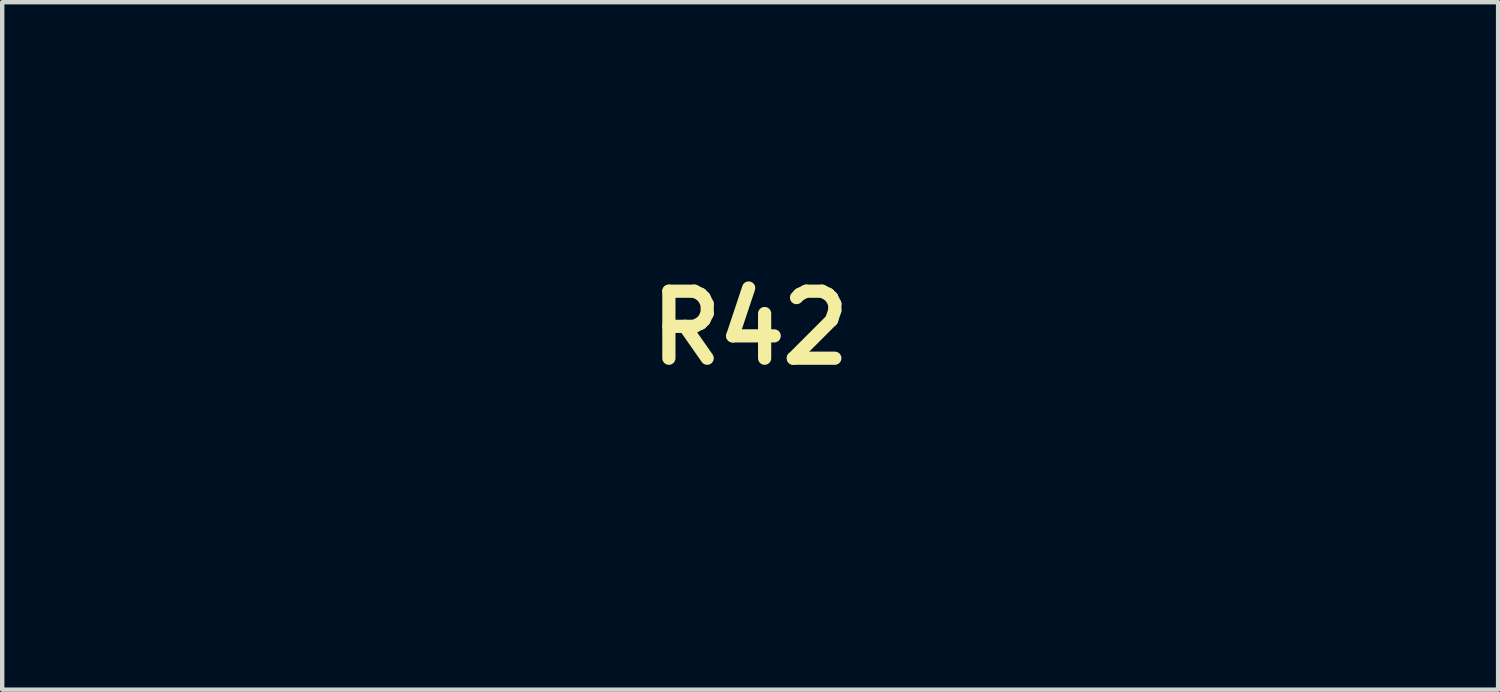
<source format=kicad_pcb>
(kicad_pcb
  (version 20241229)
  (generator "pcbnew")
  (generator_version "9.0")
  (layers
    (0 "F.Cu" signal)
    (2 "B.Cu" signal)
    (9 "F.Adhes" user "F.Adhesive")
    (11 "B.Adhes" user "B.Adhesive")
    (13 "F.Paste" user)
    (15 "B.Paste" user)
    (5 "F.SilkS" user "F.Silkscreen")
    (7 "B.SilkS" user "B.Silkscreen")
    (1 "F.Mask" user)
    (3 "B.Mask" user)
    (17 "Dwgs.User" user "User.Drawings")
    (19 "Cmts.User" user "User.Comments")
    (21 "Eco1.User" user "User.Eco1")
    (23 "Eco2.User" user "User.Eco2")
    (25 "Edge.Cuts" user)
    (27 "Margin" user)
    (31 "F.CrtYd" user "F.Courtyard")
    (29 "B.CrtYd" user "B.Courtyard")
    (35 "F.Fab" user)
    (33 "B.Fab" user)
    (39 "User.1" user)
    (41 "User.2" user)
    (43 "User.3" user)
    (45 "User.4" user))
  (footprint "R42"
    (layer "F.Cu")
    (at 14.012 4.407)
    (property "Reference" "R42" (at 0 0 0) (layer "F.SilkS") (effects (font (size 1.524 1.524) (thickness 0.3))))
    (attr through_hole)
    (fp_poly (pts (xy -13.746 5.061) (xy -13.765 5.08) (xy -13.783 5.061) (xy -13.765 5.043) (xy -13.746 5.061)) (stroke (width 0.01) (type solid)) (fill yes) (layer "F.Mask"))
    (fp_poly (pts (xy -11.169 3.754) (xy -11.187 3.773) (xy -11.206 3.754) (xy -11.187 3.735) (xy -11.169 3.754)) (stroke (width 0.01) (type solid)) (fill yes) (layer "F.Mask"))
    (fp_poly (pts (xy -10.384 1.625) (xy -10.403 1.644) (xy -10.421 1.625) (xy -10.403 1.606) (xy -10.384 1.625)) (stroke (width 0.01) (type solid)) (fill yes) (layer "F.Mask"))
    (fp_poly (pts (xy -10.384 1.7) (xy -10.403 1.718) (xy -10.421 1.7) (xy -10.403 1.681) (xy -10.384 1.7)) (stroke (width 0.01) (type solid)) (fill yes) (layer "F.Mask"))
    (fp_poly (pts (xy -10.384 1.812) (xy -10.403 1.83) (xy -10.421 1.812) (xy -10.403 1.793) (xy -10.384 1.812)) (stroke (width 0.01) (type solid)) (fill yes) (layer "F.Mask"))
    (fp_poly (pts (xy -10.347 1.475) (xy -10.365 1.494) (xy -10.384 1.475) (xy -10.365 1.457) (xy -10.347 1.475)) (stroke (width 0.01) (type solid)) (fill yes) (layer "F.Mask"))
    (fp_poly (pts (xy -10.309 1.363) (xy -10.328 1.382) (xy -10.347 1.363) (xy -10.328 1.345) (xy -10.309 1.363)) (stroke (width 0.01) (type solid)) (fill yes) (layer "F.Mask"))
    (fp_poly (pts (xy -10.272 1.289) (xy -10.291 1.307) (xy -10.309 1.289) (xy -10.291 1.27) (xy -10.272 1.289)) (stroke (width 0.01) (type solid)) (fill yes) (layer "F.Mask"))
    (fp_poly (pts (xy -10.235 1.214) (xy -10.253 1.233) (xy -10.272 1.214) (xy -10.253 1.195) (xy -10.235 1.214)) (stroke (width 0.01) (type solid)) (fill yes) (layer "F.Mask"))
    (fp_poly (pts (xy -10.197 1.139) (xy -10.216 1.158) (xy -10.235 1.139) (xy -10.216 1.121) (xy -10.197 1.139)) (stroke (width 0.01) (type solid)) (fill yes) (layer "F.Mask"))
    (fp_poly (pts (xy -10.123 1.065) (xy -10.141 1.083) (xy -10.16 1.065) (xy -10.141 1.046) (xy -10.123 1.065)) (stroke (width 0.01) (type solid)) (fill yes) (layer "F.Mask"))
    (fp_poly (pts (xy -9.973 0.915) (xy -9.992 0.934) (xy -10.011 0.915) (xy -9.992 0.896) (xy -9.973 0.915)) (stroke (width 0.01) (type solid)) (fill yes) (layer "F.Mask"))
    (fp_poly (pts (xy -9.899 0.953) (xy -9.917 0.971) (xy -9.936 0.953) (xy -9.917 0.934) (xy -9.899 0.953)) (stroke (width 0.01) (type solid)) (fill yes) (layer "F.Mask"))
    (fp_poly (pts (xy -9.488 1.102) (xy -9.506 1.121) (xy -9.525 1.102) (xy -9.506 1.083) (xy -9.488 1.102)) (stroke (width 0.01) (type solid)) (fill yes) (layer "F.Mask"))
    (fp_poly (pts (xy -9.45 1.177) (xy -9.469 1.195) (xy -9.488 1.177) (xy -9.469 1.158) (xy -9.45 1.177)) (stroke (width 0.01) (type solid)) (fill yes) (layer "F.Mask"))
    (fp_poly (pts (xy -9.226 1.737) (xy -9.245 1.756) (xy -9.264 1.737) (xy -9.245 1.718) (xy -9.226 1.737)) (stroke (width 0.01) (type solid)) (fill yes) (layer "F.Mask"))
    (fp_poly (pts (xy -8.853 1.401) (xy -8.871 1.419) (xy -8.89 1.401) (xy -8.871 1.382) (xy -8.853 1.401)) (stroke (width 0.01) (type solid)) (fill yes) (layer "F.Mask"))
    (fp_poly (pts (xy -8.815 1.326) (xy -8.834 1.345) (xy -8.853 1.326) (xy -8.834 1.307) (xy -8.815 1.326)) (stroke (width 0.01) (type solid)) (fill yes) (layer "F.Mask"))
    (fp_poly (pts (xy -7.807 1.55) (xy -7.825 1.569) (xy -7.844 1.55) (xy -7.825 1.531) (xy -7.807 1.55)) (stroke (width 0.01) (type solid)) (fill yes) (layer "F.Mask"))
    (fp_poly (pts (xy -7.359 0.878) (xy -7.377 0.896) (xy -7.396 0.878) (xy -7.377 0.859) (xy -7.359 0.878)) (stroke (width 0.01) (type solid)) (fill yes) (layer "F.Mask"))
    (fp_poly (pts (xy -7.284 -0.467) (xy -7.303 -0.448) (xy -7.321 -0.467) (xy -7.303 -0.486) (xy -7.284 -0.467)) (stroke (width 0.01) (type solid)) (fill yes) (layer "F.Mask"))
    (fp_poly (pts (xy -7.209 -0.504) (xy -7.228 -0.486) (xy -7.246 -0.504) (xy -7.228 -0.523) (xy -7.209 -0.504)) (stroke (width 0.01) (type solid)) (fill yes) (layer "F.Mask"))
    (fp_poly (pts (xy -7.134 -0.542) (xy -7.153 -0.523) (xy -7.172 -0.542) (xy -7.153 -0.56) (xy -7.134 -0.542)) (stroke (width 0.01) (type solid)) (fill yes) (layer "F.Mask"))
    (fp_poly (pts (xy -7.06 -0.579) (xy -7.078 -0.56) (xy -7.097 -0.579) (xy -7.078 -0.598) (xy -7.06 -0.579)) (stroke (width 0.01) (type solid)) (fill yes) (layer "F.Mask"))
    (fp_poly (pts (xy -6.985 -0.616) (xy -7.004 -0.598) (xy -7.022 -0.616) (xy -7.004 -0.635) (xy -6.985 -0.616)) (stroke (width 0.01) (type solid)) (fill yes) (layer "F.Mask"))
    (fp_poly (pts (xy -6.91 -0.654) (xy -6.929 -0.635) (xy -6.948 -0.654) (xy -6.929 -0.672) (xy -6.91 -0.654)) (stroke (width 0.01) (type solid)) (fill yes) (layer "F.Mask"))
    (fp_poly (pts (xy -6.724 -0.728) (xy -6.742 -0.71) (xy -6.761 -0.728) (xy -6.742 -0.747) (xy -6.724 -0.728)) (stroke (width 0.01) (type solid)) (fill yes) (layer "F.Mask"))
    (fp_poly (pts (xy -6.387 1.475) (xy -6.406 1.494) (xy -6.425 1.475) (xy -6.406 1.457) (xy -6.387 1.475)) (stroke (width 0.01) (type solid)) (fill yes) (layer "F.Mask"))
    (fp_poly (pts (xy -6.313 1.401) (xy -6.331 1.419) (xy -6.35 1.401) (xy -6.331 1.382) (xy -6.313 1.401)) (stroke (width 0.01) (type solid)) (fill yes) (layer "F.Mask"))
    (fp_poly (pts (xy -5.827 -0.99) (xy -5.846 -0.971) (xy -5.864 -0.99) (xy -5.846 -1.009) (xy -5.827 -0.99)) (stroke (width 0.01) (type solid)) (fill yes) (layer "F.Mask"))
    (fp_poly (pts (xy -5.528 -1.027) (xy -5.547 -1.009) (xy -5.566 -1.027) (xy -5.547 -1.046) (xy -5.528 -1.027)) (stroke (width 0.01) (type solid)) (fill yes) (layer "F.Mask"))
    (fp_poly (pts (xy -5.341 -0.99) (xy -5.36 -0.971) (xy -5.379 -0.99) (xy -5.36 -1.009) (xy -5.341 -0.99)) (stroke (width 0.01) (type solid)) (fill yes) (layer "F.Mask"))
    (fp_poly (pts (xy -5.267 -1.102) (xy -5.285 -1.083) (xy -5.304 -1.102) (xy -5.285 -1.121) (xy -5.267 -1.102)) (stroke (width 0.01) (type solid)) (fill yes) (layer "F.Mask"))
    (fp_poly (pts (xy -5.267 -0.99) (xy -5.285 -0.971) (xy -5.304 -0.99) (xy -5.285 -1.009) (xy -5.267 -0.99)) (stroke (width 0.01) (type solid)) (fill yes) (layer "F.Mask"))
    (fp_poly (pts (xy -5.192 -1.027) (xy -5.211 -1.009) (xy -5.229 -1.027) (xy -5.211 -1.046) (xy -5.192 -1.027)) (stroke (width 0.01) (type solid)) (fill yes) (layer "F.Mask"))
    (fp_poly (pts (xy -5.08 1.065) (xy -5.099 1.083) (xy -5.117 1.065) (xy -5.099 1.046) (xy -5.08 1.065)) (stroke (width 0.01) (type solid)) (fill yes) (layer "F.Mask"))
    (fp_poly (pts (xy -4.856 0.99) (xy -4.875 1.009) (xy -4.893 0.99) (xy -4.875 0.971) (xy -4.856 0.99)) (stroke (width 0.01) (type solid)) (fill yes) (layer "F.Mask"))
    (fp_poly (pts (xy -4.856 2.372) (xy -4.875 2.391) (xy -4.893 2.372) (xy -4.875 2.353) (xy -4.856 2.372)) (stroke (width 0.01) (type solid)) (fill yes) (layer "F.Mask"))
    (fp_poly (pts (xy -4.52 1.251) (xy -4.538 1.27) (xy -4.557 1.251) (xy -4.538 1.233) (xy -4.52 1.251)) (stroke (width 0.01) (type solid)) (fill yes) (layer "F.Mask"))
    (fp_poly (pts (xy -4.408 0.915) (xy -4.426 0.934) (xy -4.445 0.915) (xy -4.426 0.896) (xy -4.408 0.915)) (stroke (width 0.01) (type solid)) (fill yes) (layer "F.Mask"))
    (fp_poly (pts (xy -4.296 0.504) (xy -4.314 0.523) (xy -4.333 0.504) (xy -4.314 0.486) (xy -4.296 0.504)) (stroke (width 0.01) (type solid)) (fill yes) (layer "F.Mask"))
    (fp_poly (pts (xy -4.034 0.355) (xy -4.053 0.374) (xy -4.071 0.355) (xy -4.053 0.336) (xy -4.034 0.355)) (stroke (width 0.01) (type solid)) (fill yes) (layer "F.Mask"))
    (fp_poly (pts (xy -3.847 -1.438) (xy -3.866 -1.419) (xy -3.885 -1.438) (xy -3.866 -1.457) (xy -3.847 -1.438)) (stroke (width 0.01) (type solid)) (fill yes) (layer "F.Mask"))
    (fp_poly (pts (xy -3.773 -1.438) (xy -3.791 -1.419) (xy -3.81 -1.438) (xy -3.791 -1.457) (xy -3.773 -1.438)) (stroke (width 0.01) (type solid)) (fill yes) (layer "F.Mask"))
    (fp_poly (pts (xy -3.735 0.205) (xy -3.754 0.224) (xy -3.773 0.205) (xy -3.754 0.187) (xy -3.735 0.205)) (stroke (width 0.01) (type solid)) (fill yes) (layer "F.Mask"))
    (fp_poly (pts (xy -3.324 -1.55) (xy -3.343 -1.531) (xy -3.362 -1.55) (xy -3.343 -1.569) (xy -3.324 -1.55)) (stroke (width 0.01) (type solid)) (fill yes) (layer "F.Mask"))
    (fp_poly (pts (xy -3.026 -1.625) (xy -3.044 -1.606) (xy -3.063 -1.625) (xy -3.044 -1.644) (xy -3.026 -1.625)) (stroke (width 0.01) (type solid)) (fill yes) (layer "F.Mask"))
    (fp_poly (pts (xy -2.951 -1.401) (xy -2.97 -1.382) (xy -2.988 -1.401) (xy -2.97 -1.419) (xy -2.951 -1.401)) (stroke (width 0.01) (type solid)) (fill yes) (layer "F.Mask"))
    (fp_poly (pts (xy -2.615 2.932) (xy -2.633 2.951) (xy -2.652 2.932) (xy -2.633 2.914) (xy -2.615 2.932)) (stroke (width 0.01) (type solid)) (fill yes) (layer "F.Mask"))
    (fp_poly (pts (xy -2.54 3.007) (xy -2.559 3.026) (xy -2.577 3.007) (xy -2.559 2.988) (xy -2.54 3.007)) (stroke (width 0.01) (type solid)) (fill yes) (layer "F.Mask"))
    (fp_poly (pts (xy -2.465 3.082) (xy -2.484 3.1) (xy -2.503 3.082) (xy -2.484 3.063) (xy -2.465 3.082)) (stroke (width 0.01) (type solid)) (fill yes) (layer "F.Mask"))
    (fp_poly (pts (xy -2.428 -1.774) (xy -2.447 -1.756) (xy -2.465 -1.774) (xy -2.447 -1.793) (xy -2.428 -1.774)) (stroke (width 0.01) (type solid)) (fill yes) (layer "F.Mask"))
    (fp_poly (pts (xy -2.428 2.372) (xy -2.447 2.391) (xy -2.465 2.372) (xy -2.447 2.353) (xy -2.428 2.372)) (stroke (width 0.01) (type solid)) (fill yes) (layer "F.Mask"))
    (fp_poly (pts (xy -2.428 2.857) (xy -2.447 2.876) (xy -2.465 2.857) (xy -2.447 2.839) (xy -2.428 2.857)) (stroke (width 0.01) (type solid)) (fill yes) (layer "F.Mask"))
    (fp_poly (pts (xy -2.316 -1.7) (xy -2.335 -1.681) (xy -2.353 -1.7) (xy -2.335 -1.718) (xy -2.316 -1.7)) (stroke (width 0.01) (type solid)) (fill yes) (layer "F.Mask"))
    (fp_poly (pts (xy -2.316 2.185) (xy -2.335 2.204) (xy -2.353 2.185) (xy -2.335 2.166) (xy -2.316 2.185)) (stroke (width 0.01) (type solid)) (fill yes) (layer "F.Mask"))
    (fp_poly (pts (xy -2.241 3.642) (xy -2.26 3.661) (xy -2.279 3.642) (xy -2.26 3.623) (xy -2.241 3.642)) (stroke (width 0.01) (type solid)) (fill yes) (layer "F.Mask"))
    (fp_poly (pts (xy -2.204 -1.849) (xy -2.223 -1.83) (xy -2.241 -1.849) (xy -2.223 -1.868) (xy -2.204 -1.849)) (stroke (width 0.01) (type solid)) (fill yes) (layer "F.Mask"))
    (fp_poly (pts (xy -2.166 -1.737) (xy -2.185 -1.718) (xy -2.204 -1.737) (xy -2.185 -1.756) (xy -2.166 -1.737)) (stroke (width 0.01) (type solid)) (fill yes) (layer "F.Mask"))
    (fp_poly (pts (xy -2.017 1.587) (xy -2.036 1.606) (xy -2.054 1.587) (xy -2.036 1.569) (xy -2.017 1.587)) (stroke (width 0.01) (type solid)) (fill yes) (layer "F.Mask"))
    (fp_poly (pts (xy -1.868 -1.924) (xy -1.886 -1.905) (xy -1.905 -1.924) (xy -1.886 -1.942) (xy -1.868 -1.924)) (stroke (width 0.01) (type solid)) (fill yes) (layer "F.Mask"))
    (fp_poly (pts (xy -1.868 2.484) (xy -1.886 2.503) (xy -1.905 2.484) (xy -1.886 2.465) (xy -1.868 2.484)) (stroke (width 0.01) (type solid)) (fill yes) (layer "F.Mask"))
    (fp_poly (pts (xy -1.793 3.941) (xy -1.812 3.959) (xy -1.83 3.941) (xy -1.812 3.922) (xy -1.793 3.941)) (stroke (width 0.01) (type solid)) (fill yes) (layer "F.Mask"))
    (fp_poly (pts (xy -1.756 3.829) (xy -1.774 3.847) (xy -1.793 3.829) (xy -1.774 3.81) (xy -1.756 3.829)) (stroke (width 0.01) (type solid)) (fill yes) (layer "F.Mask"))
    (fp_poly (pts (xy -1.718 2.26) (xy -1.737 2.279) (xy -1.756 2.26) (xy -1.737 2.241) (xy -1.718 2.26)) (stroke (width 0.01) (type solid)) (fill yes) (layer "F.Mask"))
    (fp_poly (pts (xy -1.644 2.223) (xy -1.662 2.241) (xy -1.681 2.223) (xy -1.662 2.204) (xy -1.644 2.223)) (stroke (width 0.01) (type solid)) (fill yes) (layer "F.Mask"))
    (fp_poly (pts (xy -1.494 -3.268) (xy -1.513 -3.25) (xy -1.531 -3.268) (xy -1.513 -3.287) (xy -1.494 -3.268)) (stroke (width 0.01) (type solid)) (fill yes) (layer "F.Mask"))
    (fp_poly (pts (xy -1.382 3.493) (xy -1.401 3.511) (xy -1.419 3.493) (xy -1.401 3.474) (xy -1.382 3.493)) (stroke (width 0.01) (type solid)) (fill yes) (layer "F.Mask"))
    (fp_poly (pts (xy -1.158 -3.567) (xy -1.177 -3.549) (xy -1.195 -3.567) (xy -1.177 -3.586) (xy -1.158 -3.567)) (stroke (width 0.01) (type solid)) (fill yes) (layer "F.Mask"))
    (fp_poly (pts (xy -1.158 2.372) (xy -1.177 2.391) (xy -1.195 2.372) (xy -1.177 2.353) (xy -1.158 2.372)) (stroke (width 0.01) (type solid)) (fill yes) (layer "F.Mask"))
    (fp_poly (pts (xy -1.046 -4.053) (xy -1.065 -4.034) (xy -1.083 -4.053) (xy -1.065 -4.071) (xy -1.046 -4.053)) (stroke (width 0.01) (type solid)) (fill yes) (layer "F.Mask"))
    (fp_poly (pts (xy -0.672 -4.128) (xy -0.691 -4.109) (xy -0.71 -4.128) (xy -0.691 -4.146) (xy -0.672 -4.128)) (stroke (width 0.01) (type solid)) (fill yes) (layer "F.Mask"))
    (fp_poly (pts (xy -0.336 -1.7) (xy -0.355 -1.681) (xy -0.374 -1.7) (xy -0.355 -1.718) (xy -0.336 -1.7)) (stroke (width 0.01) (type solid)) (fill yes) (layer "F.Mask"))
    (fp_poly (pts (xy -0.261 -3.493) (xy -0.28 -3.474) (xy -0.299 -3.493) (xy -0.28 -3.511) (xy -0.261 -3.493)) (stroke (width 0.01) (type solid)) (fill yes) (layer "F.Mask"))
    (fp_poly (pts (xy -0.149 -1.587) (xy -0.168 -1.569) (xy -0.187 -1.587) (xy -0.168 -1.606) (xy -0.149 -1.587)) (stroke (width 0.01) (type solid)) (fill yes) (layer "F.Mask"))
    (fp_poly (pts (xy 0.037 -1.55) (xy 0.019 -1.531) (xy 0 -1.55) (xy 0.019 -1.569) (xy 0.037 -1.55)) (stroke (width 0.01) (type solid)) (fill yes) (layer "F.Mask"))
    (fp_poly (pts (xy 0.374 -4.277) (xy 0.355 -4.258) (xy 0.336 -4.277) (xy 0.355 -4.296) (xy 0.374 -4.277)) (stroke (width 0.01) (type solid)) (fill yes) (layer "F.Mask"))
    (fp_poly (pts (xy 0.672 -3.493) (xy 0.654 -3.474) (xy 0.635 -3.493) (xy 0.654 -3.511) (xy 0.672 -3.493)) (stroke (width 0.01) (type solid)) (fill yes) (layer "F.Mask"))
    (fp_poly (pts (xy 0.747 -4.314) (xy 0.728 -4.296) (xy 0.71 -4.314) (xy 0.728 -4.333) (xy 0.747 -4.314)) (stroke (width 0.01) (type solid)) (fill yes) (layer "F.Mask"))
    (fp_poly (pts (xy 0.896 -1.662) (xy 0.878 -1.644) (xy 0.859 -1.662) (xy 0.878 -1.681) (xy 0.896 -1.662)) (stroke (width 0.01) (type solid)) (fill yes) (layer "F.Mask"))
    (fp_poly (pts (xy 0.934 -1.587) (xy 0.915 -1.569) (xy 0.896 -1.587) (xy 0.915 -1.606) (xy 0.934 -1.587)) (stroke (width 0.01) (type solid)) (fill yes) (layer "F.Mask"))
    (fp_poly (pts (xy 0.971 -1.662) (xy 0.953 -1.644) (xy 0.934 -1.662) (xy 0.953 -1.681) (xy 0.971 -1.662)) (stroke (width 0.01) (type solid)) (fill yes) (layer "F.Mask"))
    (fp_poly (pts (xy 1.009 -1.998) (xy 0.99 -1.98) (xy 0.971 -1.998) (xy 0.99 -2.017) (xy 1.009 -1.998)) (stroke (width 0.01) (type solid)) (fill yes) (layer "F.Mask"))
    (fp_poly (pts (xy 1.009 -1.774) (xy 0.99 -1.756) (xy 0.971 -1.774) (xy 0.99 -1.793) (xy 1.009 -1.774)) (stroke (width 0.01) (type solid)) (fill yes) (layer "F.Mask"))
    (fp_poly (pts (xy 1.046 -2.11) (xy 1.027 -2.092) (xy 1.009 -2.11) (xy 1.027 -2.129) (xy 1.046 -2.11)) (stroke (width 0.01) (type solid)) (fill yes) (layer "F.Mask"))
    (fp_poly (pts (xy 1.083 -2.223) (xy 1.065 -2.204) (xy 1.046 -2.223) (xy 1.065 -2.241) (xy 1.083 -2.223)) (stroke (width 0.01) (type solid)) (fill yes) (layer "F.Mask"))
    (fp_poly (pts (xy 1.158 -2.521) (xy 1.139 -2.503) (xy 1.121 -2.521) (xy 1.139 -2.54) (xy 1.158 -2.521)) (stroke (width 0.01) (type solid)) (fill yes) (layer "F.Mask"))
    (fp_poly (pts (xy 1.494 3.866) (xy 1.475 3.885) (xy 1.457 3.866) (xy 1.475 3.847) (xy 1.494 3.866)) (stroke (width 0.01) (type solid)) (fill yes) (layer "F.Mask"))
    (fp_poly (pts (xy 2.54 3.829) (xy 2.521 3.847) (xy 2.503 3.829) (xy 2.521 3.81) (xy 2.54 3.829)) (stroke (width 0.01) (type solid)) (fill yes) (layer "F.Mask"))
    (fp_poly (pts (xy 3.026 -4.314) (xy 3.007 -4.296) (xy 2.988 -4.314) (xy 3.007 -4.333) (xy 3.026 -4.314)) (stroke (width 0.01) (type solid)) (fill yes) (layer "F.Mask"))
    (fp_poly (pts (xy 3.362 -4.277) (xy 3.343 -4.258) (xy 3.324 -4.277) (xy 3.343 -4.296) (xy 3.362 -4.277)) (stroke (width 0.01) (type solid)) (fill yes) (layer "F.Mask"))
    (fp_poly (pts (xy 4.333 -4.128) (xy 4.314 -4.109) (xy 4.296 -4.128) (xy 4.314 -4.146) (xy 4.333 -4.128)) (stroke (width 0.01) (type solid)) (fill yes) (layer "F.Mask"))
    (fp_poly (pts (xy 4.706 -4.053) (xy 4.688 -4.034) (xy 4.669 -4.053) (xy 4.688 -4.071) (xy 4.706 -4.053)) (stroke (width 0.01) (type solid)) (fill yes) (layer "F.Mask"))
    (fp_poly (pts (xy 4.781 -4.053) (xy 4.763 -4.034) (xy 4.744 -4.053) (xy 4.763 -4.071) (xy 4.781 -4.053)) (stroke (width 0.01) (type solid)) (fill yes) (layer "F.Mask"))
    (fp_poly (pts (xy 4.931 -0.392) (xy 4.912 -0.374) (xy 4.893 -0.392) (xy 4.912 -0.411) (xy 4.931 -0.392)) (stroke (width 0.01) (type solid)) (fill yes) (layer "F.Mask"))
    (fp_poly (pts (xy 5.08 -3.978) (xy 5.061 -3.959) (xy 5.043 -3.978) (xy 5.061 -3.997) (xy 5.08 -3.978)) (stroke (width 0.01) (type solid)) (fill yes) (layer "F.Mask"))
    (fp_poly (pts (xy 5.192 -1.065) (xy 5.173 -1.046) (xy 5.155 -1.065) (xy 5.173 -1.083) (xy 5.192 -1.065)) (stroke (width 0.01) (type solid)) (fill yes) (layer "F.Mask"))
    (fp_poly (pts (xy 5.229 -3.941) (xy 5.211 -3.922) (xy 5.192 -3.941) (xy 5.211 -3.959) (xy 5.229 -3.941)) (stroke (width 0.01) (type solid)) (fill yes) (layer "F.Mask"))
    (fp_poly (pts (xy 5.491 -3.866) (xy 5.472 -3.847) (xy 5.454 -3.866) (xy 5.472 -3.885) (xy 5.491 -3.866)) (stroke (width 0.01) (type solid)) (fill yes) (layer "F.Mask"))
    (fp_poly (pts (xy 5.603 -3.829) (xy 5.584 -3.81) (xy 5.566 -3.829) (xy 5.584 -3.847) (xy 5.603 -3.829)) (stroke (width 0.01) (type solid)) (fill yes) (layer "F.Mask"))
    (fp_poly (pts (xy 5.715 -3.791) (xy 5.696 -3.773) (xy 5.678 -3.791) (xy 5.696 -3.81) (xy 5.715 -3.791)) (stroke (width 0.01) (type solid)) (fill yes) (layer "F.Mask"))
    (fp_poly (pts (xy 5.827 -3.754) (xy 5.808 -3.735) (xy 5.79 -3.754) (xy 5.808 -3.773) (xy 5.827 -3.754)) (stroke (width 0.01) (type solid)) (fill yes) (layer "F.Mask"))
    (fp_poly (pts (xy 6.014 -3.679) (xy 5.995 -3.661) (xy 5.976 -3.679) (xy 5.995 -3.698) (xy 6.014 -3.679)) (stroke (width 0.01) (type solid)) (fill yes) (layer "F.Mask"))
    (fp_poly (pts (xy 6.313 -3.567) (xy 6.294 -3.549) (xy 6.275 -3.567) (xy 6.294 -3.586) (xy 6.313 -3.567)) (stroke (width 0.01) (type solid)) (fill yes) (layer "F.Mask"))
    (fp_poly (pts (xy 6.649 -0.355) (xy 6.63 -0.336) (xy 6.611 -0.355) (xy 6.63 -0.374) (xy 6.649 -0.355)) (stroke (width 0.01) (type solid)) (fill yes) (layer "F.Mask"))
    (fp_poly (pts (xy 8.629 1.662) (xy 8.61 1.681) (xy 8.591 1.662) (xy 8.61 1.644) (xy 8.629 1.662)) (stroke (width 0.01) (type solid)) (fill yes) (layer "F.Mask"))
    (fp_poly (pts (xy 8.629 2.783) (xy 8.61 2.801) (xy 8.591 2.783) (xy 8.61 2.764) (xy 8.629 2.783)) (stroke (width 0.01) (type solid)) (fill yes) (layer "F.Mask"))
    (fp_poly (pts (xy 8.703 1.513) (xy 8.685 1.531) (xy 8.666 1.513) (xy 8.685 1.494) (xy 8.703 1.513)) (stroke (width 0.01) (type solid)) (fill yes) (layer "F.Mask"))
    (fp_poly (pts (xy 8.703 2.857) (xy 8.685 2.876) (xy 8.666 2.857) (xy 8.685 2.839) (xy 8.703 2.857)) (stroke (width 0.01) (type solid)) (fill yes) (layer "F.Mask"))
    (fp_poly (pts (xy 8.853 3.343) (xy 8.834 3.362) (xy 8.815 3.343) (xy 8.834 3.324) (xy 8.853 3.343)) (stroke (width 0.01) (type solid)) (fill yes) (layer "F.Mask"))
    (fp_poly (pts (xy 9.114 3.306) (xy 9.095 3.324) (xy 9.077 3.306) (xy 9.095 3.287) (xy 9.114 3.306)) (stroke (width 0.01) (type solid)) (fill yes) (layer "F.Mask"))
    (fp_poly (pts (xy 9.189 1.587) (xy 9.17 1.606) (xy 9.151 1.587) (xy 9.17 1.569) (xy 9.189 1.587)) (stroke (width 0.01) (type solid)) (fill yes) (layer "F.Mask"))
    (fp_poly (pts (xy 9.189 1.998) (xy 9.17 2.017) (xy 9.151 1.998) (xy 9.17 1.98) (xy 9.189 1.998)) (stroke (width 0.01) (type solid)) (fill yes) (layer "F.Mask"))
    (fp_poly (pts (xy 9.264 2.185) (xy 9.245 2.204) (xy 9.226 2.185) (xy 9.245 2.166) (xy 9.264 2.185)) (stroke (width 0.01) (type solid)) (fill yes) (layer "F.Mask"))
    (fp_poly (pts (xy 9.338 1.7) (xy 9.32 1.718) (xy 9.301 1.7) (xy 9.32 1.681) (xy 9.338 1.7)) (stroke (width 0.01) (type solid)) (fill yes) (layer "F.Mask"))
    (fp_poly (pts (xy 9.338 1.849) (xy 9.32 1.868) (xy 9.301 1.849) (xy 9.32 1.83) (xy 9.338 1.849)) (stroke (width 0.01) (type solid)) (fill yes) (layer "F.Mask"))
    (fp_poly (pts (xy 9.338 2.11) (xy 9.32 2.129) (xy 9.301 2.11) (xy 9.32 2.092) (xy 9.338 2.11)) (stroke (width 0.01) (type solid)) (fill yes) (layer "F.Mask"))
    (fp_poly (pts (xy 9.376 0.205) (xy 9.357 0.224) (xy 9.338 0.205) (xy 9.357 0.187) (xy 9.376 0.205)) (stroke (width 0.01) (type solid)) (fill yes) (layer "F.Mask"))
    (fp_poly (pts (xy 9.376 1.625) (xy 9.357 1.644) (xy 9.338 1.625) (xy 9.357 1.606) (xy 9.376 1.625)) (stroke (width 0.01) (type solid)) (fill yes) (layer "F.Mask"))
    (fp_poly (pts (xy 9.6 0.243) (xy 9.581 0.261) (xy 9.562 0.243) (xy 9.581 0.224) (xy 9.6 0.243)) (stroke (width 0.01) (type solid)) (fill yes) (layer "F.Mask"))
    (fp_poly (pts (xy 9.749 3.717) (xy 9.73 3.735) (xy 9.712 3.717) (xy 9.73 3.698) (xy 9.749 3.717)) (stroke (width 0.01) (type solid)) (fill yes) (layer "F.Mask"))
    (fp_poly (pts (xy 10.571 1.214) (xy 10.552 1.233) (xy 10.534 1.214) (xy 10.552 1.195) (xy 10.571 1.214)) (stroke (width 0.01) (type solid)) (fill yes) (layer "F.Mask"))
    (fp_poly (pts (xy 10.646 1.289) (xy 10.627 1.307) (xy 10.608 1.289) (xy 10.627 1.27) (xy 10.646 1.289)) (stroke (width 0.01) (type solid)) (fill yes) (layer "F.Mask"))
    (fp_poly (pts (xy -5.727 -0.884) (xy -5.733 -0.862) (xy -5.752 -0.859) (xy -5.783 -0.873) (xy -5.777 -0.884) (xy -5.733 -0.888) (xy -5.727 -0.884)) (stroke (width 0.01) (type solid)) (fill yes) (layer "F.Mask"))
    (fp_poly (pts (xy -5.615 -0.921) (xy -5.621 -0.899) (xy -5.64 -0.896) (xy -5.671 -0.91) (xy -5.665 -0.921) (xy -5.621 -0.926) (xy -5.615 -0.921)) (stroke (width 0.01) (type solid)) (fill yes) (layer "F.Mask"))
    (fp_poly (pts (xy -5.578 2.045) (xy -5.573 2.122) (xy -5.578 2.138) (xy -5.592 2.143) (xy -5.597 2.092) (xy -5.591 2.039) (xy -5.578 2.045)) (stroke (width 0.01) (type solid)) (fill yes) (layer "F.Mask"))
    (fp_poly (pts (xy -5.466 -0.959) (xy -5.471 -0.937) (xy -5.491 -0.934) (xy -5.522 -0.947) (xy -5.516 -0.959) (xy -5.471 -0.963) (xy -5.466 -0.959)) (stroke (width 0.01) (type solid)) (fill yes) (layer "F.Mask"))
    (fp_poly (pts (xy -5.352 -1.068) (xy -5.363 -1.051) (xy -5.401 -1.049) (xy -5.44 -1.058) (xy -5.423 -1.071) (xy -5.365 -1.076) (xy -5.352 -1.068)) (stroke (width 0.01) (type solid)) (fill yes) (layer "F.Mask"))
    (fp_poly (pts (xy -5.205 2.403) (xy -5.21 2.425) (xy -5.229 2.428) (xy -5.26 2.414) (xy -5.254 2.403) (xy -5.21 2.399) (xy -5.205 2.403)) (stroke (width 0.01) (type solid)) (fill yes) (layer "F.Mask"))
    (fp_poly (pts (xy -5.018 -1.145) (xy -5.023 -1.123) (xy -5.043 -1.121) (xy -5.073 -1.134) (xy -5.068 -1.145) (xy -5.023 -1.15) (xy -5.018 -1.145)) (stroke (width 0.01) (type solid)) (fill yes) (layer "F.Mask"))
    (fp_poly (pts (xy -4.98 1.021) (xy -4.986 1.043) (xy -5.005 1.046) (xy -5.036 1.032) (xy -5.03 1.021) (xy -4.986 1.017) (xy -4.98 1.021)) (stroke (width 0.01) (type solid)) (fill yes) (layer "F.Mask"))
    (fp_poly (pts (xy -4.943 2.403) (xy -4.948 2.425) (xy -4.968 2.428) (xy -4.999 2.414) (xy -4.993 2.403) (xy -4.949 2.399) (xy -4.943 2.403)) (stroke (width 0.01) (type solid)) (fill yes) (layer "F.Mask"))
    (fp_poly (pts (xy -4.866 -1.181) (xy -4.877 -1.164) (xy -4.915 -1.161) (xy -4.955 -1.17) (xy -4.938 -1.183) (xy -4.879 -1.188) (xy -4.866 -1.181)) (stroke (width 0.01) (type solid)) (fill yes) (layer "F.Mask"))
    (fp_poly (pts (xy -4.697 -1.22) (xy -4.692 -1.206) (xy -4.744 -1.201) (xy -4.797 -1.207) (xy -4.791 -1.22) (xy -4.714 -1.225) (xy -4.697 -1.22)) (stroke (width 0.01) (type solid)) (fill yes) (layer "F.Mask"))
    (fp_poly (pts (xy -3.614 -1.482) (xy -3.609 -1.468) (xy -3.661 -1.463) (xy -3.714 -1.469) (xy -3.707 -1.482) (xy -3.631 -1.486) (xy -3.614 -1.482)) (stroke (width 0.01) (type solid)) (fill yes) (layer "F.Mask"))
    (fp_poly (pts (xy -3.15 -1.594) (xy -3.155 -1.572) (xy -3.175 -1.569) (xy -3.206 -1.582) (xy -3.2 -1.594) (xy -3.156 -1.598) (xy -3.15 -1.594)) (stroke (width 0.01) (type solid)) (fill yes) (layer "F.Mask"))
    (fp_poly (pts (xy -2.774 -1.405) (xy -2.785 -1.388) (xy -2.823 -1.385) (xy -2.863 -1.394) (xy -2.846 -1.408) (xy -2.787 -1.412) (xy -2.774 -1.405)) (stroke (width 0.01) (type solid)) (fill yes) (layer "F.Mask"))
    (fp_poly (pts (xy -2.515 -1.743) (xy -2.52 -1.721) (xy -2.54 -1.718) (xy -2.571 -1.732) (xy -2.565 -1.743) (xy -2.521 -1.748) (xy -2.515 -1.743)) (stroke (width 0.01) (type solid)) (fill yes) (layer "F.Mask"))
    (fp_poly (pts (xy -2.403 -1.706) (xy -2.408 -1.684) (xy -2.428 -1.681) (xy -2.459 -1.695) (xy -2.453 -1.706) (xy -2.409 -1.71) (xy -2.403 -1.706)) (stroke (width 0.01) (type solid)) (fill yes) (layer "F.Mask"))
    (fp_poly (pts (xy -1.97 -0.025) (xy -1.966 -0.011) (xy -2.017 -0.006) (xy -2.07 -0.012) (xy -2.064 -0.025) (xy -1.987 -0.03) (xy -1.97 -0.025)) (stroke (width 0.01) (type solid)) (fill yes) (layer "F.Mask"))
    (fp_poly (pts (xy -1.746 -0.062) (xy -1.742 -0.048) (xy -1.793 -0.043) (xy -1.846 -0.049) (xy -1.84 -0.062) (xy -1.763 -0.067) (xy -1.746 -0.062)) (stroke (width 0.01) (type solid)) (fill yes) (layer "F.Mask"))
    (fp_poly (pts (xy -1.544 1.656) (xy -1.539 1.7) (xy -1.544 1.706) (xy -1.566 1.701) (xy -1.569 1.681) (xy -1.555 1.65) (xy -1.544 1.656)) (stroke (width 0.01) (type solid)) (fill yes) (layer "F.Mask"))
    (fp_poly (pts (xy -1.504 0.314) (xy -1.515 0.331) (xy -1.553 0.333) (xy -1.593 0.324) (xy -1.576 0.311) (xy -1.517 0.306) (xy -1.504 0.314)) (stroke (width 0.01) (type solid)) (fill yes) (layer "F.Mask"))
    (fp_poly (pts (xy -1.282 -4.022) (xy -1.288 -3.999) (xy -1.307 -3.997) (xy -1.338 -4.01) (xy -1.332 -4.022) (xy -1.288 -4.026) (xy -1.282 -4.022)) (stroke (width 0.01) (type solid)) (fill yes) (layer "F.Mask"))
    (fp_poly (pts (xy -1.133 -4.059) (xy -1.138 -4.037) (xy -1.158 -4.034) (xy -1.189 -4.048) (xy -1.183 -4.059) (xy -1.139 -4.063) (xy -1.133 -4.059)) (stroke (width 0.01) (type solid)) (fill yes) (layer "F.Mask"))
    (fp_poly (pts (xy -0.946 -4.096) (xy -0.951 -4.074) (xy -0.971 -4.071) (xy -1.002 -4.085) (xy -0.996 -4.096) (xy -0.952 -4.101) (xy -0.946 -4.096)) (stroke (width 0.01) (type solid)) (fill yes) (layer "F.Mask"))
    (fp_poly (pts (xy -0.76 -4.134) (xy -0.765 -4.112) (xy -0.784 -4.109) (xy -0.815 -4.122) (xy -0.809 -4.134) (xy -0.765 -4.138) (xy -0.76 -4.134)) (stroke (width 0.01) (type solid)) (fill yes) (layer "F.Mask"))
    (fp_poly (pts (xy -0.608 -1.666) (xy -0.619 -1.649) (xy -0.657 -1.646) (xy -0.697 -1.656) (xy -0.679 -1.669) (xy -0.621 -1.673) (xy -0.608 -1.666)) (stroke (width 0.01) (type solid)) (fill yes) (layer "F.Mask"))
    (fp_poly (pts (xy -0.533 -4.169) (xy -0.544 -4.152) (xy -0.582 -4.149) (xy -0.622 -4.158) (xy -0.605 -4.172) (xy -0.546 -4.176) (xy -0.533 -4.169)) (stroke (width 0.01) (type solid)) (fill yes) (layer "F.Mask"))
    (fp_poly (pts (xy -0.386 -3.573) (xy -0.391 -3.551) (xy -0.411 -3.549) (xy -0.442 -3.562) (xy -0.436 -3.573) (xy -0.391 -3.578) (xy -0.386 -3.573)) (stroke (width 0.01) (type solid)) (fill yes) (layer "F.Mask"))
    (fp_poly (pts (xy -0.309 -4.206) (xy -0.32 -4.189) (xy -0.358 -4.186) (xy -0.398 -4.196) (xy -0.381 -4.209) (xy -0.322 -4.213) (xy -0.309 -4.206)) (stroke (width 0.01) (type solid)) (fill yes) (layer "F.Mask"))
    (fp_poly (pts (xy -0.047 -4.243) (xy -0.059 -4.226) (xy -0.096 -4.224) (xy -0.136 -4.233) (xy -0.119 -4.246) (xy -0.061 -4.251) (xy -0.047 -4.243)) (stroke (width 0.01) (type solid)) (fill yes) (layer "F.Mask"))
    (fp_poly (pts (xy 0.251 -4.281) (xy 0.24 -4.264) (xy 0.202 -4.261) (xy 0.162 -4.27) (xy 0.18 -4.284) (xy 0.238 -4.288) (xy 0.251 -4.281)) (stroke (width 0.01) (type solid)) (fill yes) (layer "F.Mask"))
    (fp_poly (pts (xy 0.251 -0.359) (xy 0.24 -0.342) (xy 0.202 -0.339) (xy 0.162 -0.348) (xy 0.18 -0.362) (xy 0.238 -0.366) (xy 0.251 -0.359)) (stroke (width 0.01) (type solid)) (fill yes) (layer "F.Mask"))
    (fp_poly (pts (xy 0.361 -0.361) (xy 0.356 -0.339) (xy 0.336 -0.336) (xy 0.305 -0.35) (xy 0.311 -0.361) (xy 0.356 -0.366) (xy 0.361 -0.361)) (stroke (width 0.01) (type solid)) (fill yes) (layer "F.Mask"))
    (fp_poly (pts (xy 0.644 -4.32) (xy 0.649 -4.307) (xy 0.598 -4.301) (xy 0.545 -4.307) (xy 0.551 -4.32) (xy 0.627 -4.325) (xy 0.644 -4.32)) (stroke (width 0.01) (type solid)) (fill yes) (layer "F.Mask"))
    (fp_poly (pts (xy 0.959 -1.893) (xy 0.963 -1.848) (xy 0.959 -1.843) (xy 0.937 -1.848) (xy 0.934 -1.868) (xy 0.947 -1.898) (xy 0.959 -1.893)) (stroke (width 0.01) (type solid)) (fill yes) (layer "F.Mask"))
    (fp_poly (pts (xy 1.108 -2.415) (xy 1.113 -2.371) (xy 1.108 -2.366) (xy 1.086 -2.371) (xy 1.083 -2.391) (xy 1.097 -2.421) (xy 1.108 -2.415)) (stroke (width 0.01) (type solid)) (fill yes) (layer "F.Mask"))
    (fp_poly (pts (xy 1.183 -2.696) (xy 1.188 -2.638) (xy 1.181 -2.625) (xy 1.164 -2.636) (xy 1.161 -2.674) (xy 1.17 -2.714) (xy 1.183 -2.696)) (stroke (width 0.01) (type solid)) (fill yes) (layer "F.Mask"))
    (fp_poly (pts (xy 1.221 -2.958) (xy 1.225 -2.9) (xy 1.218 -2.886) (xy 1.201 -2.897) (xy 1.198 -2.935) (xy 1.207 -2.975) (xy 1.221 -2.958)) (stroke (width 0.01) (type solid)) (fill yes) (layer "F.Mask"))
    (fp_poly (pts (xy 1.444 -4.395) (xy 1.449 -4.351) (xy 1.444 -4.345) (xy 1.422 -4.351) (xy 1.419 -4.37) (xy 1.433 -4.401) (xy 1.444 -4.395)) (stroke (width 0.01) (type solid)) (fill yes) (layer "F.Mask"))
    (fp_poly (pts (xy 2.064 -4.395) (xy 2.068 -4.381) (xy 2.017 -4.376) (xy 1.964 -4.382) (xy 1.97 -4.395) (xy 2.047 -4.4) (xy 2.064 -4.395)) (stroke (width 0.01) (type solid)) (fill yes) (layer "F.Mask"))
    (fp_poly (pts (xy 2.341 -4.395) (xy 2.336 -4.373) (xy 2.316 -4.37) (xy 2.285 -4.384) (xy 2.291 -4.395) (xy 2.335 -4.4) (xy 2.341 -4.395)) (stroke (width 0.01) (type solid)) (fill yes) (layer "F.Mask"))
    (fp_poly (pts (xy 2.53 -4.356) (xy 2.519 -4.339) (xy 2.481 -4.336) (xy 2.441 -4.345) (xy 2.458 -4.358) (xy 2.517 -4.363) (xy 2.53 -4.356)) (stroke (width 0.01) (type solid)) (fill yes) (layer "F.Mask"))
    (fp_poly (pts (xy 3.202 -4.318) (xy 3.191 -4.301) (xy 3.153 -4.299) (xy 3.113 -4.308) (xy 3.131 -4.321) (xy 3.189 -4.326) (xy 3.202 -4.318)) (stroke (width 0.01) (type solid)) (fill yes) (layer "F.Mask"))
    (fp_poly (pts (xy 3.538 -4.281) (xy 3.527 -4.264) (xy 3.489 -4.261) (xy 3.45 -4.27) (xy 3.467 -4.284) (xy 3.525 -4.288) (xy 3.538 -4.281)) (stroke (width 0.01) (type solid)) (fill yes) (layer "F.Mask"))
    (fp_poly (pts (xy 3.8 -4.243) (xy 3.789 -4.226) (xy 3.751 -4.224) (xy 3.711 -4.233) (xy 3.728 -4.246) (xy 3.787 -4.251) (xy 3.8 -4.243)) (stroke (width 0.01) (type solid)) (fill yes) (layer "F.Mask"))
    (fp_poly (pts (xy 4.246 -4.171) (xy 4.241 -4.149) (xy 4.221 -4.146) (xy 4.19 -4.16) (xy 4.196 -4.171) (xy 4.24 -4.176) (xy 4.246 -4.171)) (stroke (width 0.01) (type solid)) (fill yes) (layer "F.Mask"))
    (fp_poly (pts (xy 4.433 -4.134) (xy 4.427 -4.112) (xy 4.408 -4.109) (xy 4.377 -4.122) (xy 4.383 -4.134) (xy 4.427 -4.138) (xy 4.433 -4.134)) (stroke (width 0.01) (type solid)) (fill yes) (layer "F.Mask"))
    (fp_poly (pts (xy 4.619 -4.096) (xy 4.614 -4.074) (xy 4.594 -4.071) (xy 4.564 -4.085) (xy 4.57 -4.096) (xy 4.614 -4.101) (xy 4.619 -4.096)) (stroke (width 0.01) (type solid)) (fill yes) (layer "F.Mask"))
    (fp_poly (pts (xy 4.955 -4.022) (xy 4.95 -3.999) (xy 4.931 -3.997) (xy 4.9 -4.01) (xy 4.906 -4.022) (xy 4.95 -4.026) (xy 4.955 -4.022)) (stroke (width 0.01) (type solid)) (fill yes) (layer "F.Mask"))
    (fp_poly (pts (xy 5.366 -3.91) (xy 5.361 -3.887) (xy 5.341 -3.885) (xy 5.311 -3.898) (xy 5.317 -3.91) (xy 5.361 -3.914) (xy 5.366 -3.91)) (stroke (width 0.01) (type solid)) (fill yes) (layer "F.Mask"))
    (fp_poly (pts (xy 5.927 -3.723) (xy 5.922 -3.701) (xy 5.902 -3.698) (xy 5.871 -3.712) (xy 5.877 -3.723) (xy 5.921 -3.727) (xy 5.927 -3.723)) (stroke (width 0.01) (type solid)) (fill yes) (layer "F.Mask"))
    (fp_poly (pts (xy 8.056 -0.137) (xy 8.051 -0.115) (xy 8.031 -0.112) (xy 8 -0.126) (xy 8.006 -0.137) (xy 8.05 -0.141) (xy 8.056 -0.137)) (stroke (width 0.01) (type solid)) (fill yes) (layer "F.Mask"))
    (fp_poly (pts (xy 8.579 1.731) (xy 8.583 1.775) (xy 8.579 1.78) (xy 8.557 1.775) (xy 8.554 1.756) (xy 8.567 1.725) (xy 8.579 1.731)) (stroke (width 0.01) (type solid)) (fill yes) (layer "F.Mask"))
    (fp_poly (pts (xy 9.401 2.159) (xy 9.406 2.218) (xy 9.398 2.231) (xy 9.381 2.22) (xy 9.379 2.182) (xy 9.388 2.142) (xy 9.401 2.159)) (stroke (width 0.01) (type solid)) (fill yes) (layer "F.Mask"))
    (fp_poly (pts (xy 9.737 3.113) (xy 9.741 3.157) (xy 9.737 3.163) (xy 9.714 3.157) (xy 9.712 3.138) (xy 9.725 3.107) (xy 9.737 3.113)) (stroke (width 0.01) (type solid)) (fill yes) (layer "F.Mask"))
    (fp_poly (pts (xy -9.157 0.949) (xy -9.117 0.984) (xy -9.114 0.992) (xy -9.132 1.007) (xy -9.169 0.973) (xy -9.174 0.965) (xy -9.178 0.94) (xy -9.157 0.949)) (stroke (width 0.01) (type solid)) (fill yes) (layer "F.Mask"))
    (fp_poly (pts (xy -5.136 -1.12) (xy -5.176 -1.089) (xy -5.219 -1.084) (xy -5.229 -1.098) (xy -5.2 -1.122) (xy -5.171 -1.135) (xy -5.133 -1.137) (xy -5.136 -1.12)) (stroke (width 0.01) (type solid)) (fill yes) (layer "F.Mask"))
    (fp_poly (pts (xy -5.077 2.411) (xy -5.044 2.447) (xy -5.082 2.465) (xy -5.101 2.465) (xy -5.139 2.447) (xy -5.136 2.427) (xy -5.091 2.406) (xy -5.077 2.411)) (stroke (width 0.01) (type solid)) (fill yes) (layer "F.Mask"))
    (fp_poly (pts (xy -3.212 -1.542) (xy -3.148 -1.517) (xy -3.148 -1.499) (xy -3.191 -1.494) (xy -3.254 -1.515) (xy -3.266 -1.528) (xy -3.254 -1.547) (xy -3.212 -1.542)) (stroke (width 0.01) (type solid)) (fill yes) (layer "F.Mask"))
    (fp_poly (pts (xy -2.162 3.463) (xy -2.16 3.465) (xy -2.134 3.53) (xy -2.137 3.554) (xy -2.156 3.562) (xy -2.177 3.514) (xy -2.185 3.457) (xy -2.162 3.463)) (stroke (width 0.01) (type solid)) (fill yes) (layer "F.Mask"))
    (fp_poly (pts (xy -1.513 2.304) (xy -1.529 2.349) (xy -1.559 2.374) (xy -1.581 2.339) (xy -1.583 2.278) (xy -1.57 2.26) (xy -1.527 2.26) (xy -1.513 2.304)) (stroke (width 0.01) (type solid)) (fill yes) (layer "F.Mask"))
    (fp_poly (pts (xy -1.028 -3.609) (xy -0.963 -3.589) (xy -0.971 -3.568) (xy -1.031 -3.557) (xy -1.093 -3.562) (xy -1.104 -3.583) (xy -1.053 -3.609) (xy -1.028 -3.609)) (stroke (width 0.01) (type solid)) (fill yes) (layer "F.Mask"))
    (fp_poly (pts (xy -0.876 3.387) (xy -0.882 3.416) (xy -0.912 3.468) (xy -0.932 3.46) (xy -0.934 3.439) (xy -0.907 3.388) (xy -0.897 3.381) (xy -0.876 3.387)) (stroke (width 0.01) (type solid)) (fill yes) (layer "F.Mask"))
    (fp_poly (pts (xy 6.143 -3.637) (xy 6.195 -3.607) (xy 6.186 -3.588) (xy 6.165 -3.586) (xy 6.115 -3.613) (xy 6.107 -3.623) (xy 6.113 -3.644) (xy 6.143 -3.637)) (stroke (width 0.01) (type solid)) (fill yes) (layer "F.Mask"))
    (fp_poly (pts (xy 7.028 -3.224) (xy 7.06 -3.194) (xy 7.093 -3.146) (xy 7.071 -3.149) (xy 7.006 -3.195) (xy 6.965 -3.235) (xy 6.973 -3.25) (xy 7.028 -3.224)) (stroke (width 0.01) (type solid)) (fill yes) (layer "F.Mask"))
    (fp_poly (pts (xy 9.131 3.388) (xy 9.127 3.42) (xy 9.091 3.466) (xy 9.052 3.47) (xy 9.039 3.44) (xy 9.069 3.399) (xy 9.094 3.386) (xy 9.131 3.388)) (stroke (width 0.01) (type solid)) (fill yes) (layer "F.Mask"))
    (fp_poly (pts (xy 9.3 3.053) (xy 9.314 3.08) (xy 9.323 3.133) (xy 9.298 3.122) (xy 9.281 3.098) (xy 9.269 3.049) (xy 9.274 3.04) (xy 9.3 3.053)) (stroke (width 0.01) (type solid)) (fill yes) (layer "F.Mask"))
    (fp_poly (pts (xy 9.482 0.165) (xy 9.522 0.202) (xy 9.514 0.224) (xy 9.509 0.224) (xy 9.477 0.198) (xy 9.465 0.181) (xy 9.461 0.155) (xy 9.482 0.165)) (stroke (width 0.01) (type solid)) (fill yes) (layer "F.Mask"))
    (fp_poly (pts (xy -9.985 0.995) (xy -9.992 1.009) (xy -10.027 1.044) (xy -10.034 1.046) (xy -10.036 1.022) (xy -10.029 1.009) (xy -9.994 0.973) (xy -9.988 0.971) (xy -9.985 0.995)) (stroke (width 0.01) (type solid)) (fill yes) (layer "F.Mask"))
    (fp_poly (pts (xy -7.37 -0.424) (xy -7.377 -0.411) (xy -7.412 -0.375) (xy -7.419 -0.374) (xy -7.422 -0.398) (xy -7.415 -0.411) (xy -7.379 -0.447) (xy -7.373 -0.448) (xy -7.37 -0.424)) (stroke (width 0.01) (type solid)) (fill yes) (layer "F.Mask"))
    (fp_poly (pts (xy -6.474 1.551) (xy -6.495 1.578) (xy -6.549 1.636) (xy -6.574 1.636) (xy -6.574 1.629) (xy -6.549 1.598) (xy -6.509 1.564) (xy -6.465 1.532) (xy -6.474 1.551)) (stroke (width 0.01) (type solid)) (fill yes) (layer "F.Mask"))
    (fp_poly (pts (xy -4.856 3.139) (xy -4.886 3.171) (xy -4.912 3.175) (xy -4.962 3.167) (xy -4.968 3.16) (xy -4.939 3.136) (xy -4.912 3.124) (xy -4.864 3.123) (xy -4.856 3.139)) (stroke (width 0.01) (type solid)) (fill yes) (layer "F.Mask"))
    (fp_poly (pts (xy -3.437 -1.512) (xy -3.418 -1.494) (xy -3.403 -1.465) (xy -3.425 -1.466) (xy -3.493 -1.494) (xy -3.539 -1.519) (xy -3.518 -1.528) (xy -3.504 -1.529) (xy -3.437 -1.512)) (stroke (width 0.01) (type solid)) (fill yes) (layer "F.Mask"))
    (fp_poly (pts (xy -2.661 -1.482) (xy -2.652 -1.472) (xy -2.706 -1.467) (xy -2.745 -1.466) (xy -2.818 -1.47) (xy -2.829 -1.478) (xy -2.81 -1.483) (xy -2.713 -1.489) (xy -2.661 -1.482)) (stroke (width 0.01) (type solid)) (fill yes) (layer "F.Mask"))
    (fp_poly (pts (xy -1.952 -1.927) (xy -1.961 -1.905) (xy -2.013 -1.876) (xy -2.066 -1.87) (xy -2.123 -1.875) (xy -2.108 -1.889) (xy -2.073 -1.905) (xy -1.982 -1.937) (xy -1.952 -1.927)) (stroke (width 0.01) (type solid)) (fill yes) (layer "F.Mask"))
    (fp_poly (pts (xy -1.91 2.318) (xy -1.944 2.393) (xy -1.993 2.453) (xy -2.037 2.459) (xy -2.054 2.411) (xy -2.025 2.351) (xy -1.98 2.316) (xy -1.92 2.293) (xy -1.91 2.318)) (stroke (width 0.01) (type solid)) (fill yes) (layer "F.Mask"))
    (fp_poly (pts (xy -1.736 3.299) (xy -1.709 3.32) (xy -1.651 3.374) (xy -1.651 3.399) (xy -1.658 3.399) (xy -1.689 3.374) (xy -1.723 3.334) (xy -1.755 3.29) (xy -1.736 3.299)) (stroke (width 0.01) (type solid)) (fill yes) (layer "F.Mask"))
    (fp_poly (pts (xy -1.672 -1.745) (xy -1.654 -1.735) (xy -1.701 -1.729) (xy -1.756 -1.728) (xy -1.836 -1.731) (xy -1.859 -1.739) (xy -1.84 -1.745) (xy -1.731 -1.751) (xy -1.672 -1.745)) (stroke (width 0.01) (type solid)) (fill yes) (layer "F.Mask"))
    (fp_poly (pts (xy -1.345 2.633) (xy -1.309 2.667) (xy -1.307 2.673) (xy -1.336 2.689) (xy -1.345 2.689) (xy -1.381 2.661) (xy -1.382 2.65) (xy -1.359 2.628) (xy -1.345 2.633)) (stroke (width 0.01) (type solid)) (fill yes) (layer "F.Mask"))
    (fp_poly (pts (xy -0.831 -0.287) (xy -0.819 -0.276) (xy -0.871 -0.27) (xy -0.896 -0.27) (xy -0.964 -0.274) (xy -0.972 -0.284) (xy -0.962 -0.287) (xy -0.867 -0.293) (xy -0.831 -0.287)) (stroke (width 0.01) (type solid)) (fill yes) (layer "F.Mask"))
    (fp_poly (pts (xy -0.56 2.484) (xy -0.525 2.518) (xy -0.523 2.524) (xy -0.552 2.54) (xy -0.56 2.54) (xy -0.596 2.511) (xy -0.598 2.5) (xy -0.575 2.478) (xy -0.56 2.484)) (stroke (width 0.01) (type solid)) (fill yes) (layer "F.Mask"))
    (fp_poly (pts (xy -0.345 -0.324) (xy -0.336 -0.314) (xy -0.39 -0.309) (xy -0.43 -0.308) (xy -0.502 -0.312) (xy -0.513 -0.32) (xy -0.494 -0.325) (xy -0.397 -0.331) (xy -0.345 -0.324)) (stroke (width 0.01) (type solid)) (fill yes) (layer "F.Mask"))
    (fp_poly (pts (xy 1.074 -4.359) (xy 1.086 -4.348) (xy 1.034 -4.342) (xy 1.009 -4.342) (xy 0.941 -4.346) (xy 0.933 -4.355) (xy 0.943 -4.359) (xy 1.038 -4.364) (xy 1.074 -4.359)) (stroke (width 0.01) (type solid)) (fill yes) (layer "F.Mask"))
    (fp_poly (pts (xy 1.231 -3.148) (xy 1.233 -3.138) (xy 1.22 -3.101) (xy 1.216 -3.1) (xy 1.184 -3.126) (xy 1.177 -3.138) (xy 1.18 -3.172) (xy 1.193 -3.175) (xy 1.231 -3.148)) (stroke (width 0.01) (type solid)) (fill yes) (layer "F.Mask"))
    (fp_poly (pts (xy 1.858 -4.396) (xy 1.87 -4.385) (xy 1.818 -4.379) (xy 1.793 -4.379) (xy 1.725 -4.383) (xy 1.717 -4.393) (xy 1.728 -4.396) (xy 1.822 -4.402) (xy 1.858 -4.396)) (stroke (width 0.01) (type solid)) (fill yes) (layer "F.Mask"))
    (fp_poly (pts (xy 2.829 -4.359) (xy 2.841 -4.348) (xy 2.789 -4.342) (xy 2.764 -4.342) (xy 2.696 -4.346) (xy 2.688 -4.355) (xy 2.699 -4.359) (xy 2.793 -4.364) (xy 2.829 -4.359)) (stroke (width 0.01) (type solid)) (fill yes) (layer "F.Mask"))
    (fp_poly (pts (xy 6.425 -3.508) (xy 6.512 -3.464) (xy 6.536 -3.441) (xy 6.513 -3.436) (xy 6.458 -3.458) (xy 6.404 -3.495) (xy 6.358 -3.533) (xy 6.37 -3.533) (xy 6.425 -3.508)) (stroke (width 0.01) (type solid)) (fill yes) (layer "F.Mask"))
    (fp_poly (pts (xy 8.96 3.204) (xy 8.963 3.267) (xy 8.945 3.326) (xy 8.931 3.341) (xy 8.908 3.325) (xy 8.903 3.268) (xy 8.917 3.198) (xy 8.937 3.175) (xy 8.96 3.204)) (stroke (width 0.01) (type solid)) (fill yes) (layer "F.Mask"))
    (fp_poly (pts (xy 9.147 2.168) (xy 9.113 2.244) (xy 9.064 2.303) (xy 9.02 2.312) (xy 9.002 2.269) (xy 9.031 2.214) (xy 9.077 2.175) (xy 9.136 2.146) (xy 9.147 2.168)) (stroke (width 0.01) (type solid)) (fill yes) (layer "F.Mask"))
    (fp_poly (pts (xy 9.561 2.492) (xy 9.562 2.503) (xy 9.55 2.539) (xy 9.546 2.54) (xy 9.514 2.514) (xy 9.506 2.503) (xy 9.509 2.468) (xy 9.523 2.465) (xy 9.561 2.492)) (stroke (width 0.01) (type solid)) (fill yes) (layer "F.Mask"))
    (fp_poly (pts (xy -4.489 2.213) (xy -4.512 2.242) (xy -4.536 2.261) (xy -4.609 2.306) (xy -4.651 2.312) (xy -4.647 2.28) (xy -4.632 2.26) (xy -4.563 2.213) (xy -4.524 2.205) (xy -4.489 2.213)) (stroke (width 0.01) (type solid)) (fill yes) (layer "F.Mask"))
    (fp_poly (pts (xy -0.611 3.332) (xy -0.535 3.357) (xy -0.529 3.404) (xy -0.594 3.476) (xy -0.624 3.501) (xy -0.732 3.584) (xy -0.716 3.452) (xy -0.699 3.364) (xy -0.664 3.331) (xy -0.611 3.332)) (stroke (width 0.01) (type solid)) (fill yes) (layer "F.Mask"))
    (fp_poly (pts (xy 4.098 -4.205) (xy 4.128 -4.184) (xy 4.142 -4.151) (xy 4.139 -4.15) (xy 4.099 -4.163) (xy 4.034 -4.184) (xy 3.972 -4.205) (xy 3.979 -4.214) (xy 4.023 -4.217) (xy 4.098 -4.205)) (stroke (width 0.01) (type solid)) (fill yes) (layer "F.Mask"))
    (fp_poly (pts (xy 8.979 2.026) (xy 9.011 2.082) (xy 8.985 2.139) (xy 8.938 2.179) (xy 8.896 2.158) (xy 8.857 2.093) (xy 8.853 2.068) (xy 8.878 2.007) (xy 8.937 1.999) (xy 8.979 2.026)) (stroke (width 0.01) (type solid)) (fill yes) (layer "F.Mask"))
    (fp_poly (pts (xy 10.146 3.078) (xy 10.185 3.101) (xy 10.173 3.138) (xy 10.141 3.176) (xy 10.071 3.239) (xy 10.027 3.236) (xy 9.999 3.173) (xy 10.007 3.099) (xy 10.067 3.066) (xy 10.146 3.078)) (stroke (width 0.01) (type solid)) (fill yes) (layer "F.Mask"))
    (fp_poly (pts (xy -1.603 1.729) (xy -1.594 1.818) (xy -1.598 1.869) (xy -1.623 1.968) (xy -1.654 1.996) (xy -1.686 1.95) (xy -1.702 1.885) (xy -1.709 1.768) (xy -1.684 1.706) (xy -1.635 1.687) (xy -1.603 1.729)) (stroke (width 0.01) (type solid)) (fill yes) (layer "F.Mask"))
    (fp_poly (pts (xy -1.485 -1.932) (xy -1.457 -1.925) (xy -1.495 -1.919) (xy -1.591 -1.917) (xy -1.606 -1.917) (xy -1.709 -1.919) (xy -1.754 -1.924) (xy -1.735 -1.931) (xy -1.728 -1.932) (xy -1.597 -1.938) (xy -1.485 -1.932)) (stroke (width 0.01) (type solid)) (fill yes) (layer "F.Mask"))
    (fp_poly (pts (xy -4.304 2.295) (xy -4.31 2.334) (xy -4.357 2.394) (xy -4.423 2.455) (xy -4.489 2.495) (xy -4.517 2.502) (xy -4.535 2.482) (xy -4.49 2.424) (xy -4.451 2.387) (xy -4.372 2.323) (xy -4.317 2.294) (xy -4.304 2.295)) (stroke (width 0.01) (type solid)) (fill yes) (layer "F.Mask"))
    (fp_poly (pts (xy 9.187 3.614) (xy 9.217 3.658) (xy 9.195 3.729) (xy 9.14 3.795) (xy 9.046 3.867) (xy 8.989 3.876) (xy 8.966 3.822) (xy 8.965 3.801) (xy 8.987 3.691) (xy 9.059 3.629) (xy 9.107 3.614) (xy 9.187 3.614)) (stroke (width 0.01) (type solid)) (fill yes) (layer "F.Mask"))
    (fp_poly (pts (xy 10.05 1.563) (xy 10.079 1.638) (xy 10.091 1.722) (xy 10.079 1.784) (xy 10.074 1.789) (xy 10.004 1.829) (xy 9.95 1.797) (xy 9.925 1.728) (xy 9.926 1.628) (xy 9.963 1.554) (xy 10.012 1.531) (xy 10.05 1.563)) (stroke (width 0.01) (type solid)) (fill yes) (layer "F.Mask"))
    (fp_poly (pts (xy -9.746 2.179) (xy -9.822 2.222) (xy -9.943 2.267) (xy -10.043 2.276) (xy -10.102 2.245) (xy -10.091 2.225) (xy -10.054 2.229) (xy -9.975 2.227) (xy -9.87 2.199) (xy -9.848 2.19) (xy -9.75 2.154) (xy -9.715 2.151) (xy -9.746 2.179)) (stroke (width 0.01) (type solid)) (fill yes) (layer "F.Mask"))
    (fp_poly (pts (xy -7.471 -0.364) (xy -7.497 -0.335) (xy -7.564 -0.281) (xy -7.583 -0.267) (xy -7.654 -0.222) (xy -7.693 -0.211) (xy -7.695 -0.215) (xy -7.666 -0.252) (xy -7.595 -0.304) (xy -7.583 -0.312) (xy -7.509 -0.352) (xy -7.472 -0.365) (xy -7.471 -0.364)) (stroke (width 0.01) (type solid)) (fill yes) (layer "F.Mask"))
    (fp_poly (pts (xy -2.36 -1.878) (xy -2.341 -1.851) (xy -2.325 -1.804) (xy -2.326 -1.798) (xy -2.365 -1.807) (xy -2.45 -1.824) (xy -2.484 -1.83) (xy -2.557 -1.847) (xy -2.57 -1.859) (xy -2.552 -1.862) (xy -2.46 -1.876) (xy -2.417 -1.888) (xy -2.36 -1.878)) (stroke (width 0.01) (type solid)) (fill yes) (layer "F.Mask"))
    (fp_poly (pts (xy 0.232 -3.513) (xy 0.239 -3.505) (xy 0.194 -3.487) (xy 0.099 -3.476) (xy 0.029 -3.474) (xy -0.075 -3.476) (xy -0.138 -3.483) (xy -0.146 -3.488) (xy -0.101 -3.503) (xy -0.016 -3.514) (xy 0.085 -3.52) (xy 0.175 -3.52) (xy 0.232 -3.513)) (stroke (width 0.01) (type solid)) (fill yes) (layer "F.Mask"))
    (fp_poly (pts (xy 0.56 -3.468) (xy 0.56 -3.467) (xy 0.528 -3.446) (xy 0.45 -3.436) (xy 0.448 -3.436) (xy 0.369 -3.441) (xy 0.336 -3.451) (xy 0.336 -3.451) (xy 0.369 -3.466) (xy 0.446 -3.482) (xy 0.448 -3.482) (xy 0.526 -3.484) (xy 0.56 -3.468)) (stroke (width 0.01) (type solid)) (fill yes) (layer "F.Mask"))
    (fp_poly (pts (xy -9.677 0.921) (xy -9.595 0.97) (xy -9.541 1.021) (xy -9.531 1.044) (xy -9.532 1.045) (xy -9.573 1.019) (xy -9.581 1.009) (xy -9.63 0.974) (xy -9.717 0.94) (xy -9.723 0.938) (xy -9.791 0.914) (xy -9.788 0.902) (xy -9.763 0.9) (xy -9.677 0.921)) (stroke (width 0.01) (type solid)) (fill yes) (layer "F.Mask"))
    (fp_poly (pts (xy -4.714 1.035) (xy -4.638 1.096) (xy -4.632 1.102) (xy -4.579 1.164) (xy -4.563 1.194) (xy -4.565 1.195) (xy -4.602 1.17) (xy -4.635 1.135) (xy -4.713 1.07) (xy -4.761 1.044) (xy -4.805 1.02) (xy -4.779 1.011) (xy -4.778 1.011) (xy -4.714 1.035)) (stroke (width 0.01) (type solid)) (fill yes) (layer "F.Mask"))
    (fp_poly (pts (xy -4.306 1.657) (xy -4.255 1.683) (xy -4.231 1.708) (xy -4.249 1.718) (xy -4.29 1.748) (xy -4.296 1.774) (xy -4.318 1.826) (xy -4.37 1.816) (xy -4.383 1.805) (xy -4.407 1.748) (xy -4.4 1.682) (xy -4.368 1.645) (xy -4.361 1.644) (xy -4.306 1.657)) (stroke (width 0.01) (type solid)) (fill yes) (layer "F.Mask"))
    (fp_poly (pts (xy -0.694 1.588) (xy -0.691 1.591) (xy -0.624 1.705) (xy -0.611 1.792) (xy -0.64 1.834) (xy -0.714 1.864) (xy -0.765 1.835) (xy -0.806 1.739) (xy -0.807 1.737) (xy -0.829 1.64) (xy -0.816 1.584) (xy -0.796 1.563) (xy -0.745 1.544) (xy -0.694 1.588)) (stroke (width 0.01) (type solid)) (fill yes) (layer "F.Mask"))
    (fp_poly (pts (xy 10.185 1.972) (xy 10.187 1.98) (xy 10.191 2.049) (xy 10.183 2.147) (xy 10.167 2.253) (xy 10.148 2.344) (xy 10.128 2.401) (xy 10.114 2.406) (xy 10.086 2.312) (xy 10.083 2.186) (xy 10.104 2.065) (xy 10.124 2.017) (xy 10.164 1.96) (xy 10.185 1.972)) (stroke (width 0.01) (type solid)) (fill yes) (layer "F.Mask"))
    (fp_poly (pts (xy -9.089 1.261) (xy -9.089 1.263) (xy -9.081 1.35) (xy -9.101 1.468) (xy -9.142 1.58) (xy -9.17 1.628) (xy -9.202 1.665) (xy -9.204 1.651) (xy -9.177 1.577) (xy -9.17 1.561) (xy -9.132 1.441) (xy -9.112 1.331) (xy -9.111 1.318) (xy -9.104 1.259) (xy -9.089 1.261)) (stroke (width 0.01) (type solid)) (fill yes) (layer "F.Mask"))
    (fp_poly (pts (xy -2.057 2.1) (xy -2.011 2.137) (xy -2.005 2.174) (xy -2.04 2.235) (xy -2.065 2.271) (xy -2.124 2.347) (xy -2.166 2.388) (xy -2.172 2.39) (xy -2.191 2.358) (xy -2.209 2.277) (xy -2.211 2.258) (xy -2.207 2.14) (xy -2.167 2.078) (xy -2.097 2.078) (xy -2.057 2.1)) (stroke (width 0.01) (type solid)) (fill yes) (layer "F.Mask"))
    (fp_poly (pts (xy -2.04 3.975) (xy -1.934 3.993) (xy -1.877 3.996) (xy -1.808 4.01) (xy -1.798 4.05) (xy -1.851 4.122) (xy -1.967 4.226) (xy -1.992 4.247) (xy -2.054 4.272) (xy -2.107 4.246) (xy -2.148 4.189) (xy -2.147 4.095) (xy -2.143 4.078) (xy -2.119 3.994) (xy -2.08 3.969) (xy -2.04 3.975)) (stroke (width 0.01) (type solid)) (fill yes) (layer "F.Mask"))
    (fp_poly (pts (xy -0.512 2.013) (xy -0.485 2.086) (xy -0.471 2.138) (xy -0.465 2.219) (xy -0.489 2.241) (xy -0.512 2.257) (xy -0.487 2.296) (xy -0.462 2.366) (xy -0.495 2.417) (xy -0.541 2.428) (xy -0.58 2.394) (xy -0.611 2.304) (xy -0.616 2.28) (xy -0.621 2.143) (xy -0.586 2.053) (xy -0.543 2.005) (xy -0.512 2.013)) (stroke (width 0.01) (type solid)) (fill yes) (layer "F.Mask"))
    (fp_poly (pts (xy 8.646 3.231) (xy 8.689 3.293) (xy 8.702 3.322) (xy 8.758 3.423) (xy 8.818 3.495) (xy 8.865 3.561) (xy 8.855 3.61) (xy 8.811 3.623) (xy 8.789 3.601) (xy 8.794 3.59) (xy 8.786 3.543) (xy 8.756 3.509) (xy 8.705 3.449) (xy 8.648 3.361) (xy 8.604 3.277) (xy 8.591 3.233) (xy 8.608 3.207) (xy 8.646 3.231)) (stroke (width 0.01) (type solid)) (fill yes) (layer "F.Mask"))
    (fp_poly (pts (xy 9.839 1.799) (xy 9.904 1.864) (xy 9.955 1.901) (xy 10.001 1.933) (xy 9.983 1.933) (xy 9.961 1.927) (xy 9.91 1.926) (xy 9.899 1.98) (xy 9.9 1.989) (xy 9.902 2.113) (xy 9.885 2.167) (xy 9.855 2.15) (xy 9.819 2.062) (xy 9.799 1.989) (xy 9.777 1.862) (xy 9.778 1.785) (xy 9.803 1.766) (xy 9.839 1.799)) (stroke (width 0.01) (type solid)) (fill yes) (layer "F.Mask"))
    (fp_poly (pts (xy -2.521 3.503) (xy -2.484 3.554) (xy -2.48 3.568) (xy -2.44 3.649) (xy -2.367 3.74) (xy -2.35 3.757) (xy -2.265 3.855) (xy -2.246 3.926) (xy -2.294 3.971) (xy -2.3 3.974) (xy -2.39 3.994) (xy -2.459 3.966) (xy -2.528 3.881) (xy -2.553 3.838) (xy -2.632 3.692) (xy -2.669 3.596) (xy -2.666 3.539) (xy -2.623 3.509) (xy -2.597 3.502) (xy -2.521 3.503)) (stroke (width 0.01) (type solid)) (fill yes) (layer "F.Mask"))
    (fp_poly (pts (xy -1.885 3.398) (xy -1.88 3.471) (xy -1.882 3.508) (xy -1.882 3.605) (xy -1.868 3.663) (xy -1.86 3.669) (xy -1.843 3.708) (xy -1.851 3.745) (xy -1.886 3.789) (xy -1.909 3.789) (xy -1.94 3.796) (xy -1.942 3.808) (xy -1.973 3.843) (xy -1.998 3.847) (xy -2.048 3.821) (xy -2.054 3.798) (xy -2.042 3.726) (xy -2.011 3.622) (xy -1.971 3.511) (xy -1.931 3.421) (xy -1.902 3.379) (xy -1.885 3.398)) (stroke (width 0.01) (type solid)) (fill yes) (layer "F.Mask"))
    (fp_poly (pts (xy -0.944 1.786) (xy -0.906 1.843) (xy -0.837 1.917) (xy -0.828 1.926) (xy -0.774 1.984) (xy -0.765 2.015) (xy -0.771 2.017) (xy -0.806 2.049) (xy -0.834 2.127) (xy -0.835 2.129) (xy -0.864 2.209) (xy -0.901 2.24) (xy -0.929 2.217) (xy -0.935 2.176) (xy -0.949 2.1) (xy -0.979 1.993) (xy -0.99 1.962) (xy -1.02 1.85) (xy -1.012 1.786) (xy -1.002 1.775) (xy -0.96 1.761) (xy -0.944 1.786)) (stroke (width 0.01) (type solid)) (fill yes) (layer "F.Mask"))
    (fp_poly (pts (xy 9.504 3.615) (xy 9.507 3.626) (xy 9.503 3.71) (xy 9.463 3.754) (xy 9.421 3.791) (xy 9.438 3.813) (xy 9.497 3.83) (xy 9.575 3.867) (xy 9.598 3.915) (xy 9.563 3.951) (xy 9.509 3.959) (xy 9.423 3.931) (xy 9.394 3.884) (xy 9.362 3.833) (xy 9.336 3.83) (xy 9.305 3.83) (xy 9.309 3.777) (xy 9.346 3.683) (xy 9.358 3.659) (xy 9.417 3.571) (xy 9.465 3.556) (xy 9.504 3.615)) (stroke (width 0.01) (type solid)) (fill yes) (layer "F.Mask"))
    (fp_poly (pts (xy 9.669 1.146) (xy 9.747 1.194) (xy 9.863 1.293) (xy 9.91 1.376) (xy 9.887 1.439) (xy 9.861 1.457) (xy 9.81 1.501) (xy 9.806 1.533) (xy 9.798 1.552) (xy 9.769 1.546) (xy 9.728 1.544) (xy 9.733 1.58) (xy 9.731 1.641) (xy 9.715 1.66) (xy 9.68 1.647) (xy 9.652 1.585) (xy 9.65 1.49) (xy 9.679 1.454) (xy 9.706 1.422) (xy 9.697 1.367) (xy 9.659 1.29) (xy 9.613 1.186) (xy 9.617 1.138) (xy 9.669 1.146)) (stroke (width 0.01) (type solid)) (fill yes) (layer "F.Mask"))
    (fp_poly (pts (xy 9.235 1.114) (xy 9.251 1.169) (xy 9.229 1.228) (xy 9.185 1.256) (xy 9.176 1.255) (xy 9.153 1.255) (xy 9.161 1.261) (xy 9.183 1.306) (xy 9.189 1.363) (xy 9.165 1.436) (xy 9.084 1.486) (xy 9.071 1.49) (xy 8.971 1.522) (xy 8.913 1.526) (xy 8.873 1.498) (xy 8.852 1.474) (xy 8.828 1.425) (xy 8.852 1.37) (xy 8.891 1.325) (xy 8.959 1.262) (xy 9.007 1.233) (xy 9.01 1.233) (xy 9.058 1.209) (xy 9.123 1.158) (xy 9.189 1.114) (xy 9.235 1.114)) (stroke (width 0.01) (type solid)) (fill yes) (layer "F.Mask"))
    (fp_poly (pts (xy 9.347 2.372) (xy 9.371 2.43) (xy 9.387 2.576) (xy 9.337 2.706) (xy 9.287 2.761) (xy 9.237 2.79) (xy 9.211 2.759) (xy 9.208 2.75) (xy 9.207 2.745) (xy 9.226 2.745) (xy 9.245 2.764) (xy 9.264 2.745) (xy 9.245 2.727) (xy 9.226 2.745) (xy 9.207 2.745) (xy 9.18 2.661) (xy 9.171 2.633) (xy 9.183 2.587) (xy 9.227 2.577) (xy 9.287 2.561) (xy 9.301 2.54) (xy 9.273 2.511) (xy 9.256 2.512) (xy 9.211 2.497) (xy 9.2 2.445) (xy 9.224 2.386) (xy 9.258 2.356) (xy 9.312 2.339) (xy 9.347 2.372)) (stroke (width 0.01) (type solid)) (fill yes) (layer "F.Mask"))
    (fp_poly (pts (xy 9.52 1.089) (xy 9.554 1.12) (xy 9.562 1.199) (xy 9.562 1.223) (xy 9.554 1.362) (xy 9.532 1.463) (xy 9.502 1.511) (xy 9.483 1.51) (xy 9.461 1.502) (xy 9.454 1.523) (xy 9.462 1.589) (xy 9.484 1.71) (xy 9.497 1.811) (xy 9.493 1.876) (xy 9.487 1.887) (xy 9.467 1.863) (xy 9.447 1.784) (xy 9.434 1.702) (xy 9.407 1.568) (xy 9.369 1.491) (xy 9.353 1.479) (xy 9.318 1.441) (xy 9.304 1.352) (xy 9.306 1.27) (xy 9.313 1.16) (xy 9.331 1.105) (xy 9.374 1.085) (xy 9.438 1.083) (xy 9.52 1.089)) (stroke (width 0.01) (type solid)) (fill yes) (layer "F.Mask"))
    (fp_poly (pts (xy -1.6 2.5) (xy -1.581 2.524) (xy -1.539 2.635) (xy -1.539 2.771) (xy -1.581 2.892) (xy -1.588 2.903) (xy -1.643 2.958) (xy -1.719 2.975) (xy -1.839 2.959) (xy -1.84 2.959) (xy -1.885 2.932) (xy -1.884 2.91) (xy -1.839 2.893) (xy -1.824 2.899) (xy -1.808 2.893) (xy -1.828 2.843) (xy -1.85 2.788) (xy -1.824 2.767) (xy -1.757 2.764) (xy -1.678 2.752) (xy -1.644 2.724) (xy -1.644 2.723) (xy -1.67 2.696) (xy -1.694 2.701) (xy -1.766 2.702) (xy -1.812 2.66) (xy -1.812 2.611) (xy -1.766 2.55) (xy -1.711 2.507) (xy -1.645 2.477) (xy -1.6 2.5)) (stroke (width 0.01) (type solid)) (fill yes) (layer "F.Mask"))
    (fp_poly (pts (xy 9.93 2.49) (xy 9.936 2.505) (xy 9.965 2.537) (xy 9.983 2.537) (xy 10.128 2.546) (xy 10.211 2.588) (xy 10.25 2.624) (xy 10.248 2.664) (xy 10.202 2.732) (xy 10.19 2.746) (xy 10.104 2.856) (xy 10.085 2.727) (xy 10.052 2.622) (xy 10.001 2.584) (xy 9.961 2.589) (xy 9.941 2.633) (xy 9.936 2.734) (xy 9.936 2.743) (xy 9.928 2.851) (xy 9.905 2.908) (xy 9.894 2.914) (xy 9.868 2.882) (xy 9.87 2.82) (xy 9.875 2.751) (xy 9.862 2.727) (xy 9.839 2.696) (xy 9.836 2.626) (xy 9.849 2.548) (xy 9.876 2.494) (xy 9.886 2.487) (xy 9.93 2.49)) (stroke (width 0.01) (type solid)) (fill yes) (layer "F.Mask"))
    (fp_poly (pts (xy 0.137 -1.946) (xy -0.074 -1.928) (xy -0.218 -1.905) (xy -0.29 -1.879) (xy -0.296 -1.872) (xy -0.353 -1.838) (xy -0.415 -1.834) (xy -0.52 -1.825) (xy -0.586 -1.8) (xy -0.656 -1.768) (xy -0.701 -1.757) (xy -0.705 -1.769) (xy -0.677 -1.789) (xy -0.645 -1.819) (xy -0.677 -1.839) (xy -0.714 -1.866) (xy -0.691 -1.886) (xy -0.448 -1.886) (xy -0.43 -1.868) (xy -0.411 -1.886) (xy -0.43 -1.905) (xy -0.448 -1.886) (xy -0.691 -1.886) (xy -0.684 -1.893) (xy -0.594 -1.915) (xy -0.459 -1.931) (xy -0.325 -1.939) (xy -0.146 -1.948) (xy 0.049 -1.956) (xy 0.149 -1.96) (xy 0.542 -1.972) (xy 0.137 -1.946)) (stroke (width 0.01) (type solid)) (fill yes) (layer "F.Mask"))
    (fp_poly (pts (xy -1.487 3.877) (xy -1.443 3.95) (xy -1.435 3.966) (xy -1.397 4.048) (xy -1.398 4.094) (xy -1.438 4.135) (xy -1.443 4.139) (xy -1.49 4.178) (xy -1.475 4.183) (xy -1.435 4.175) (xy -1.349 4.188) (xy -1.313 4.225) (xy -1.274 4.312) (xy -1.295 4.357) (xy -1.379 4.37) (xy -1.463 4.356) (xy -1.499 4.303) (xy -1.502 4.286) (xy -1.515 4.236) (xy -1.547 4.218) (xy -1.619 4.229) (xy -1.694 4.249) (xy -1.732 4.256) (xy -1.739 4.234) (xy -1.711 4.169) (xy -1.683 4.112) (xy -1.624 4.014) (xy -1.568 3.948) (xy -1.549 3.935) (xy -1.512 3.9) (xy -1.515 3.881) (xy -1.521 3.849) (xy -1.516 3.847) (xy -1.487 3.877)) (stroke (width 0.01) (type solid)) (fill yes) (layer "F.Mask"))
    (fp_poly (pts (xy 0.841 -3.437) (xy 0.835 -3.406) (xy 0.883 -3.407) (xy 0.913 -3.414) (xy 0.982 -3.424) (xy 0.991 -3.403) (xy 0.987 -3.394) (xy 0.983 -3.364) (xy 1.018 -3.372) (xy 1.076 -3.368) (xy 1.135 -3.33) (xy 1.172 -3.279) (xy 1.165 -3.236) (xy 1.159 -3.232) (xy 1.129 -3.234) (xy 1.129 -3.251) (xy 1.109 -3.298) (xy 1.083 -3.309) (xy 0.949 -3.343) (xy 1.046 -3.343) (xy 1.065 -3.324) (xy 1.083 -3.343) (xy 1.065 -3.362) (xy 1.046 -3.343) (xy 0.949 -3.343) (xy 0.905 -3.354) (xy 0.771 -3.391) (xy 0.69 -3.418) (xy 0.671 -3.432) (xy 0.679 -3.433) (xy 0.769 -3.45) (xy 0.806 -3.461) (xy 0.851 -3.469) (xy 0.841 -3.437)) (stroke (width 0.01) (type solid)) (fill yes) (layer "F.Mask"))
    (fp_poly (pts (xy -4.126 1.59) (xy -4.135 1.7) (xy -4.157 1.874) (xy -4.197 2.008) (xy -4.268 2.131) (xy -4.383 2.268) (xy -4.405 2.292) (xy -4.602 2.472) (xy -4.8 2.585) (xy -5.014 2.639) (xy -5.039 2.641) (xy -5.17 2.648) (xy -5.259 2.633) (xy -5.333 2.592) (xy -5.355 2.575) (xy -5.446 2.479) (xy -5.514 2.368) (xy -5.514 2.367) (xy -5.553 2.265) (xy -5.562 2.218) (xy -5.544 2.231) (xy -5.5 2.31) (xy -5.498 2.313) (xy -5.393 2.459) (xy -5.26 2.544) (xy -5.105 2.573) (xy -4.939 2.549) (xy -4.768 2.479) (xy -4.601 2.365) (xy -4.447 2.212) (xy -4.313 2.024) (xy -4.208 1.807) (xy -4.146 1.596) (xy -4.131 1.53) (xy -4.124 1.526) (xy -4.126 1.59)) (stroke (width 0.01) (type solid)) (fill yes) (layer "F.Mask"))
    (fp_poly (pts (xy -2.517 2.148) (xy -2.438 2.269) (xy -2.375 2.375) (xy -2.34 2.442) (xy -2.34 2.443) (xy -2.345 2.526) (xy -2.402 2.608) (xy -2.492 2.669) (xy -2.584 2.689) (xy -2.666 2.706) (xy -2.689 2.741) (xy -2.72 2.799) (xy -2.745 2.815) (xy -2.778 2.814) (xy -2.795 2.771) (xy -2.799 2.669) (xy -2.798 2.642) (xy -2.787 2.5) (xy -2.762 2.328) (xy -2.755 2.296) (xy -2.611 2.296) (xy -2.607 2.382) (xy -2.574 2.438) (xy -2.568 2.441) (xy -2.481 2.461) (xy -2.413 2.453) (xy -2.391 2.426) (xy -2.411 2.373) (xy -2.462 2.292) (xy -2.472 2.277) (xy -2.534 2.208) (xy -2.574 2.202) (xy -2.584 2.213) (xy -2.611 2.296) (xy -2.755 2.296) (xy -2.732 2.185) (xy -2.669 1.924) (xy -2.517 2.148)) (stroke (width 0.01) (type solid)) (fill yes) (layer "F.Mask"))
    (fp_poly (pts (xy 9.684 3.016) (xy 9.697 3.031) (xy 9.701 3.057) (xy 9.68 3.048) (xy 9.649 3.056) (xy 9.637 3.133) (xy 9.637 3.154) (xy 9.646 3.241) (xy 9.669 3.286) (xy 9.674 3.287) (xy 9.711 3.259) (xy 9.712 3.25) (xy 9.729 3.213) (xy 9.765 3.227) (xy 9.796 3.283) (xy 9.797 3.287) (xy 9.803 3.347) (xy 9.791 3.362) (xy 9.757 3.391) (xy 9.707 3.461) (xy 9.701 3.471) (xy 9.662 3.551) (xy 9.67 3.591) (xy 9.684 3.598) (xy 9.698 3.615) (xy 9.666 3.62) (xy 9.606 3.589) (xy 9.578 3.529) (xy 9.576 3.435) (xy 9.599 3.382) (xy 9.623 3.315) (xy 9.615 3.282) (xy 9.587 3.204) (xy 9.578 3.11) (xy 9.587 3.029) (xy 9.614 2.989) (xy 9.62 2.988) (xy 9.684 3.016)) (stroke (width 0.01) (type solid)) (fill yes) (layer "F.Mask"))
    (fp_poly (pts (xy -0.716 2.688) (xy -0.556 2.734) (xy -0.463 2.781) (xy -0.428 2.836) (xy -0.445 2.907) (xy -0.449 2.916) (xy -0.505 3.003) (xy -0.548 3.055) (xy -0.578 3.075) (xy -0.593 3.045) (xy -0.598 2.954) (xy -0.598 2.939) (xy -0.605 2.829) (xy -0.631 2.773) (xy -0.668 2.754) (xy -0.709 2.753) (xy -0.734 2.787) (xy -0.753 2.87) (xy -0.763 2.954) (xy -0.787 3.095) (xy -0.817 3.18) (xy -0.85 3.202) (xy -0.883 3.156) (xy -0.886 3.078) (xy -0.865 3.005) (xy -0.842 2.938) (xy -0.863 2.915) (xy -0.888 2.913) (xy -0.929 2.906) (xy -0.902 2.88) (xy -0.873 2.832) (xy -0.876 2.768) (xy -0.903 2.719) (xy -0.945 2.713) (xy -0.946 2.713) (xy -0.971 2.722) (xy -0.946 2.69) (xy -0.903 2.665) (xy -0.83 2.665) (xy -0.716 2.688)) (stroke (width 0.01) (type solid)) (fill yes) (layer "F.Mask"))
    (fp_poly (pts (xy 8.777 1.502) (xy 8.816 1.535) (xy 8.885 1.607) (xy 8.969 1.701) (xy 9.05 1.797) (xy 9.115 1.879) (xy 9.149 1.929) (xy 9.15 1.934) (xy 9.129 1.928) (xy 9.079 1.877) (xy 9.071 1.868) (xy 9.005 1.807) (xy 8.953 1.786) (xy 8.95 1.787) (xy 8.929 1.782) (xy 8.936 1.771) (xy 8.939 1.726) (xy 8.903 1.673) (xy 8.851 1.644) (xy 8.846 1.644) (xy 8.826 1.676) (xy 8.825 1.754) (xy 8.826 1.765) (xy 8.852 1.853) (xy 8.893 1.874) (xy 8.913 1.885) (xy 8.874 1.939) (xy 8.874 1.94) (xy 8.812 2.002) (xy 8.785 2.007) (xy 8.778 1.955) (xy 8.778 1.942) (xy 8.756 1.882) (xy 8.724 1.868) (xy 8.662 1.846) (xy 8.649 1.833) (xy 8.648 1.782) (xy 8.67 1.698) (xy 8.705 1.607) (xy 8.743 1.532) (xy 8.773 1.501) (xy 8.777 1.502)) (stroke (width 0.01) (type solid)) (fill yes) (layer "F.Mask"))
    (fp_poly (pts (xy -1.207 3.268) (xy -1.153 3.313) (xy -1.126 3.354) (xy -1.149 3.348) (xy -1.181 3.35) (xy -1.194 3.414) (xy -1.195 3.453) (xy -1.183 3.55) (xy -1.151 3.585) (xy -1.106 3.551) (xy -1.093 3.53) (xy -1.068 3.511) (xy -1.042 3.556) (xy -1.022 3.622) (xy -1.003 3.709) (xy -1.004 3.752) (xy -1.01 3.753) (xy -1.048 3.768) (xy -1.097 3.826) (xy -1.132 3.897) (xy -1.117 3.932) (xy -1.11 3.935) (xy -1.097 3.951) (xy -1.127 3.956) (xy -1.219 3.973) (xy -1.247 3.981) (xy -1.298 3.973) (xy -1.329 3.905) (xy -1.331 3.81) (xy -1.274 3.721) (xy -1.269 3.716) (xy -1.213 3.633) (xy -1.219 3.578) (xy -1.242 3.509) (xy -1.247 3.409) (xy -1.247 3.408) (xy -1.254 3.316) (xy -1.292 3.287) (xy -1.34 3.308) (xy -1.345 3.324) (xy -1.374 3.36) (xy -1.387 3.362) (xy -1.406 3.344) (xy -1.382 3.306) (xy -1.299 3.255) (xy -1.207 3.268)) (stroke (width 0.01) (type solid)) (fill yes) (layer "F.Mask"))
    (fp_poly (pts (xy -2.025 2.739) (xy -1.998 2.786) (xy -1.999 2.882) (xy -2.006 2.943) (xy -2.034 3.057) (xy -2.078 3.1) (xy -2.082 3.1) (xy -2.12 3.125) (xy -2.115 3.158) (xy -2.124 3.216) (xy -2.158 3.236) (xy -2.23 3.262) (xy -2.338 3.304) (xy -2.398 3.328) (xy -2.555 3.381) (xy -2.671 3.398) (xy -2.735 3.377) (xy -2.738 3.371) (xy -2.753 3.32) (xy -2.771 3.223) (xy -2.78 3.17) (xy -2.79 3.057) (xy -2.777 2.998) (xy -2.749 2.976) (xy -2.714 2.97) (xy -2.689 2.994) (xy -2.665 3.064) (xy -2.636 3.183) (xy -2.613 3.253) (xy -2.572 3.263) (xy -2.525 3.245) (xy -2.426 3.161) (xy -2.366 3.027) (xy -2.353 2.913) (xy -2.326 2.807) (xy -2.279 2.764) (xy -2.228 2.745) (xy -2.207 2.772) (xy -2.203 2.847) (xy -2.191 2.95) (xy -2.164 3.026) (xy -2.141 3.041) (xy -2.133 2.996) (xy -2.137 2.904) (xy -2.139 2.795) (xy -2.125 2.742) (xy -2.088 2.727) (xy -2.085 2.727) (xy -2.025 2.739)) (stroke (width 0.01) (type solid)) (fill yes) (layer "F.Mask"))
    (fp_poly (pts (xy -3.382 -3.021) (xy -3.39 -2.982) (xy -3.439 -2.911) (xy -3.472 -2.872) (xy -3.541 -2.786) (xy -3.582 -2.714) (xy -3.586 -2.696) (xy -3.612 -2.661) (xy -3.64 -2.665) (xy -3.679 -2.663) (xy -3.678 -2.641) (xy -3.686 -2.584) (xy -3.726 -2.493) (xy -3.752 -2.447) (xy -3.823 -2.326) (xy -3.905 -2.186) (xy -3.989 -2.041) (xy -4.065 -1.907) (xy -4.125 -1.799) (xy -4.161 -1.732) (xy -4.168 -1.718) (xy -4.184 -1.675) (xy -4.22 -1.591) (xy -4.234 -1.561) (xy -4.283 -1.435) (xy -4.292 -1.368) (xy -4.262 -1.362) (xy -4.252 -1.367) (xy -4.227 -1.371) (xy -4.236 -1.35) (xy -4.279 -1.322) (xy -4.295 -1.326) (xy -4.335 -1.319) (xy -4.339 -1.311) (xy -4.381 -1.284) (xy -4.469 -1.259) (xy -4.501 -1.254) (xy -4.586 -1.244) (xy -4.601 -1.251) (xy -4.572 -1.266) (xy -4.512 -1.319) (xy -4.445 -1.415) (xy -4.41 -1.481) (xy -4.352 -1.596) (xy -4.299 -1.687) (xy -4.277 -1.718) (xy -4.235 -1.781) (xy -4.175 -1.885) (xy -4.124 -1.98) (xy -4.066 -2.091) (xy -4.02 -2.172) (xy -3.999 -2.204) (xy -3.952 -2.264) (xy -3.894 -2.363) (xy -3.845 -2.465) (xy -3.799 -2.544) (xy -3.761 -2.585) (xy -3.72 -2.628) (xy -3.717 -2.641) (xy -3.693 -2.687) (xy -3.642 -2.746) (xy -3.567 -2.83) (xy -3.489 -2.929) (xy -3.486 -2.932) (xy -3.428 -2.999) (xy -3.387 -3.023) (xy -3.382 -3.021)) (stroke (width 0.01) (type solid)) (fill yes) (layer "F.Mask"))
    (fp_poly (pts (xy 2.026 -4.2) (xy 2.421 -4.193) (xy 2.767 -4.18) (xy 3.076 -4.16) (xy 3.36 -4.133) (xy 3.632 -4.097) (xy 3.905 -4.052) (xy 4.021 -4.031) (xy 4.206 -3.992) (xy 4.371 -3.953) (xy 4.505 -3.917) (xy 4.599 -3.885) (xy 4.641 -3.862) (xy 4.623 -3.851) (xy 4.613 -3.85) (xy 4.548 -3.855) (xy 4.427 -3.871) (xy 4.268 -3.895) (xy 4.095 -3.923) (xy 3.874 -3.956) (xy 3.613 -3.989) (xy 3.348 -4.017) (xy 3.143 -4.035) (xy 2.939 -4.045) (xy 2.675 -4.052) (xy 2.365 -4.055) (xy 2.022 -4.055) (xy 1.66 -4.052) (xy 1.295 -4.045) (xy 0.939 -4.036) (xy 0.607 -4.025) (xy 0.313 -4.011) (xy 0.07 -3.994) (xy 0.056 -3.993) (xy -0.228 -3.963) (xy -0.522 -3.921) (xy -0.814 -3.87) (xy -1.093 -3.812) (xy -1.345 -3.751) (xy -1.559 -3.688) (xy -1.724 -3.627) (xy -1.827 -3.571) (xy -1.83 -3.568) (xy -1.881 -3.539) (xy -1.966 -3.512) (xy -2.097 -3.486) (xy -2.289 -3.456) (xy -2.31 -3.453) (xy -2.529 -3.412) (xy -2.743 -3.355) (xy -2.937 -3.287) (xy -3.099 -3.215) (xy -3.213 -3.142) (xy -3.264 -3.081) (xy -3.3 -3.036) (xy -3.344 -3.027) (xy -3.362 -3.055) (xy -3.332 -3.105) (xy -3.25 -3.182) (xy -3.132 -3.276) (xy -2.992 -3.377) (xy -2.842 -3.476) (xy -2.699 -3.562) (xy -2.575 -3.627) (xy -2.494 -3.657) (xy -2.444 -3.675) (xy -2.358 -3.71) (xy -2.346 -3.714) (xy -2.252 -3.743) (xy -2.182 -3.747) (xy -2.178 -3.746) (xy -2.134 -3.751) (xy -2.129 -3.767) (xy -2.102 -3.791) (xy -2.073 -3.786) (xy -2.025 -3.786) (xy -2.017 -3.803) (xy -1.987 -3.824) (xy -1.937 -3.819) (xy -1.881 -3.813) (xy -1.885 -3.845) (xy -1.886 -3.847) (xy -1.892 -3.878) (xy -1.843 -3.877) (xy -1.814 -3.87) (xy -1.747 -3.861) (xy -1.733 -3.878) (xy -1.717 -3.897) (xy -1.652 -3.895) (xy -1.587 -3.889) (xy -1.588 -3.905) (xy -1.606 -3.919) (xy -1.627 -3.943) (xy -1.587 -3.946) (xy -1.531 -3.938) (xy -1.451 -3.928) (xy -1.435 -3.938) (xy -1.457 -3.959) (xy -1.488 -3.988) (xy -1.455 -3.985) (xy -1.433 -3.979) (xy -1.366 -3.977) (xy -1.243 -3.986) (xy -1.084 -4.007) (xy -0.929 -4.031) (xy -0.63 -4.08) (xy -0.348 -4.12) (xy -0.067 -4.15) (xy 0.226 -4.172) (xy 0.545 -4.188) (xy 0.903 -4.197) (xy 1.314 -4.201) (xy 1.569 -4.202) (xy 2.026 -4.2)) (stroke (width 0.01) (type solid)) (fill yes) (layer "F.Mask"))
    (fp_poly (pts (xy -1.34 -3.564) (xy -1.319 -3.526) (xy -1.322 -3.518) (xy -1.296 -3.506) (xy -1.212 -3.499) (xy -1.089 -3.498) (xy -1.07 -3.499) (xy -0.958 -3.501) (xy -0.901 -3.5) (xy -0.906 -3.495) (xy -0.974 -3.484) (xy -1.112 -3.465) (xy -1.195 -3.455) (xy -1.452 -3.421) (xy -1.644 -3.392) (xy -1.779 -3.365) (xy -1.866 -3.34) (xy -1.915 -3.313) (xy -1.933 -3.287) (xy -1.933 -3.256) (xy -1.917 -3.268) (xy -1.854 -3.311) (xy -1.833 -3.317) (xy -1.8 -3.314) (xy -1.822 -3.278) (xy -1.84 -3.239) (xy -1.794 -3.228) (xy -1.744 -3.241) (xy -1.742 -3.258) (xy -1.742 -3.285) (xy -1.703 -3.279) (xy -1.648 -3.242) (xy -1.646 -3.24) (xy -1.611 -3.213) (xy -1.622 -3.24) (xy -1.623 -3.243) (xy -1.634 -3.273) (xy -1.599 -3.259) (xy -1.574 -3.244) (xy -1.508 -3.216) (xy -1.458 -3.246) (xy -1.439 -3.269) (xy -1.398 -3.319) (xy -1.394 -3.31) (xy -1.407 -3.271) (xy -1.415 -3.22) (xy -1.376 -3.221) (xy -1.375 -3.222) (xy -1.33 -3.218) (xy -1.317 -3.156) (xy -1.324 -3.101) (xy -1.354 -3.063) (xy -1.418 -3.037) (xy -1.527 -3.02) (xy -1.695 -3.007) (xy -1.793 -3.002) (xy -2.217 -2.968) (xy -2.573 -2.912) (xy -2.863 -2.833) (xy -3.089 -2.731) (xy -3.25 -2.609) (xy -3.324 -2.521) (xy -3.415 -2.393) (xy -3.515 -2.237) (xy -3.619 -2.065) (xy -3.718 -1.891) (xy -3.806 -1.725) (xy -3.875 -1.581) (xy -3.92 -1.471) (xy -3.933 -1.408) (xy -3.93 -1.4) (xy -3.939 -1.385) (xy -3.987 -1.392) (xy -4.061 -1.395) (xy -4.092 -1.379) (xy -4.133 -1.342) (xy -4.159 -1.367) (xy -4.162 -1.442) (xy -4.158 -1.466) (xy -4.122 -1.582) (xy -4.051 -1.746) (xy -3.952 -1.945) (xy -3.833 -2.165) (xy -3.701 -2.393) (xy -3.564 -2.614) (xy -3.429 -2.816) (xy -3.41 -2.843) (xy -3.269 -3.005) (xy -3.129 -3.119) (xy -2.204 -3.119) (xy -2.185 -3.1) (xy -2.166 -3.119) (xy -2.185 -3.138) (xy -2.204 -3.119) (xy -3.129 -3.119) (xy -3.107 -3.137) (xy -3.057 -3.163) (xy -2.005 -3.163) (xy -1.999 -3.14) (xy -1.98 -3.138) (xy -1.949 -3.151) (xy -1.952 -3.156) (xy -1.905 -3.156) (xy -1.886 -3.138) (xy -1.868 -3.156) (xy -1.83 -3.156) (xy -1.812 -3.138) (xy -1.803 -3.147) (xy -1.702 -3.147) (xy -1.665 -3.141) (xy -1.617 -3.147) (xy -1.616 -3.156) (xy -1.419 -3.156) (xy -1.401 -3.138) (xy -1.382 -3.156) (xy -1.401 -3.175) (xy -1.419 -3.156) (xy -1.616 -3.156) (xy -1.616 -3.16) (xy -1.666 -3.169) (xy -1.688 -3.163) (xy -1.702 -3.147) (xy -1.803 -3.147) (xy -1.793 -3.156) (xy -1.812 -3.175) (xy -1.83 -3.156) (xy -1.868 -3.156) (xy -1.886 -3.175) (xy -1.905 -3.156) (xy -1.952 -3.156) (xy -1.955 -3.163) (xy -1.999 -3.167) (xy -2.005 -3.163) (xy -3.057 -3.163) (xy -2.945 -3.221) (xy -2.904 -3.233) (xy -2.849 -3.252) (xy -2.083 -3.252) (xy -2.077 -3.25) (xy -2.043 -3.276) (xy -2.036 -3.287) (xy -2.026 -3.322) (xy -2.031 -3.324) (xy -2.065 -3.298) (xy -2.073 -3.287) (xy -2.083 -3.252) (xy -2.849 -3.252) (xy -2.83 -3.259) (xy -2.801 -3.284) (xy -2.77 -3.305) (xy -2.717 -3.312) (xy -2.644 -3.32) (xy -2.519 -3.339) (xy -2.365 -3.365) (xy -2.297 -3.377) (xy -2.103 -3.409) (xy -1.896 -3.439) (xy -1.715 -3.459) (xy -1.687 -3.462) (xy -1.522 -3.483) (xy -1.422 -3.511) (xy -1.393 -3.535) (xy -1.358 -3.568) (xy -1.34 -3.564)) (stroke (width 0.01) (type solid)) (fill yes) (layer "F.Mask"))
    (fp_poly (pts (xy 4.631 -3.657) (xy 4.913 -3.649) (xy 5.153 -3.634) (xy 5.237 -3.625) (xy 5.478 -3.592) (xy 5.731 -3.549) (xy 5.975 -3.499) (xy 6.191 -3.446) (xy 6.36 -3.395) (xy 6.411 -3.376) (xy 6.532 -3.334) (xy 6.608 -3.324) (xy 6.63 -3.347) (xy 6.611 -3.38) (xy 6.582 -3.422) (xy 6.591 -3.432) (xy 6.65 -3.41) (xy 6.749 -3.363) (xy 6.846 -3.308) (xy 6.91 -3.255) (xy 6.921 -3.238) (xy 6.957 -3.194) (xy 7.028 -3.13) (xy 7.117 -3.061) (xy 7.207 -2.999) (xy 7.28 -2.955) (xy 7.319 -2.944) (xy 7.321 -2.949) (xy 7.294 -2.995) (xy 7.237 -3.046) (xy 7.192 -3.085) (xy 7.198 -3.095) (xy 7.199 -3.095) (xy 7.253 -3.064) (xy 7.338 -3.001) (xy 7.398 -2.951) (xy 7.523 -2.844) (xy 7.654 -2.731) (xy 7.697 -2.694) (xy 7.781 -2.615) (xy 7.834 -2.55) (xy 7.844 -2.526) (xy 7.872 -2.477) (xy 7.938 -2.411) (xy 7.957 -2.396) (xy 8.029 -2.326) (xy 8.067 -2.266) (xy 8.068 -2.257) (xy 8.098 -2.201) (xy 8.143 -2.166) (xy 8.202 -2.113) (xy 8.218 -2.072) (xy 8.236 -2.023) (xy 8.252 -2.017) (xy 8.294 -1.985) (xy 8.364 -1.896) (xy 8.456 -1.759) (xy 8.563 -1.585) (xy 8.681 -1.384) (xy 8.805 -1.165) (xy 8.927 -0.939) (xy 9.044 -0.716) (xy 9.15 -0.505) (xy 9.239 -0.317) (xy 9.306 -0.161) (xy 9.344 -0.047) (xy 9.351 -0.012) (xy 9.365 0.106) (xy 9.169 0.02) (xy 9.026 -0.035) (xy 8.88 -0.079) (xy 8.815 -0.093) (xy 8.72 -0.115) (xy 8.692 -0.138) (xy 8.708 -0.157) (xy 8.734 -0.181) (xy 8.695 -0.173) (xy 8.691 -0.172) (xy 8.625 -0.153) (xy 8.605 -0.149) (xy 8.604 -0.125) (xy 8.613 -0.106) (xy 8.618 -0.081) (xy 8.594 -0.092) (xy 8.543 -0.085) (xy 8.469 -0.039) (xy 8.393 0.029) (xy 8.335 0.1) (xy 8.316 0.154) (xy 8.318 0.161) (xy 8.317 0.181) (xy 8.302 0.174) (xy 8.259 0.18) (xy 8.23 0.241) (xy 8.226 0.277) (xy 8.196 0.322) (xy 8.164 0.344) (xy 8.124 0.388) (xy 8.126 0.413) (xy 8.12 0.446) (xy 8.108 0.448) (xy 8.071 0.478) (xy 8.068 0.494) (xy 8.052 0.546) (xy 8.008 0.645) (xy 7.946 0.774) (xy 7.919 0.825) (xy 7.819 1.04) (xy 7.714 1.302) (xy 7.612 1.586) (xy 7.524 1.867) (xy 7.458 2.118) (xy 7.447 2.166) (xy 7.421 2.292) (xy 7.403 2.387) (xy 7.396 2.428) (xy 7.413 2.407) (xy 7.457 2.334) (xy 7.477 2.297) (xy 8.292 2.297) (xy 8.311 2.316) (xy 8.33 2.297) (xy 8.311 2.279) (xy 8.292 2.297) (xy 7.477 2.297) (xy 7.519 2.224) (xy 7.54 2.185) (xy 7.574 2.129) (xy 8.358 2.129) (xy 8.361 2.185) (xy 8.363 2.187) (xy 8.39 2.17) (xy 8.435 2.101) (xy 8.471 2.03) (xy 8.514 1.942) (xy 8.538 1.902) (xy 8.539 1.912) (xy 8.522 1.989) (xy 8.503 2.099) (xy 8.501 2.117) (xy 8.481 2.26) (xy 8.484 2.249) (xy 8.568 2.249) (xy 8.616 2.303) (xy 8.685 2.323) (xy 8.752 2.314) (xy 8.769 2.261) (xy 8.731 2.173) (xy 8.715 2.15) (xy 8.652 2.075) (xy 8.611 2.066) (xy 8.583 2.123) (xy 8.574 2.153) (xy 8.568 2.249) (xy 8.484 2.249) (xy 8.527 2.104) (xy 8.56 2.002) (xy 8.59 1.934) (xy 8.598 1.923) (xy 8.634 1.932) (xy 8.687 1.999) (xy 8.75 2.113) (xy 8.794 2.211) (xy 8.828 2.303) (xy 8.825 2.365) (xy 8.781 2.432) (xy 8.755 2.464) (xy 8.684 2.536) (xy 8.635 2.552) (xy 8.606 2.537) (xy 8.558 2.517) (xy 8.53 2.558) (xy 8.504 2.598) (xy 8.474 2.571) (xy 8.453 2.565) (xy 8.443 2.63) (xy 8.442 2.657) (xy 8.458 2.767) (xy 8.498 2.815) (xy 8.544 2.866) (xy 8.554 2.912) (xy 8.568 2.974) (xy 8.588 2.988) (xy 8.642 2.958) (xy 8.701 2.887) (xy 8.745 2.806) (xy 8.753 2.743) (xy 8.753 2.743) (xy 8.757 2.672) (xy 8.782 2.628) (xy 8.82 2.594) (xy 8.849 2.615) (xy 8.878 2.675) (xy 8.924 2.783) (xy 8.926 2.661) (xy 8.937 2.575) (xy 8.976 2.542) (xy 9.002 2.54) (xy 9.054 2.555) (xy 9.075 2.613) (xy 9.077 2.668) (xy 9.065 2.811) (xy 9.03 2.883) (xy 8.98 2.888) (xy 8.943 2.89) (xy 8.948 2.925) (xy 8.934 2.976) (xy 8.867 3.02) (xy 8.772 3.042) (xy 8.725 3.067) (xy 8.719 3.072) (xy 8.663 3.094) (xy 8.604 3.1) (xy 8.535 3.081) (xy 8.516 3.019) (xy 8.508 2.965) (xy 8.495 2.96) (xy 8.485 3.015) (xy 8.501 3.121) (xy 8.536 3.26) (xy 8.586 3.415) (xy 8.646 3.568) (xy 8.685 3.652) (xy 8.839 3.907) (xy 9.009 4.091) (xy 9.199 4.207) (xy 9.412 4.256) (xy 9.471 4.258) (xy 9.626 4.243) (xy 9.764 4.189) (xy 9.831 4.15) (xy 9.966 4.039) (xy 10.01 3.988) (xy 10.176 3.988) (xy 10.213 3.994) (xy 10.261 3.987) (xy 10.262 3.974) (xy 10.212 3.965) (xy 10.19 3.971) (xy 10.176 3.988) (xy 10.01 3.988) (xy 10.1 3.885) (xy 10.221 3.708) (xy 10.316 3.527) (xy 10.374 3.362) (xy 10.386 3.273) (xy 10.388 2.943) (xy 10.388 2.677) (xy 10.385 2.467) (xy 10.38 2.301) (xy 10.372 2.17) (xy 10.359 2.064) (xy 10.341 1.973) (xy 10.317 1.886) (xy 10.287 1.795) (xy 10.277 1.765) (xy 10.265 1.737) (xy 10.421 1.737) (xy 10.44 1.756) (xy 10.459 1.737) (xy 10.44 1.718) (xy 10.421 1.737) (xy 10.265 1.737) (xy 10.208 1.606) (xy 10.384 1.606) (xy 10.398 1.637) (xy 10.409 1.631) (xy 10.413 1.587) (xy 10.409 1.581) (xy 10.387 1.586) (xy 10.384 1.606) (xy 10.208 1.606) (xy 10.147 1.466) (xy 9.993 1.238) (xy 9.981 1.227) (xy 10.191 1.227) (xy 10.218 1.288) (xy 10.238 1.324) (xy 10.297 1.415) (xy 10.33 1.453) (xy 10.331 1.434) (xy 10.297 1.356) (xy 10.292 1.347) (xy 10.242 1.264) (xy 10.199 1.215) (xy 10.198 1.214) (xy 10.191 1.227) (xy 9.981 1.227) (xy 9.814 1.079) (xy 9.612 0.991) (xy 9.385 0.973) (xy 9.287 0.986) (xy 9.175 1.031) (xy 9.039 1.121) (xy 8.969 1.18) (xy 8.87 1.266) (xy 8.792 1.33) (xy 8.752 1.356) (xy 8.727 1.393) (xy 8.727 1.41) (xy 8.714 1.441) (xy 8.703 1.438) (xy 8.666 1.455) (xy 8.613 1.526) (xy 8.551 1.635) (xy 8.487 1.767) (xy 8.429 1.904) (xy 8.384 2.03) (xy 8.358 2.129) (xy 7.574 2.129) (xy 7.63 2.035) (xy 7.755 1.849) (xy 7.902 1.642) (xy 8.061 1.429) (xy 8.221 1.224) (xy 8.37 1.043) (xy 8.497 0.901) (xy 8.561 0.836) (xy 8.724 0.71) (xy 8.895 0.631) (xy 9.1 0.59) (xy 9.194 0.582) (xy 9.343 0.564) (xy 9.472 0.535) (xy 9.564 0.499) (xy 9.6 0.461) (xy 9.6 0.461) (xy 9.577 0.418) (xy 9.534 0.364) (xy 9.633 0.364) (xy 9.659 0.416) (xy 9.686 0.452) (xy 9.75 0.522) (xy 9.798 0.557) (xy 9.802 0.558) (xy 9.804 0.537) (xy 9.763 0.482) (xy 9.755 0.473) (xy 9.705 0.409) (xy 9.692 0.369) (xy 9.693 0.368) (xy 9.681 0.351) (xy 9.658 0.349) (xy 9.633 0.364) (xy 9.534 0.364) (xy 9.52 0.346) (xy 9.497 0.32) (xy 9.451 0.266) (xy 9.451 0.256) (xy 9.47 0.27) (xy 9.564 0.314) (xy 9.626 0.313) (xy 9.701 0.318) (xy 9.768 0.387) (xy 9.769 0.388) (xy 9.822 0.449) (xy 9.865 0.465) (xy 9.866 0.464) (xy 9.892 0.466) (xy 9.89 0.476) (xy 9.909 0.518) (xy 9.968 0.596) (xy 10.054 0.693) (xy 10.054 0.694) (xy 10.158 0.804) (xy 10.252 0.908) (xy 10.308 0.971) (xy 10.359 1.028) (xy 10.369 1.028) (xy 10.349 0.982) (xy 10.33 0.935) (xy 10.345 0.909) (xy 10.408 0.896) (xy 10.505 0.889) (xy 10.619 0.88) (xy 10.676 0.863) (xy 10.693 0.828) (xy 10.691 0.784) (xy 10.681 0.691) (xy 10.741 0.776) (xy 10.779 0.868) (xy 10.801 0.993) (xy 10.805 1.132) (xy 10.794 1.261) (xy 10.767 1.358) (xy 10.731 1.399) (xy 10.699 1.385) (xy 10.7 1.317) (xy 10.731 1.208) (xy 10.74 1.186) (xy 10.751 1.15) (xy 10.74 1.129) (xy 10.691 1.117) (xy 10.589 1.11) (xy 10.511 1.107) (xy 10.396 1.102) (xy 10.474 1.214) (xy 10.533 1.291) (xy 10.576 1.336) (xy 10.58 1.339) (xy 10.593 1.374) (xy 10.59 1.382) (xy 10.594 1.429) (xy 10.622 1.526) (xy 10.668 1.654) (xy 10.683 1.693) (xy 10.735 1.829) (xy 10.775 1.94) (xy 10.794 2.006) (xy 10.795 2.014) (xy 10.815 2.055) (xy 10.823 2.057) (xy 10.913 2.069) (xy 11.041 2.088) (xy 11.17 2.108) (xy 11.2 2.113) (xy 11.283 2.134) (xy 11.308 2.168) (xy 11.298 2.216) (xy 11.27 2.332) (xy 11.254 2.461) (xy 11.252 2.58) (xy 11.264 2.664) (xy 11.279 2.688) (xy 11.305 2.743) (xy 11.299 2.809) (xy 11.263 2.879) (xy 11.187 2.904) (xy 11.162 2.906) (xy 11.061 2.918) (xy 11.018 2.946) (xy 11.039 2.981) (xy 11.08 3.039) (xy 11.087 3.06) (xy 11.086 3.093) (xy 11.049 3.072) (xy 11.04 3.065) (xy 10.996 3.039) (xy 10.982 3.075) (xy 10.982 3.098) (xy 10.997 3.156) (xy 11.028 3.153) (xy 11.056 3.143) (xy 11.032 3.173) (xy 10.975 3.202) (xy 10.867 3.234) (xy 10.731 3.261) (xy 10.727 3.261) (xy 10.464 3.303) (xy 10.394 3.518) (xy 10.355 3.657) (xy 10.352 3.733) (xy 10.363 3.747) (xy 10.417 3.755) (xy 10.525 3.762) (xy 10.668 3.768) (xy 10.72 3.769) (xy 10.876 3.775) (xy 11.009 3.782) (xy 11.098 3.79) (xy 11.113 3.793) (xy 11.184 3.803) (xy 11.307 3.816) (xy 11.456 3.828) (xy 11.486 3.83) (xy 11.663 3.843) (xy 11.843 3.856) (xy 11.987 3.867) (xy 11.99 3.867) (xy 12.132 3.883) (xy 12.264 3.905) (xy 12.317 3.918) (xy 12.407 3.934) (xy 12.457 3.923) (xy 12.458 3.921) (xy 12.505 3.901) (xy 12.524 3.905) (xy 12.617 3.927) (xy 12.774 3.95) (xy 12.983 3.971) (xy 13.067 3.977) (xy 13.196 3.99) (xy 13.296 4.006) (xy 13.341 4.019) (xy 13.396 4.034) (xy 13.502 4.05) (xy 13.609 4.06) (xy 13.745 4.07) (xy 13.859 4.079) (xy 13.914 4.083) (xy 13.948 4.093) (xy 13.971 4.122) (xy 13.985 4.184) (xy 13.993 4.294) (xy 13.999 4.462) (xy 14.002 4.615) (xy 13.999 4.732) (xy 13.991 4.799) (xy 13.984 4.808) (xy 13.938 4.806) (xy 13.908 4.823) (xy 13.866 4.848) (xy 13.858 4.843) (xy 13.828 4.837) (xy 13.769 4.854) (xy 13.676 4.866) (xy 13.64 4.847) (xy 13.581 4.828) (xy 13.551 4.844) (xy 13.49 4.866) (xy 13.38 4.883) (xy 13.279 4.891) (xy 13.111 4.9) (xy 12.921 4.911) (xy 12.812 4.918) (xy 12.634 4.929) (xy 12.436 4.938) (xy 12.317 4.942) (xy 12.191 4.948) (xy 12.1 4.957) (xy 12.065 4.968) (xy 12.065 4.968) (xy 12.031 4.979) (xy 11.942 4.988) (xy 11.831 4.994) (xy 11.654 5.001) (xy 11.446 5.01) (xy 11.227 5.021) (xy 11.015 5.033) (xy 10.827 5.044) (xy 10.681 5.054) (xy 10.608 5.06) (xy 10.519 5.067) (xy 10.376 5.077) (xy 10.199 5.087) (xy 10.029 5.096) (xy 9.644 5.116) (xy 9.324 5.135) (xy 9.062 5.153) (xy 8.848 5.171) (xy 8.759 5.18) (xy 8.703 5.182) (xy 8.576 5.184) (xy 8.379 5.186) (xy 8.118 5.188) (xy 7.794 5.191) (xy 7.411 5.193) (xy 6.972 5.195) (xy 6.479 5.197) (xy 5.937 5.199) (xy 5.348 5.201) (xy 4.715 5.203) (xy 4.042 5.205) (xy 3.331 5.207) (xy 2.585 5.209) (xy 1.808 5.211) (xy 1.003 5.212) (xy 0.172 5.214) (xy -0.68 5.215) (xy -1.552 5.216) (xy -1.793 5.217) (xy -2.838 5.218) (xy -3.811 5.219) (xy -4.715 5.22) (xy -5.551 5.221) (xy -6.323 5.221) (xy -7.033 5.222) (xy -7.683 5.222) (xy -8.277 5.222) (xy -8.817 5.221) (xy -9.305 5.221) (xy -9.743 5.22) (xy -10.135 5.219) (xy -10.484 5.218) (xy -10.79 5.216) (xy -11.058 5.214) (xy -11.289 5.212) (xy -11.487 5.209) (xy -11.653 5.207) (xy -11.79 5.203) (xy -11.902 5.2) (xy -11.99 5.196) (xy -12.057 5.191) (xy -12.105 5.187) (xy -12.137 5.182) (xy -12.157 5.176) (xy -12.164 5.171) (xy -12.203 5.133) (xy -12.235 5.159) (xy -12.247 5.18) (xy -12.279 5.217) (xy -12.288 5.199) (xy -12.316 5.166) (xy -12.364 5.173) (xy -12.423 5.179) (xy -12.439 5.164) (xy -12.468 5.138) (xy -12.535 5.135) (xy -12.603 5.151) (xy -12.634 5.173) (xy -12.658 5.183) (xy -12.662 5.162) (xy -12.69 5.129) (xy -12.737 5.136) (xy -12.798 5.14) (xy -12.812 5.12) (xy -12.841 5.082) (xy -12.852 5.08) (xy -12.873 5.103) (xy -12.866 5.121) (xy -12.863 5.143) (xy -12.915 5.122) (xy -12.917 5.121) (xy -13.006 5.098) (xy -13.119 5.096) (xy -13.128 5.097) (xy -13.218 5.101) (xy -13.241 5.082) (xy -13.237 5.072) (xy -13.237 5.046) (xy -13.273 5.054) (xy -13.325 5.056) (xy -13.335 5.037) (xy -13.355 5.016) (xy -13.382 5.031) (xy -13.443 5.059) (xy -13.514 5.07) (xy -13.567 5.064) (xy -13.576 5.04) (xy -13.588 5.01) (xy -13.622 5.003) (xy -13.715 4.993) (xy -13.776 4.984) (xy -13.835 4.984) (xy -13.84 5.005) (xy -13.845 5.026) (xy -13.875 5.02) (xy -13.925 4.982) (xy -13.931 4.965) (xy -5.024 4.965) (xy -4.811 4.966) (xy -4.692 4.962) (xy -4.606 4.948) (xy -4.578 4.934) (xy -4.585 4.899) (xy -4.645 4.879) (xy -4.736 4.875) (xy -4.835 4.889) (xy -4.895 4.909) (xy -5.024 4.965) (xy -13.931 4.965) (xy -13.933 4.962) (xy -13.956 4.943) (xy -13.97 4.949) (xy -13.988 4.925) (xy -13.994 4.88) (xy -8.205 4.88) (xy -8.205 4.881) (xy -8.152 4.898) (xy -8.034 4.913) (xy -7.861 4.927) (xy -7.644 4.938) (xy -7.392 4.948) (xy -7.115 4.955) (xy -6.825 4.96) (xy -6.53 4.963) (xy -6.24 4.963) (xy -5.966 4.96) (xy -5.718 4.955) (xy -5.506 4.947) (xy -5.339 4.936) (xy -5.228 4.921) (xy -5.211 4.917) (xy -4.919 4.813) (xy -4.67 4.663) (xy -4.45 4.458) (xy -4.289 4.247) (xy -4.16 4.247) (xy -4.109 4.252) (xy -4.056 4.246) (xy -4.062 4.233) (xy -4.139 4.229) (xy -4.156 4.233) (xy -4.16 4.247) (xy -4.289 4.247) (xy -4.263 4.213) (xy -4.145 4.038) (xy -4.267 4.078) (xy -4.427 4.157) (xy -4.535 4.277) (xy -4.58 4.37) (xy -4.668 4.499) (xy -4.82 4.617) (xy -5.022 4.714) (xy -5.155 4.757) (xy -5.302 4.786) (xy -5.511 4.814) (xy -5.77 4.838) (xy -6.066 4.858) (xy -6.387 4.873) (xy -6.719 4.884) (xy -7.05 4.888) (xy -7.368 4.885) (xy -7.498 4.882) (xy -7.72 4.876) (xy -7.913 4.873) (xy -8.065 4.873) (xy -8.166 4.875) (xy -8.205 4.88) (xy -13.994 4.88) (xy -13.999 4.837) (xy -8.516 4.837) (xy -8.498 4.856) (xy -8.479 4.837) (xy -8.498 4.819) (xy -8.516 4.837) (xy -13.999 4.837) (xy -14 4.83) (xy -14.006 4.668) (xy -14.007 4.555) (xy -14.007 4.51) (xy -8.479 4.51) (xy -8.456 4.545) (xy -8.422 4.582) (xy -8.357 4.615) (xy -8.231 4.642) (xy -8.037 4.666) (xy -7.946 4.674) (xy -7.762 4.692) (xy -7.592 4.711) (xy -7.459 4.73) (xy -7.396 4.743) (xy -7.267 4.759) (xy -7.078 4.76) (xy -6.841 4.747) (xy -6.571 4.72) (xy -6.427 4.701) (xy -6.216 4.666) (xy -6.073 4.632) (xy -6.001 4.598) (xy -6.002 4.566) (xy -6.014 4.558) (xy -6.06 4.552) (xy -6.169 4.545) (xy -6.33 4.538) (xy -6.532 4.531) (xy -6.764 4.524) (xy -7.016 4.518) (xy -7.278 4.512) (xy -7.538 4.508) (xy -7.787 4.504) (xy -8.012 4.502) (xy -8.205 4.501) (xy -8.354 4.503) (xy -8.449 4.506) (xy -8.479 4.51) (xy -14.007 4.51) (xy -14.007 4.138) (xy -13.917 4.161) (xy -13.835 4.162) (xy -13.805 4.137) (xy -13.78 4.11) (xy -13.761 4.137) (xy -13.724 4.168) (xy -13.708 4.165) (xy -13.654 4.148) (xy -13.556 4.131) (xy -13.533 4.128) (xy -11.393 4.128) (xy -11.374 4.146) (xy -11.355 4.128) (xy -11.374 4.109) (xy -11.393 4.128) (xy -13.533 4.128) (xy -13.515 4.125) (xy -13.35 4.104) (xy -13.237 4.089) (xy -13.154 4.075) (xy -13.078 4.059) (xy -13.013 4.044) (xy -12.869 4.026) (xy -12.793 4.044) (xy -12.748 4.063) (xy -12.755 4.035) (xy -12.755 4.035) (xy -12.763 4.008) (xy -12.718 4.025) (xy -12.712 4.028) (xy -12.634 4.047) (xy -12.591 4.036) (xy -12.527 4.017) (xy -12.42 4.002) (xy -12.369 3.999) (xy -12.219 3.991) (xy -12.054 3.981) (xy -12.009 3.978) (xy -11.872 3.969) (xy -11.7 3.962) (xy -11.55 3.958) (xy -11.398 3.951) (xy -11.3 3.934) (xy -11.236 3.903) (xy -11.204 3.874) (xy -11.196 3.863) (xy -5.487 3.863) (xy -5.462 3.868) (xy -5.376 3.871) (xy -5.285 3.871) (xy -5.159 3.87) (xy -5.086 3.867) (xy -5.076 3.861) (xy -5.107 3.857) (xy -5.248 3.852) (xy -5.404 3.855) (xy -5.443 3.857) (xy -5.487 3.863) (xy -11.196 3.863) (xy -11.164 3.822) (xy -6.151 3.822) (xy -6.146 3.845) (xy -6.126 3.847) (xy -6.101 3.836) (xy -6.028 3.836) (xy -5.976 3.841) (xy -5.923 3.836) (xy -5.93 3.823) (xy -5.932 3.822) (xy -5.815 3.822) (xy -5.809 3.845) (xy -5.79 3.847) (xy -5.759 3.834) (xy -5.765 3.822) (xy -5.809 3.818) (xy -5.815 3.822) (xy -5.932 3.822) (xy -6.006 3.818) (xy -6.023 3.823) (xy -6.028 3.836) (xy -6.101 3.836) (xy -6.095 3.834) (xy -6.101 3.822) (xy -6.145 3.818) (xy -6.151 3.822) (xy -11.164 3.822) (xy -11.143 3.795) (xy -11.146 3.754) (xy -10.944 3.754) (xy -10.926 3.773) (xy -10.907 3.754) (xy -10.926 3.735) (xy -10.944 3.754) (xy -11.146 3.754) (xy -11.146 3.743) (xy -11.217 3.702) (xy -11.243 3.692) (xy -11.321 3.656) (xy -11.355 3.621) (xy -11.355 3.62) (xy -11.355 3.558) (xy -11.326 3.527) (xy -11.318 3.525) (xy -11.245 3.516) (xy -11.243 3.516) (xy -11.214 3.479) (xy -11.209 3.436) (xy -5.79 3.436) (xy -5.79 3.58) (xy -5.784 3.678) (xy -5.769 3.742) (xy -5.765 3.748) (xy -5.72 3.758) (xy -5.616 3.766) (xy -5.469 3.771) (xy -5.317 3.773) (xy -4.893 3.773) (xy -4.893 3.735) (xy -3.922 3.735) (xy -3.908 3.766) (xy -3.897 3.76) (xy -3.893 3.716) (xy -3.897 3.71) (xy -3.919 3.716) (xy -3.922 3.735) (xy -4.893 3.735) (xy -4.893 3.455) (xy -3.922 3.455) (xy -3.903 3.474) (xy -3.885 3.455) (xy -3.903 3.436) (xy -3.922 3.455) (xy -4.893 3.455) (xy -4.893 3.436) (xy -5.79 3.436) (xy -11.209 3.436) (xy -11.205 3.395) (xy -11.214 3.289) (xy -11.24 3.183) (xy -11.255 3.153) (xy -7.676 3.153) (xy -7.246 3.175) (xy -7.076 3.184) (xy -6.936 3.193) (xy -6.842 3.201) (xy -6.808 3.205) (xy -6.799 3.184) (xy -6.798 3.175) (xy -6.834 3.159) (xy -6.937 3.148) (xy -7.101 3.144) (xy -7.237 3.145) (xy -7.676 3.153) (xy -11.255 3.153) (xy -11.279 3.102) (xy -11.281 3.1) (xy -11.335 3.017) (xy -10.443 3.017) (xy -10.406 3.023) (xy -10.357 3.016) (xy -10.357 3.003) (xy -10.407 2.994) (xy -10.428 3) (xy -10.443 3.017) (xy -11.335 3.017) (xy -11.343 3.004) (xy -11.345 2.949) (xy -11.286 2.933) (xy -11.24 2.938) (xy -11.137 2.943) (xy -11.063 2.93) (xy -10.971 2.902) (xy -10.879 2.89) (xy -10.812 2.894) (xy -10.795 2.91) (xy -10.765 2.95) (xy -10.737 2.965) (xy -10.698 2.968) (xy -10.702 2.95) (xy -10.704 2.898) (xy -10.688 2.793) (xy -10.658 2.652) (xy -10.619 2.496) (xy -10.576 2.341) (xy -10.533 2.206) (xy -10.505 2.135) (xy -10.464 2.035) (xy -10.439 1.959) (xy -10.436 1.948) (xy -10.421 1.895) (xy -10.402 1.903) (xy -10.379 1.975) (xy -10.35 2.11) (xy -10.316 2.242) (xy -10.276 2.347) (xy -10.243 2.398) (xy -10.201 2.426) (xy -10.203 2.396) (xy -10.209 2.377) (xy -10.218 2.328) (xy -10.178 2.332) (xy -10.17 2.335) (xy -10.019 2.374) (xy -9.872 2.356) (xy -9.722 2.28) (xy -9.562 2.141) (xy -9.503 2.073) (xy -9.039 2.073) (xy -9.021 2.092) (xy -9.002 2.073) (xy -9.021 2.054) (xy -9.039 2.073) (xy -9.503 2.073) (xy -9.385 1.936) (xy -9.347 1.886) (xy -9.3 1.83) (xy -9.282 1.825) (xy -9.285 1.837) (xy -9.291 1.873) (xy -9.264 1.881) (xy -9.188 1.864) (xy -9.145 1.851) (xy -9.039 1.808) (xy -8.978 1.757) (xy -8.971 1.742) (xy -8.944 1.689) (xy -8.925 1.681) (xy -8.883 1.648) (xy -8.833 1.566) (xy -8.786 1.458) (xy -8.752 1.346) (xy -8.741 1.262) (xy -8.746 1.186) (xy -8.764 1.177) (xy -8.778 1.195) (xy -8.808 1.224) (xy -8.815 1.207) (xy -8.788 1.147) (xy -8.777 1.139) (xy -8.735 1.091) (xy -8.685 1.008) (xy -8.642 0.916) (xy -8.616 0.84) (xy -8.618 0.808) (xy -8.614 0.786) (xy -8.603 0.784) (xy -8.563 0.754) (xy -8.52 0.684) (xy -8.468 0.593) (xy -8.392 0.482) (xy -8.362 0.441) (xy -8.302 0.36) (xy -8.274 0.308) (xy -8.277 0.299) (xy -8.348 0.313) (xy -8.465 0.353) (xy -8.613 0.41) (xy -8.777 0.479) (xy -8.943 0.554) (xy -9.097 0.627) (xy -9.224 0.693) (xy -9.309 0.744) (xy -9.338 0.774) (xy -9.313 0.811) (xy -9.273 0.848) (xy -9.232 0.883) (xy -9.251 0.879) (xy -9.289 0.861) (xy -9.386 0.833) (xy -9.495 0.821) (xy -9.618 0.82) (xy -9.525 0.747) (xy -9.446 0.695) (xy -9.388 0.673) (xy -9.388 0.673) (xy -9.337 0.644) (xy -9.331 0.633) (xy -9.288 0.595) (xy -9.251 0.584) (xy -9.174 0.548) (xy -9.149 0.52) (xy -9.121 0.49) (xy -9.115 0.498) (xy -9.093 0.5) (xy -9.055 0.469) (xy -8.995 0.431) (xy -8.962 0.431) (xy -8.93 0.425) (xy -8.927 0.411) (xy -8.905 0.387) (xy -8.89 0.392) (xy -8.856 0.387) (xy -8.853 0.372) (xy -8.825 0.345) (xy -8.795 0.35) (xy -8.756 0.353) (xy -8.76 0.336) (xy -8.751 0.302) (xy -8.724 0.294) (xy -8.613 0.276) (xy -8.572 0.261) (xy -8.526 0.247) (xy -8.471 0.224) (xy -8.458 0.216) (xy -8.394 0.191) (xy -8.311 0.171) (xy -8.219 0.137) (xy -8.095 0.069) (xy -7.963 -0.018) (xy -7.847 -0.108) (xy -7.813 -0.139) (xy -7.76 -0.18) (xy -7.74 -0.187) (xy -7.753 -0.162) (xy -7.81 -0.097) (xy -7.899 -0.001) (xy -7.963 0.065) (xy -8.187 0.314) (xy -8.369 0.568) (xy -8.515 0.84) (xy -8.633 1.145) (xy -8.73 1.498) (xy -8.8 1.848) (xy -8.833 2.093) (xy -8.845 2.32) (xy -8.838 2.519) (xy -8.813 2.681) (xy -8.771 2.797) (xy -8.713 2.856) (xy -8.656 2.856) (xy -8.62 2.833) (xy -8.626 2.795) (xy -8.677 2.72) (xy -8.712 2.665) (xy -8.736 2.604) (xy -8.749 2.522) (xy -8.755 2.403) (xy -8.755 2.229) (xy -8.754 2.172) (xy -8.716 1.697) (xy -8.613 1.252) (xy -8.448 0.841) (xy -8.224 0.47) (xy -7.943 0.142) (xy -7.606 -0.138) (xy -7.508 -0.203) (xy -7.349 -0.302) (xy -7.223 -0.373) (xy -7.101 -0.43) (xy -6.955 -0.487) (xy -6.846 -0.525) (xy -6.726 -0.574) (xy -6.652 -0.617) (xy -6.637 -0.646) (xy -6.636 -0.666) (xy -6.621 -0.659) (xy -6.57 -0.66) (xy -6.467 -0.681) (xy -6.328 -0.719) (xy -6.298 -0.728) (xy -6.163 -0.728) (xy -6.145 -0.71) (xy -6.126 -0.728) (xy -6.145 -0.747) (xy -6.07 -0.747) (xy -6.067 -0.713) (xy -6.053 -0.71) (xy -6.015 -0.737) (xy -6.014 -0.747) (xy -6.027 -0.783) (xy -6.03 -0.784) (xy -6.062 -0.758) (xy -6.07 -0.747) (xy -6.145 -0.747) (xy -6.163 -0.728) (xy -6.298 -0.728) (xy -6.238 -0.747) (xy -6.062 -0.804) (xy -5.949 -0.839) (xy -5.888 -0.853) (xy -5.873 -0.848) (xy -5.894 -0.825) (xy -5.923 -0.801) (xy -5.964 -0.764) (xy -5.953 -0.754) (xy -5.879 -0.764) (xy -5.864 -0.766) (xy -5.812 -0.772) (xy -5.807 -0.759) (xy -5.856 -0.724) (xy -5.965 -0.661) (xy -6.014 -0.634) (xy -6.182 -0.536) (xy -6.36 -0.425) (xy -6.51 -0.324) (xy -6.518 -0.318) (xy -6.69 -0.181) (xy -6.886 -0.000188) (xy -7.088 0.205) (xy -7.279 0.417) (xy -7.441 0.617) (xy -7.506 0.707) (xy -7.61 0.874) (xy -7.724 1.084) (xy -7.838 1.312) (xy -7.941 1.537) (xy -8.022 1.735) (xy -8.054 1.83) (xy -8.105 1.953) (xy -8.177 2.028) (xy -8.226 2.054) (xy -8.343 2.147) (xy -8.439 2.301) (xy -8.508 2.503) (xy -8.538 2.689) (xy -8.548 2.829) (xy -8.542 2.918) (xy -8.517 2.984) (xy -8.486 3.026) (xy -8.41 3.119) (xy -8.346 3.051) (xy -6.935 3.051) (xy -6.884 3.051) (xy -6.777 3.007) (xy -6.613 2.917) (xy -6.541 2.874) (xy -6.415 2.798) (xy -6.439 2.884) (xy -6.467 2.988) (xy -6.486 3.073) (xy -6.515 3.146) (xy -6.563 3.159) (xy -6.579 3.155) (xy -6.66 3.151) (xy -6.695 3.163) (xy -6.675 3.174) (xy -6.591 3.185) (xy -6.454 3.196) (xy -6.274 3.205) (xy -6.07 3.212) (xy -5.847 3.217) (xy -5.612 3.22) (xy -5.373 3.221) (xy -5.139 3.22) (xy -4.918 3.217) (xy -4.72 3.213) (xy -4.552 3.208) (xy -4.424 3.202) (xy -4.344 3.194) (xy -4.321 3.186) (xy -4.363 3.178) (xy -4.37 3.177) (xy -4.481 3.164) (xy -4.525 3.153) (xy -4.51 3.139) (xy -4.472 3.127) (xy -4.326 3.066) (xy -4.157 2.963) (xy -3.995 2.842) (xy -2.864 2.842) (xy -2.837 3.185) (xy -2.764 3.519) (xy -2.651 3.833) (xy -2.502 4.114) (xy -2.323 4.352) (xy -2.116 4.534) (xy -2.006 4.6) (xy -1.756 4.697) (xy -1.511 4.723) (xy -1.459 4.714) (xy -0.896 4.714) (xy -0.86 4.734) (xy -0.754 4.749) (xy -0.585 4.759) (xy -0.356 4.763) (xy -0.074 4.763) (xy 0.257 4.757) (xy 0.631 4.746) (xy 1.043 4.731) (xy 1.488 4.711) (xy 1.961 4.686) (xy 2.456 4.657) (xy 2.596 4.648) (xy 3.393 4.597) (xy 4.116 4.549) (xy 4.764 4.506) (xy 5.34 4.466) (xy 5.842 4.431) (xy 6.272 4.399) (xy 6.63 4.371) (xy 6.916 4.347) (xy 7.131 4.327) (xy 7.274 4.31) (xy 7.347 4.297) (xy 7.355 4.295) (xy 7.379 4.267) (xy 7.341 4.23) (xy 7.318 4.216) (xy 7.242 4.196) (xy 7.097 4.182) (xy 6.89 4.173) (xy 6.627 4.169) (xy 6.314 4.17) (xy 5.956 4.177) (xy 5.561 4.188) (xy 5.133 4.205) (xy 4.68 4.226) (xy 4.207 4.252) (xy 3.847 4.274) (xy 3.17 4.317) (xy 2.564 4.357) (xy 2.024 4.392) (xy 1.547 4.423) (xy 1.128 4.45) (xy 0.764 4.475) (xy 0.451 4.496) (xy 0.184 4.515) (xy -0.041 4.531) (xy -0.227 4.546) (xy -0.378 4.559) (xy -0.498 4.571) (xy -0.592 4.581) (xy -0.664 4.591) (xy -0.717 4.6) (xy -0.755 4.61) (xy -0.782 4.619) (xy -0.803 4.629) (xy -0.821 4.64) (xy -0.879 4.686) (xy -0.896 4.714) (xy -1.459 4.714) (xy -1.261 4.678) (xy -1.102 4.617) (xy -0.902 4.508) (xy -0.737 4.371) (xy -0.584 4.188) (xy -0.527 4.107) (xy -0.408 3.897) (xy 1.324 3.897) (xy 1.34 3.963) (xy 1.375 4.055) (xy 1.393 4.109) (xy 1.426 4.144) (xy 1.507 4.157) (xy 1.592 4.155) (xy 1.668 4.151) (xy 1.809 4.142) (xy 2.008 4.131) (xy 2.255 4.117) (xy 2.541 4.1) (xy 2.857 4.082) (xy 3.196 4.063) (xy 3.38 4.052) (xy 4.147 4.007) (xy 4.84 3.966) (xy 5.459 3.929) (xy 6.005 3.895) (xy 6.478 3.865) (xy 6.876 3.838) (xy 7.201 3.815) (xy 7.451 3.795) (xy 7.628 3.779) (xy 7.73 3.767) (xy 7.757 3.76) (xy 7.761 3.716) (xy 7.748 3.643) (xy 7.722 3.543) (xy 7.102 3.569) (xy 6.887 3.579) (xy 6.693 3.588) (xy 6.534 3.597) (xy 6.425 3.605) (xy 6.387 3.608) (xy 6.319 3.613) (xy 6.191 3.617) (xy 6.019 3.621) (xy 5.816 3.624) (xy 5.678 3.625) (xy 5.458 3.628) (xy 5.289 3.634) (xy 5.178 3.643) (xy 5.131 3.653) (xy 5.136 3.66) (xy 5.163 3.679) (xy 5.124 3.687) (xy 5.043 3.687) (xy 4.942 3.687) (xy 4.795 3.692) (xy 4.617 3.699) (xy 4.425 3.709) (xy 4.232 3.72) (xy 4.054 3.732) (xy 3.907 3.743) (xy 3.805 3.753) (xy 3.764 3.76) (xy 3.721 3.765) (xy 3.613 3.77) (xy 3.449 3.775) (xy 3.237 3.781) (xy 2.987 3.786) (xy 2.708 3.791) (xy 2.551 3.794) (xy 2.261 3.799) (xy 1.994 3.806) (xy 1.76 3.813) (xy 1.568 3.821) (xy 1.428 3.83) (xy 1.349 3.838) (xy 1.335 3.842) (xy 1.324 3.897) (xy -0.408 3.897) (xy -0.369 3.828) (xy -0.26 3.544) (xy -0.214 3.332) (xy -0.206 3.234) (xy -0.216 3.199) (xy -0.238 3.209) (xy -0.26 3.212) (xy -0.269 3.167) (xy -0.266 3.082) (xy -0.224 3.082) (xy -0.205 3.1) (xy -0.187 3.082) (xy -0.205 3.063) (xy -0.224 3.082) (xy -0.266 3.082) (xy -0.265 3.064) (xy -0.256 2.961) (xy -0.247 2.596) (xy 8.218 2.596) (xy 8.236 2.615) (xy 8.255 2.596) (xy 8.236 2.577) (xy 8.218 2.596) (xy -0.247 2.596) (xy -0.247 2.576) (xy -0.262 2.447) (xy 8.442 2.447) (xy 8.46 2.465) (xy 8.479 2.447) (xy 8.46 2.428) (xy 8.442 2.447) (xy -0.262 2.447) (xy -0.291 2.205) (xy -0.342 2.017) (xy -0.149 2.017) (xy -0.136 2.048) (xy -0.125 2.042) (xy -0.12 1.998) (xy -0.125 1.992) (xy -0.147 1.997) (xy -0.149 2.017) (xy -0.342 2.017) (xy -0.367 1.924) (xy -0.187 1.924) (xy -0.168 1.942) (xy -0.149 1.924) (xy -0.168 1.905) (xy -0.187 1.924) (xy -0.367 1.924) (xy -0.385 1.86) (xy -0.392 1.843) (xy -0.212 1.843) (xy -0.207 1.865) (xy -0.187 1.868) (xy -0.156 1.854) (xy -0.162 1.843) (xy -0.206 1.838) (xy -0.212 1.843) (xy -0.392 1.843) (xy -0.432 1.756) (xy -0.224 1.756) (xy -0.21 1.786) (xy -0.199 1.78) (xy -0.195 1.736) (xy -0.199 1.731) (xy -0.221 1.736) (xy -0.224 1.756) (xy -0.432 1.756) (xy -0.522 1.559) (xy -0.316 1.559) (xy -0.297 1.609) (xy -0.254 1.665) (xy -0.233 1.657) (xy -0.246 1.593) (xy -0.283 1.54) (xy -0.304 1.531) (xy -0.316 1.559) (xy -0.522 1.559) (xy -0.525 1.552) (xy -0.703 1.301) (xy -0.486 1.301) (xy -0.464 1.342) (xy -0.453 1.345) (xy -0.418 1.376) (xy -0.4 1.419) (xy -0.369 1.474) (xy -0.326 1.496) (xy -0.3 1.475) (xy -0.299 1.463) (xy -0.324 1.419) (xy -0.384 1.352) (xy -0.392 1.345) (xy -0.453 1.298) (xy -0.484 1.295) (xy -0.486 1.301) (xy -0.703 1.301) (xy -0.708 1.293) (xy -0.774 1.224) (xy -0.889 1.128) (xy -1.006 1.078) (xy -1.103 1.061) (xy -1.289 1.037) (xy -1.121 1.148) (xy -1.009 1.228) (xy -0.915 1.306) (xy -0.881 1.339) (xy -0.837 1.395) (xy -0.844 1.426) (xy -0.912 1.455) (xy -0.928 1.46) (xy -1.002 1.495) (xy -1.03 1.526) (xy -1.028 1.53) (xy -1.034 1.578) (xy -1.064 1.629) (xy -1.128 1.673) (xy -1.192 1.655) (xy -1.243 1.581) (xy -1.264 1.491) (xy -1.269 1.409) (xy -1.256 1.39) (xy -1.212 1.423) (xy -1.204 1.431) (xy -1.145 1.473) (xy -1.104 1.461) (xy -1.087 1.442) (xy -1.068 1.396) (xy -1.097 1.341) (xy -1.146 1.292) (xy -1.221 1.229) (xy -1.273 1.197) (xy -1.279 1.195) (xy -1.302 1.164) (xy -1.307 1.121) (xy -1.323 1.06) (xy -1.345 1.046) (xy -1.364 1.081) (xy -1.379 1.175) (xy -1.389 1.313) (xy -1.394 1.481) (xy -1.391 1.662) (xy -1.388 1.718) (xy -1.387 1.817) (xy -1.399 1.848) (xy -1.418 1.83) (xy -1.445 1.754) (xy -1.456 1.657) (xy -1.477 1.558) (xy -1.545 1.507) (xy -1.651 1.494) (xy -1.696 1.487) (xy -1.715 1.452) (xy -1.715 1.371) (xy -1.71 1.307) (xy -1.704 1.201) (xy -1.71 1.133) (xy -1.719 1.121) (xy -1.776 1.154) (xy -1.82 1.236) (xy -1.837 1.342) (xy -1.835 1.368) (xy -1.836 1.456) (xy -1.864 1.491) (xy -1.893 1.494) (xy -1.974 1.511) (xy -2.069 1.551) (xy -2.158 1.585) (xy -2.218 1.572) (xy -2.228 1.564) (xy -2.259 1.523) (xy -2.238 1.472) (xy -2.214 1.442) (xy -2.184 1.402) (xy -2.202 1.412) (xy -2.251 1.454) (xy -2.353 1.544) (xy -2.11 1.796) (xy -2.004 1.911) (xy -1.922 2.01) (xy -1.875 2.079) (xy -1.869 2.097) (xy -1.883 2.11) (xy -1.911 2.073) (xy -1.962 2.002) (xy -2.039 1.917) (xy -2.128 1.832) (xy -2.211 1.762) (xy -2.274 1.721) (xy -2.298 1.719) (xy -2.29 1.764) (xy -2.27 1.781) (xy -2.215 1.837) (xy -2.178 1.892) (xy -2.154 1.963) (xy -2.187 2.02) (xy -2.2 2.032) (xy -2.264 2.075) (xy -2.319 2.091) (xy -2.342 2.075) (xy -2.334 2.053) (xy -2.334 1.995) (xy -2.355 1.958) (xy -2.398 1.923) (xy -2.444 1.943) (xy -2.468 1.963) (xy -2.521 2.002) (xy -2.554 1.982) (xy -2.574 1.949) (xy -2.591 1.881) (xy -2.56 1.804) (xy -2.536 1.769) (xy -2.515 1.735) (xy -2.539 1.754) (xy -2.593 1.812) (xy -2.673 1.912) (xy -2.732 2.018) (xy -2.777 2.147) (xy -2.814 2.318) (xy -2.843 2.501) (xy -2.864 2.842) (xy -3.995 2.842) (xy -3.986 2.835) (xy -3.836 2.7) (xy -3.827 2.689) (xy -3.138 2.689) (xy -3.124 2.72) (xy -3.113 2.714) (xy -3.108 2.67) (xy -3.113 2.665) (xy -3.135 2.67) (xy -3.138 2.689) (xy -3.827 2.689) (xy -3.742 2.589) (xy -3.136 2.589) (xy -3.118 2.6) (xy -3.086 2.569) (xy -3.04 2.525) (xy -3.017 2.524) (xy -2.993 2.506) (xy -2.96 2.438) (xy -2.954 2.421) (xy -2.911 2.297) (xy -3.024 2.421) (xy -3.093 2.505) (xy -3.133 2.572) (xy -3.136 2.589) (xy -3.742 2.589) (xy -3.735 2.581) (xy -3.505 2.26) (xy -2.914 2.26) (xy -2.895 2.279) (xy -2.876 2.26) (xy -2.895 2.241) (xy -2.914 2.26) (xy -3.505 2.26) (xy -3.454 2.188) (xy -3.19 1.858) (xy -2.933 1.581) (xy -2.677 1.35) (xy -2.412 1.156) (xy -2.129 0.992) (xy -2.009 0.933) (xy -1.782 0.842) (xy -1.546 0.783) (xy -1.288 0.756) (xy -0.993 0.76) (xy -0.646 0.792) (xy -0.542 0.805) (xy -0.392 0.826) (xy -0.479 0.75) (xy -0.553 0.702) (xy -0.676 0.641) (xy -0.825 0.577) (xy -0.879 0.555) (xy -1.015 0.5) (xy -1.117 0.452) (xy -1.171 0.418) (xy -1.175 0.408) (xy -1.19 0.394) (xy -1.233 0.4) (xy -1.292 0.4) (xy -1.307 0.381) (xy -1.338 0.359) (xy -1.391 0.362) (xy -1.445 0.369) (xy -1.434 0.351) (xy -1.419 0.34) (xy -1.392 0.317) (xy -1.397 0.302) (xy -1.444 0.293) (xy -1.545 0.286) (xy -1.681 0.281) (xy -1.782 0.275) (xy -1.937 0.263) (xy -2.126 0.246) (xy -2.227 0.237) (xy -1.743 0.237) (xy -1.738 0.259) (xy -1.718 0.261) (xy -1.687 0.248) (xy -1.693 0.237) (xy -1.738 0.232) (xy -1.743 0.237) (xy -2.227 0.237) (xy -2.329 0.227) (xy -2.355 0.224) (xy -2.569 0.205) (xy -1.942 0.205) (xy -1.924 0.224) (xy -1.905 0.205) (xy -1.868 0.205) (xy -1.849 0.224) (xy -1.83 0.205) (xy -1.849 0.187) (xy -1.868 0.205) (xy -1.905 0.205) (xy -1.924 0.187) (xy -1.942 0.205) (xy -2.569 0.205) (xy -2.624 0.201) (xy -2.846 0.192) (xy -3.039 0.203) (xy -3.221 0.237) (xy -3.409 0.296) (xy -3.621 0.386) (xy -3.875 0.509) (xy -3.95 0.547) (xy -4.137 0.643) (xy -4.298 0.73) (xy -4.423 0.801) (xy -4.5 0.85) (xy -4.52 0.87) (xy -4.553 0.888) (xy -4.636 0.892) (xy -4.678 0.889) (xy -4.883 0.904) (xy -5.082 0.986) (xy -5.262 1.126) (xy -5.412 1.314) (xy -5.472 1.427) (xy -5.523 1.521) (xy -5.564 1.574) (xy -5.581 1.579) (xy -5.592 1.584) (xy -5.582 1.618) (xy -5.577 1.683) (xy -5.588 1.8) (xy -5.612 1.945) (xy -5.621 1.99) (xy -5.658 2.234) (xy -5.65 2.421) (xy -5.595 2.557) (xy -5.489 2.648) (xy -5.327 2.701) (xy -5.163 2.719) (xy -5.005 2.721) (xy -4.888 2.704) (xy -4.777 2.662) (xy -4.741 2.644) (xy -4.569 2.556) (xy -4.666 2.695) (xy -4.744 2.785) (xy -4.823 2.846) (xy -4.847 2.855) (xy -4.912 2.886) (xy -4.931 2.914) (xy -4.961 2.947) (xy -4.984 2.951) (xy -5.038 2.981) (xy -5.067 3.049) (xy -5.059 3.118) (xy -5.037 3.142) (xy -5.056 3.152) (xy -5.141 3.161) (xy -5.283 3.168) (xy -5.475 3.173) (xy -5.708 3.174) (xy -5.724 3.174) (xy -5.981 3.174) (xy -6.172 3.171) (xy -6.306 3.166) (xy -6.393 3.158) (xy -6.441 3.146) (xy -6.461 3.129) (xy -6.462 3.12) (xy -6.446 3.037) (xy -6.405 2.907) (xy -6.345 2.748) (xy -6.276 2.581) (xy -6.203 2.424) (xy -6.136 2.298) (xy -6.113 2.26) (xy -6.029 2.126) (xy -5.981 2.035) (xy -5.969 1.991) (xy -5.994 1.999) (xy -6.058 2.065) (xy -6.08 2.091) (xy -6.159 2.181) (xy -6.275 2.309) (xy -6.415 2.458) (xy -6.563 2.613) (xy -6.59 2.642) (xy -6.721 2.78) (xy -6.827 2.899) (xy -6.902 2.991) (xy -6.935 3.043) (xy -6.935 3.051) (xy -8.346 3.051) (xy -8.332 3.036) (xy -8.268 2.959) (xy -8.263 2.927) (xy -8.307 2.936) (xy -8.367 2.924) (xy -8.424 2.859) (xy -8.466 2.763) (xy -8.478 2.672) (xy -8.441 2.476) (xy -8.335 2.284) (xy -8.167 2.107) (xy -8.105 2.058) (xy -8.039 1.983) (xy -7.972 1.868) (xy -7.942 1.795) (xy -7.895 1.675) (xy -7.868 1.623) (xy -7.861 1.636) (xy -7.874 1.711) (xy -7.91 1.844) (xy -7.923 1.889) (xy -7.968 2.05) (xy -8.019 2.248) (xy -8.066 2.446) (xy -8.077 2.495) (xy -8.115 2.687) (xy -8.127 2.815) (xy -8.113 2.885) (xy -8.07 2.904) (xy -7.997 2.878) (xy -7.994 2.876) (xy -7.936 2.826) (xy -7.939 2.755) (xy -7.94 2.752) (xy -7.965 2.606) (xy -7.953 2.413) (xy -7.901 2.167) (xy -7.841 1.961) (xy -7.807 1.961) (xy -7.788 1.98) (xy -7.769 1.961) (xy -7.788 1.942) (xy -7.807 1.961) (xy -7.841 1.961) (xy -7.825 1.905) (xy -7.806 1.849) (xy -7.769 1.849) (xy -7.751 1.868) (xy -7.732 1.849) (xy -7.751 1.83) (xy -7.769 1.849) (xy -7.806 1.849) (xy -7.763 1.722) (xy -7.693 1.531) (xy -7.621 1.347) (xy -7.552 1.183) (xy -7.492 1.05) (xy -7.446 0.963) (xy -7.421 0.934) (xy -7.427 0.965) (xy -7.458 1.05) (xy -7.509 1.174) (xy -7.546 1.261) (xy -7.605 1.401) (xy -7.656 1.533) (xy -7.696 1.648) (xy -7.722 1.734) (xy -7.73 1.78) (xy -7.718 1.776) (xy -7.69 1.728) (xy -7.631 1.658) (xy -7.572 1.651) (xy -7.531 1.703) (xy -7.514 1.792) (xy -7.509 1.932) (xy -7.513 2.098) (xy -7.527 2.267) (xy -7.545 2.392) (xy -7.563 2.505) (xy -7.567 2.586) (xy -7.562 2.611) (xy -7.53 2.592) (xy -7.456 2.527) (xy -7.347 2.425) (xy -7.212 2.293) (xy -7.068 2.148) (xy -6.924 2.003) (xy -6.807 1.887) (xy -6.721 1.806) (xy -6.675 1.766) (xy -6.674 1.774) (xy -6.675 1.776) (xy -6.747 1.864) (xy -6.862 1.989) (xy -7.004 2.138) (xy -7.162 2.297) (xy -7.322 2.453) (xy -7.47 2.592) (xy -7.594 2.702) (xy -7.637 2.737) (xy -7.726 2.811) (xy -7.781 2.859) (xy -7.788 2.872) (xy -7.788 2.872) (xy -7.697 2.831) (xy -7.566 2.769) (xy -7.421 2.7) (xy -7.289 2.636) (xy -7.228 2.605) (xy -7.141 2.554) (xy -7.023 2.477) (xy -6.893 2.386) (xy -6.768 2.295) (xy -6.668 2.218) (xy -6.612 2.167) (xy -6.611 2.166) (xy -6.576 2.134) (xy -6.497 2.066) (xy -6.39 1.977) (xy -6.35 1.944) (xy -6.282 1.886) (xy -5.902 1.886) (xy -5.883 1.905) (xy -5.864 1.886) (xy -5.883 1.868) (xy -5.902 1.886) (xy -6.282 1.886) (xy -6.197 1.814) (xy -6.032 1.667) (xy -5.89 1.535) (xy -5.745 1.405) (xy -5.581 1.269) (xy -5.441 1.164) (xy -5.324 1.086) (xy -5.192 1.007) (xy -5.057 0.932) (xy -4.933 0.868) (xy -4.832 0.821) (xy -4.765 0.798) (xy -4.747 0.805) (xy -4.753 0.814) (xy -4.779 0.851) (xy -4.756 0.843) (xy -4.718 0.82) (xy -4.659 0.769) (xy -4.644 0.73) (xy -4.62 0.703) (xy -4.584 0.702) (xy -4.534 0.691) (xy -4.528 0.665) (xy -4.508 0.629) (xy -4.476 0.627) (xy -4.407 0.613) (xy -4.386 0.593) (xy -4.38 0.567) (xy -4.408 0.579) (xy -4.439 0.589) (xy -4.431 0.568) (xy -4.379 0.542) (xy -4.353 0.546) (xy -4.298 0.533) (xy -4.258 0.485) (xy -4.219 0.431) (xy -4.196 0.423) (xy -4.152 0.428) (xy -4.081 0.408) (xy -4.013 0.376) (xy -3.978 0.344) (xy -3.979 0.335) (xy -3.97 0.318) (xy -3.922 0.318) (xy -3.903 0.336) (xy -3.885 0.318) (xy -3.903 0.299) (xy -3.922 0.318) (xy -3.97 0.318) (xy -3.963 0.304) (xy -3.899 0.271) (xy -3.814 0.248) (xy -3.781 0.245) (xy -3.717 0.215) (xy -3.71 0.205) (xy -3.661 0.205) (xy -3.642 0.224) (xy -3.623 0.205) (xy -3.642 0.187) (xy -3.661 0.205) (xy -3.71 0.205) (xy -3.706 0.201) (xy -3.664 0.165) (xy -3.603 0.136) (xy -3.546 0.122) (xy -3.521 0.13) (xy -3.525 0.142) (xy -3.517 0.165) (xy -3.491 0.162) (xy -2.079 0.162) (xy -2.074 0.184) (xy -2.054 0.187) (xy -2.024 0.173) (xy -2.03 0.162) (xy -2.074 0.157) (xy -2.079 0.162) (xy -3.491 0.162) (xy -3.471 0.159) (xy -3.422 0.135) (xy -3.438 0.111) (xy -3.433 0.087) (xy -3.312 0.087) (xy -3.307 0.109) (xy -3.287 0.112) (xy -3.256 0.098) (xy -3.262 0.087) (xy -3.306 0.083) (xy -3.312 0.087) (xy -3.433 0.087) (xy -3.433 0.085) (xy -3.368 0.05) (xy -2.864 0.05) (xy -2.859 0.072) (xy -2.839 0.075) (xy -2.819 0.066) (xy -2.711 0.066) (xy -2.674 0.072) (xy -2.625 0.065) (xy -2.625 0.052) (xy -2.675 0.043) (xy -2.696 0.049) (xy -2.711 0.066) (xy -2.819 0.066) (xy -2.808 0.061) (xy -2.814 0.05) (xy -2.858 0.045) (xy -2.864 0.05) (xy -3.368 0.05) (xy -3.364 0.048) (xy -3.282 0.017) (xy -3.132 -0.039) (xy -3.007 -0.092) (xy -2.645 -0.092) (xy -2.605 -0.093) (xy -2.506 -0.102) (xy -2.361 -0.12) (xy -2.185 -0.143) (xy -2.147 -0.148) (xy -1.93 -0.177) (xy -1.707 -0.204) (xy -1.506 -0.225) (xy -1.363 -0.238) (xy -1.065 -0.259) (xy -1.363 -0.21) (xy -1.633 -0.165) (xy -1.838 -0.13) (xy -1.987 -0.103) (xy -2.089 -0.081) (xy -2.153 -0.063) (xy -2.187 -0.048) (xy -2.201 -0.031) (xy -2.204 -0.015) (xy -2.201 0.008) (xy -2.187 0.024) (xy -2.152 0.031) (xy -2.086 0.03) (xy -1.981 0.02) (xy -1.827 -0.000347) (xy -1.614 -0.031) (xy -1.438 -0.056) (xy -1.185 -0.089) (xy -0.884 -0.122) (xy -0.564 -0.151) (xy -0.251 -0.176) (xy -0.037 -0.189) (xy 0.287 -0.206) (xy 0.545 -0.22) (xy 0.743 -0.233) (xy 0.89 -0.246) (xy 0.993 -0.258) (xy 1.059 -0.272) (xy 1.098 -0.288) (xy 1.116 -0.307) (xy 1.121 -0.331) (xy 1.121 -0.336) (xy 1.095 -0.418) (xy 1.062 -0.464) (xy 0.995 -0.492) (xy 0.863 -0.511) (xy 0.677 -0.522) (xy 0.448 -0.524) (xy 0.184 -0.52) (xy -0.103 -0.508) (xy -0.405 -0.489) (xy -0.71 -0.463) (xy -1.01 -0.431) (xy -1.293 -0.393) (xy -1.326 -0.388) (xy -1.474 -0.363) (xy -1.653 -0.329) (xy -1.848 -0.289) (xy -2.046 -0.246) (xy -2.236 -0.204) (xy -2.404 -0.164) (xy -2.536 -0.13) (xy -2.621 -0.105) (xy -2.645 -0.092) (xy -3.007 -0.092) (xy -2.964 -0.111) (xy -2.868 -0.157) (xy -2.451 -0.336) (xy -1.977 -0.481) (xy -1.691 -0.541) (xy 1.083 -0.541) (xy 1.112 -0.461) (xy 1.177 -0.395) (xy 1.237 -0.374) (xy 1.326 -0.348) (xy 1.369 -0.318) (xy 1.388 -0.306) (xy 1.426 -0.295) (xy 1.486 -0.287) (xy 1.575 -0.28) (xy 1.698 -0.274) (xy 1.86 -0.27) (xy 2.068 -0.266) (xy 2.327 -0.264) (xy 2.643 -0.263) (xy 3.021 -0.262) (xy 3.466 -0.261) (xy 3.589 -0.261) (xy 4.049 -0.262) (xy 4.441 -0.262) (xy 4.769 -0.264) (xy 5.038 -0.265) (xy 5.255 -0.268) (xy 5.424 -0.272) (xy 5.552 -0.277) (xy 5.643 -0.284) (xy 5.702 -0.291) (xy 5.737 -0.301) (xy 5.751 -0.312) (xy 5.752 -0.318) (xy 5.739 -0.344) (xy 5.693 -0.361) (xy 5.601 -0.372) (xy 5.45 -0.378) (xy 5.369 -0.38) (xy 4.987 -0.387) (xy 5.36 -0.408) (xy 5.539 -0.416) (xy 5.706 -0.419) (xy 5.838 -0.416) (xy 5.883 -0.413) (xy 6.032 -0.396) (xy 5.912 -0.376) (xy 5.83 -0.35) (xy 5.818 -0.313) (xy 5.819 -0.312) (xy 5.866 -0.295) (xy 5.984 -0.276) (xy 6.167 -0.257) (xy 6.411 -0.238) (xy 6.611 -0.225) (xy 6.877 -0.207) (xy 7.149 -0.185) (xy 7.406 -0.161) (xy 7.629 -0.136) (xy 7.788 -0.114) (xy 7.996 -0.08) (xy 8.142 -0.058) (xy 8.238 -0.047) (xy 8.296 -0.044) (xy 8.326 -0.051) (xy 8.342 -0.065) (xy 8.345 -0.069) (xy 8.329 -0.087) (xy 8.263 -0.085) (xy 8.201 -0.082) (xy 8.206 -0.1) (xy 8.207 -0.101) (xy 8.195 -0.122) (xy 8.122 -0.15) (xy 8 -0.183) (xy 7.842 -0.217) (xy 7.66 -0.25) (xy 7.631 -0.254) (xy 8.395 -0.254) (xy 8.436 -0.248) (xy 8.48 -0.254) (xy 8.566 -0.275) (xy 8.613 -0.303) (xy 8.604 -0.329) (xy 8.552 -0.336) (xy 8.482 -0.325) (xy 8.423 -0.299) (xy 8.41 -0.287) (xy 8.395 -0.254) (xy 7.631 -0.254) (xy 7.468 -0.279) (xy 7.313 -0.298) (xy 7.041 -0.326) (xy 7.307 -0.331) (xy 7.513 -0.34) (xy 7.671 -0.358) (xy 7.772 -0.382) (xy 7.807 -0.412) (xy 7.77 -0.437) (xy 7.665 -0.463) (xy 7.497 -0.488) (xy 7.272 -0.513) (xy 6.995 -0.536) (xy 6.673 -0.557) (xy 6.611 -0.56) (xy 6.378 -0.571) (xy 6.101 -0.579) (xy 5.788 -0.586) (xy 5.447 -0.591) (xy 5.085 -0.595) (xy 4.709 -0.597) (xy 4.325 -0.597) (xy 3.943 -0.596) (xy 3.568 -0.593) (xy 3.208 -0.589) (xy 2.87 -0.584) (xy 2.562 -0.577) (xy 2.291 -0.569) (xy 2.064 -0.56) (xy 1.888 -0.55) (xy 1.771 -0.539) (xy 1.72 -0.527) (xy 1.718 -0.524) (xy 1.748 -0.493) (xy 1.822 -0.448) (xy 1.84 -0.439) (xy 1.961 -0.378) (xy 1.699 -0.376) (xy 1.56 -0.377) (xy 1.476 -0.387) (xy 1.43 -0.41) (xy 1.403 -0.452) (xy 1.4 -0.458) (xy 1.347 -0.522) (xy 1.246 -0.551) (xy 1.223 -0.553) (xy 1.133 -0.555) (xy 1.086 -0.546) (xy 1.083 -0.541) (xy -1.691 -0.541) (xy -1.459 -0.59) (xy -0.908 -0.661) (xy -0.406 -0.688) (xy -0.204 -0.693) (xy -0.008 -0.698) (xy 0.16 -0.702) (xy 0.264 -0.704) (xy 0.43 -0.721) (xy 0.443 -0.726) (xy 1.838 -0.726) (xy 1.883 -0.72) (xy 1.924 -0.719) (xy 2.001 -0.722) (xy 2.02 -0.731) (xy 2.008 -0.735) (xy 1.918 -0.742) (xy 1.859 -0.736) (xy 1.838 -0.726) (xy 0.443 -0.726) (xy 0.537 -0.765) (xy 0.596 -0.844) (xy 0.612 -0.902) (xy 0.602 -1.003) (xy 0.538 -1.086) (xy 0.479 -1.132) (xy 0.449 -1.135) (xy 0.448 -1.13) (xy 0.477 -1.08) (xy 0.495 -1.069) (xy 0.497 -1.062) (xy 0.441 -1.071) (xy 0.43 -1.073) (xy 0.356 -1.081) (xy 0.222 -1.088) (xy 0.044 -1.094) (xy -0.165 -1.098) (xy -0.336 -1.099) (xy -0.591 -1.098) (xy -0.792 -1.094) (xy -0.959 -1.083) (xy -1.112 -1.065) (xy -1.273 -1.037) (xy -1.462 -0.998) (xy -1.467 -0.997) (xy -1.648 -0.96) (xy -1.805 -0.933) (xy -1.923 -0.919) (xy -1.985 -0.919) (xy -1.989 -0.921) (xy -2.064 -0.94) (xy -2.203 -0.949) (xy -2.397 -0.95) (xy -2.638 -0.942) (xy -2.915 -0.926) (xy -3.22 -0.905) (xy -3.543 -0.877) (xy -3.875 -0.844) (xy -4.207 -0.808) (xy -4.528 -0.767) (xy -4.831 -0.725) (xy -5.105 -0.68) (xy -5.338 -0.635) (xy -5.49 -0.604) (xy -5.612 -0.583) (xy -5.688 -0.573) (xy -5.704 -0.574) (xy -5.684 -0.599) (xy -5.607 -0.646) (xy -5.488 -0.707) (xy -5.339 -0.778) (xy -5.173 -0.851) (xy -5.003 -0.92) (xy -4.843 -0.98) (xy -4.837 -0.982) (xy -4.649 -1.043) (xy -4.434 -1.104) (xy -4.204 -1.164) (xy -3.999 -1.214) (xy -0.523 -1.214) (xy -0.504 -1.195) (xy -0.486 -1.214) (xy -0.504 -1.233) (xy -0.523 -1.214) (xy -3.999 -1.214) (xy -3.97 -1.221) (xy -3.743 -1.271) (xy -3.534 -1.313) (xy -3.355 -1.344) (xy -3.215 -1.362) (xy -3.127 -1.364) (xy -3.1 -1.351) (xy -3.065 -1.33) (xy -2.971 -1.311) (xy -2.831 -1.292) (xy -2.662 -1.276) (xy -2.477 -1.264) (xy -2.293 -1.256) (xy -2.123 -1.253) (xy -1.983 -1.256) (xy -1.888 -1.267) (xy -1.859 -1.276) (xy -1.863 -1.289) (xy -1.793 -1.289) (xy -1.774 -1.27) (xy -1.756 -1.289) (xy -1.774 -1.307) (xy -1.793 -1.289) (xy -1.863 -1.289) (xy -1.865 -1.293) (xy -1.934 -1.306) (xy -2.026 -1.311) (xy -2.15 -1.316) (xy -2.244 -1.322) (xy -2.279 -1.326) (xy -2.335 -1.332) (xy -2.438 -1.338) (xy -2.503 -1.34) (xy -2.609 -1.35) (xy -2.677 -1.369) (xy -2.689 -1.383) (xy -2.656 -1.403) (xy -2.57 -1.414) (xy -2.455 -1.416) (xy -2.33 -1.41) (xy -2.219 -1.396) (xy -2.144 -1.375) (xy -2.131 -1.368) (xy -2.095 -1.345) (xy -2.105 -1.373) (xy -2.105 -1.412) (xy -2.073 -1.419) (xy -2.032 -1.402) (xy -2.035 -1.383) (xy -2.016 -1.364) (xy -1.931 -1.361) (xy -1.849 -1.368) (xy -1.726 -1.374) (xy -1.631 -1.367) (xy -1.595 -1.356) (xy -1.535 -1.335) (xy -1.427 -1.319) (xy -1.345 -1.312) (xy -1.195 -1.299) (xy -1.017 -1.273) (xy -0.884 -1.249) (xy -0.711 -1.219) (xy -0.606 -1.217) (xy -0.57 -1.242) (xy -0.578 -1.269) (xy -0.622 -1.291) (xy -0.719 -1.318) (xy -0.831 -1.341) (xy -0.971 -1.366) (xy -1.094 -1.389) (xy -1.158 -1.401) (xy -1.227 -1.41) (xy -1.354 -1.421) (xy -1.526 -1.434) (xy -1.727 -1.448) (xy -1.845 -1.455) (xy -2.106 -1.473) (xy -2.298 -1.492) (xy -2.418 -1.513) (xy -0.598 -1.513) (xy -0.579 -1.494) (xy -0.56 -1.513) (xy -0.579 -1.531) (xy -0.598 -1.513) (xy -2.418 -1.513) (xy -2.419 -1.513) (xy -2.467 -1.534) (xy -2.513 -1.558) (xy -2.618 -1.567) (xy -2.788 -1.561) (xy -2.91 -1.555) (xy -2.981 -1.553) (xy -2.992 -1.556) (xy -2.978 -1.558) (xy -2.908 -1.582) (xy -2.9 -1.614) (xy -2.902 -1.637) (xy -2.88 -1.627) (xy -2.821 -1.627) (xy -2.739 -1.663) (xy -2.736 -1.665) (xy -2.66 -1.701) (xy -2.624 -1.69) (xy -2.585 -1.676) (xy -2.477 -1.668) (xy -2.299 -1.665) (xy -2.05 -1.667) (xy -1.838 -1.672) (xy -1.58 -1.678) (xy -1.387 -1.682) (xy -1.252 -1.682) (xy -1.166 -1.679) (xy -1.119 -1.671) (xy -1.103 -1.657) (xy -1.11 -1.638) (xy -1.119 -1.627) (xy -1.148 -1.588) (xy -1.137 -1.581) (xy -1.074 -1.604) (xy -1.026 -1.625) (xy -0.886 -1.683) (xy -0.81 -1.71) (xy -0.793 -1.708) (xy -0.814 -1.691) (xy -0.799 -1.67) (xy -0.712 -1.64) (xy -0.552 -1.6) (xy -0.319 -1.55) (xy -0.16 -1.519) (xy 0.064 -1.476) (xy 0.267 -1.438) (xy 0.436 -1.409) (xy 0.558 -1.389) (xy 0.62 -1.382) (xy 0.621 -1.382) (xy 0.704 -1.405) (xy 0.797 -1.459) (xy 0.802 -1.463) (xy 0.904 -1.543) (xy 0.854 -1.463) (xy 0.788 -1.399) (xy 0.683 -1.364) (xy 0.529 -1.358) (xy 0.319 -1.378) (xy 0.199 -1.397) (xy 0.045 -1.422) (xy -0.079 -1.439) (xy -0.156 -1.446) (xy -0.173 -1.445) (xy -0.146 -1.432) (xy -0.062 -1.407) (xy 0.062 -1.375) (xy 0.103 -1.365) (xy 0.309 -1.312) (xy 0.457 -1.26) (xy 0.564 -1.2) (xy 0.647 -1.124) (xy 0.671 -1.095) (xy 0.72 -1.02) (xy 0.717 -0.981) (xy 0.703 -0.972) (xy 0.666 -0.924) (xy 0.652 -0.85) (xy 0.661 -0.778) (xy 0.705 -0.751) (xy 0.767 -0.747) (xy 0.835 -0.753) (xy 0.895 -0.775) (xy 0.95 -0.82) (xy 0.976 -0.857) (xy 2.334 -0.857) (xy 2.361 -0.845) (xy 2.454 -0.834) (xy 2.603 -0.824) (xy 2.797 -0.815) (xy 3.029 -0.808) (xy 3.287 -0.802) (xy 3.563 -0.798) (xy 3.848 -0.796) (xy 4.13 -0.795) (xy 4.402 -0.796) (xy 4.653 -0.799) (xy 4.875 -0.805) (xy 5.057 -0.812) (xy 5.19 -0.821) (xy 5.264 -0.832) (xy 5.267 -0.833) (xy 5.358 -0.876) (xy 5.399 -0.939) (xy 5.409 -0.998) (xy 5.406 -1.104) (xy 5.389 -1.161) (xy 5.68 -1.161) (xy 5.708 -1.111) (xy 5.744 -1.073) (xy 5.803 -1.032) (xy 5.89 -0.999) (xy 6.012 -0.973) (xy 6.176 -0.952) (xy 6.392 -0.935) (xy 6.667 -0.921) (xy 6.966 -0.911) (xy 7.234 -0.903) (xy 7.438 -0.899) (xy 7.588 -0.898) (xy 7.694 -0.901) (xy 7.768 -0.909) (xy 7.818 -0.923) (xy 7.856 -0.943) (xy 7.891 -0.969) (xy 7.96 -1.04) (xy 7.993 -1.105) (xy 7.994 -1.111) (xy 8.004 -1.151) (xy 8.016 -1.148) (xy 8.024 -1.1) (xy 8.013 -1.014) (xy 8.013 -1.014) (xy 7.993 -0.952) (xy 7.955 -0.905) (xy 7.892 -0.872) (xy 7.795 -0.85) (xy 7.655 -0.838) (xy 7.463 -0.835) (xy 7.211 -0.838) (xy 7.025 -0.844) (xy 6.784 -0.852) (xy 6.555 -0.862) (xy 6.354 -0.874) (xy 6.196 -0.884) (xy 6.098 -0.894) (xy 5.98 -0.904) (xy 5.914 -0.897) (xy 5.908 -0.879) (xy 5.966 -0.855) (xy 6.042 -0.84) (xy 6.149 -0.821) (xy 6.23 -0.807) (xy 6.238 -0.805) (xy 6.318 -0.796) (xy 6.454 -0.79) (xy 6.632 -0.787) (xy 6.84 -0.786) (xy 7.063 -0.787) (xy 7.289 -0.791) (xy 7.502 -0.796) (xy 7.691 -0.803) (xy 7.841 -0.811) (xy 7.939 -0.82) (xy 7.968 -0.827) (xy 8.047 -0.88) (xy 8.088 -0.948) (xy 8.103 -1.054) (xy 8.104 -1.121) (xy 8.099 -1.22) (xy 8.083 -1.248) (xy 8.072 -1.237) (xy 8.048 -1.233) (xy 8.025 -1.3) (xy 8.01 -1.387) (xy 7.98 -1.587) (xy 7.931 -1.326) (xy 7.892 -1.166) (xy 7.847 -1.056) (xy 7.816 -1.016) (xy 7.746 -0.994) (xy 7.621 -0.982) (xy 7.461 -0.98) (xy 7.287 -0.988) (xy 7.117 -1.004) (xy 6.971 -1.029) (xy 6.929 -1.04) (xy 6.835 -1.057) (xy 6.686 -1.076) (xy 6.502 -1.092) (xy 6.301 -1.105) (xy 6.275 -1.106) (xy 6.086 -1.118) (xy 5.922 -1.133) (xy 5.798 -1.149) (xy 5.73 -1.164) (xy 5.724 -1.168) (xy 5.684 -1.187) (xy 5.68 -1.161) (xy 5.389 -1.161) (xy 5.382 -1.185) (xy 5.357 -1.216) (xy 5.346 -1.188) (xy 5.343 -1.114) (xy 5.342 -1.048) (xy 5.337 -0.994) (xy 5.321 -0.951) (xy 5.287 -0.918) (xy 5.229 -0.893) (xy 5.14 -0.875) (xy 5.013 -0.865) (xy 4.841 -0.859) (xy 4.619 -0.859) (xy 4.338 -0.861) (xy 3.993 -0.866) (xy 3.784 -0.869) (xy 3.434 -0.874) (xy 3.12 -0.876) (xy 2.851 -0.876) (xy 2.631 -0.874) (xy 2.467 -0.87) (xy 2.366 -0.864) (xy 2.334 -0.857) (xy 0.976 -0.857) (xy 1.003 -0.895) (xy 1.057 -1.006) (xy 1.116 -1.161) (xy 1.17 -1.328) (xy 1.509 -1.328) (xy 1.521 -1.268) (xy 1.545 -1.26) (xy 1.566 -1.253) (xy 1.559 -1.223) (xy 1.551 -1.187) (xy 1.58 -1.185) (xy 1.66 -1.215) (xy 1.663 -1.217) (xy 1.774 -1.246) (xy 1.919 -1.263) (xy 2.007 -1.265) (xy 2.223 -1.261) (xy 2.027 -1.232) (xy 1.844 -1.203) (xy 1.727 -1.177) (xy 1.67 -1.151) (xy 1.664 -1.125) (xy 1.671 -1.115) (xy 1.733 -1.094) (xy 1.858 -1.083) (xy 2.033 -1.084) (xy 2.223 -1.094) (xy 2.303 -1.09) (xy 2.333 -1.052) (xy 2.335 -1.027) (xy 2.338 -1.003) (xy 2.352 -0.985) (xy 2.388 -0.971) (xy 2.453 -0.96) (xy 2.556 -0.952) (xy 2.707 -0.945) (xy 2.914 -0.939) (xy 3.186 -0.931) (xy 3.212 -0.931) (xy 3.619 -0.922) (xy 3.994 -0.917) (xy 4.33 -0.915) (xy 4.621 -0.917) (xy 4.861 -0.922) (xy 5.043 -0.93) (xy 5.161 -0.941) (xy 5.202 -0.951) (xy 5.261 -1.007) (xy 5.29 -1.071) (xy 5.293 -1.132) (xy 5.286 -1.242) (xy 5.286 -1.251) (xy 5.64 -1.251) (xy 5.659 -1.233) (xy 5.678 -1.251) (xy 5.659 -1.27) (xy 5.64 -1.251) (xy 5.286 -1.251) (xy 5.273 -1.383) (xy 5.254 -1.54) (xy 5.233 -1.697) (xy 5.211 -1.836) (xy 5.191 -1.943) (xy 5.174 -2) (xy 5.167 -2.005) (xy 5.165 -1.963) (xy 5.173 -1.866) (xy 5.189 -1.731) (xy 5.197 -1.675) (xy 5.215 -1.517) (xy 5.223 -1.376) (xy 5.219 -1.276) (xy 5.216 -1.26) (xy 5.201 -1.211) (xy 5.175 -1.181) (xy 5.123 -1.165) (xy 5.028 -1.159) (xy 4.875 -1.158) (xy 4.872 -1.158) (xy 4.707 -1.162) (xy 4.607 -1.174) (xy 4.575 -1.192) (xy 4.576 -1.195) (xy 4.565 -1.225) (xy 4.525 -1.233) (xy 4.468 -1.26) (xy 4.37 -1.34) (xy 4.237 -1.465) (xy 4.076 -1.631) (xy 3.922 -1.791) (xy 3.812 -1.898) (xy 3.743 -1.954) (xy 3.711 -1.962) (xy 3.708 -1.948) (xy 3.724 -1.884) (xy 3.742 -1.868) (xy 3.755 -1.84) (xy 3.746 -1.805) (xy 3.741 -1.763) (xy 3.769 -1.772) (xy 3.814 -1.768) (xy 3.835 -1.722) (xy 3.865 -1.67) (xy 3.891 -1.666) (xy 3.915 -1.656) (xy 3.915 -1.619) (xy 3.925 -1.566) (xy 3.95 -1.559) (xy 3.987 -1.536) (xy 3.997 -1.492) (xy 4.011 -1.44) (xy 4.034 -1.438) (xy 4.066 -1.43) (xy 4.071 -1.403) (xy 4.052 -1.352) (xy 4.034 -1.345) (xy 4.001 -1.314) (xy 3.997 -1.286) (xy 3.979 -1.248) (xy 3.959 -1.251) (xy 3.925 -1.248) (xy 3.922 -1.235) (xy 3.953 -1.2) (xy 3.987 -1.193) (xy 4.033 -1.188) (xy 4.009 -1.173) (xy 3.988 -1.164) (xy 3.918 -1.154) (xy 3.801 -1.152) (xy 3.67 -1.158) (xy 3.502 -1.165) (xy 3.331 -1.164) (xy 3.225 -1.157) (xy 3.121 -1.151) (xy 3.058 -1.157) (xy 3.05 -1.167) (xy 3.04 -1.194) (xy 3.028 -1.195) (xy 2.99 -1.171) (xy 2.988 -1.162) (xy 2.956 -1.134) (xy 2.875 -1.108) (xy 2.855 -1.104) (xy 2.749 -1.081) (xy 2.669 -1.059) (xy 2.664 -1.057) (xy 2.627 -1.05) (xy 2.634 -1.086) (xy 2.651 -1.118) (xy 2.696 -1.167) (xy 2.855 -1.167) (xy 2.892 -1.161) (xy 2.94 -1.168) (xy 2.941 -1.181) (xy 2.891 -1.189) (xy 2.869 -1.183) (xy 2.855 -1.167) (xy 2.696 -1.167) (xy 2.704 -1.176) (xy 2.748 -1.181) (xy 2.795 -1.18) (xy 2.801 -1.194) (xy 2.832 -1.23) (xy 2.867 -1.244) (xy 2.884 -1.251) (xy 2.988 -1.251) (xy 3.007 -1.233) (xy 3.026 -1.251) (xy 3.063 -1.251) (xy 3.082 -1.233) (xy 3.1 -1.251) (xy 3.082 -1.27) (xy 3.063 -1.251) (xy 3.026 -1.251) (xy 3.007 -1.27) (xy 2.988 -1.251) (xy 2.884 -1.251) (xy 2.9 -1.258) (xy 2.862 -1.265) (xy 2.848 -1.266) (xy 2.782 -1.281) (xy 2.764 -1.301) (xy 2.751 -1.326) (xy 3.287 -1.326) (xy 3.306 -1.307) (xy 3.324 -1.326) (xy 3.306 -1.345) (xy 3.287 -1.326) (xy 2.751 -1.326) (xy 2.745 -1.338) (xy 2.7 -1.328) (xy 2.652 -1.282) (xy 2.622 -1.22) (xy 2.583 -1.132) (xy 2.526 -1.066) (xy 2.471 -1.041) (xy 2.448 -1.051) (xy 2.448 -1.095) (xy 2.478 -1.17) (xy 2.507 -1.275) (xy 2.517 -1.407) (xy 2.702 -1.407) (xy 2.707 -1.385) (xy 2.727 -1.382) (xy 2.758 -1.396) (xy 2.752 -1.407) (xy 2.707 -1.411) (xy 2.702 -1.407) (xy 2.517 -1.407) (xy 2.519 -1.427) (xy 2.519 -1.438) (xy 2.951 -1.438) (xy 2.97 -1.419) (xy 2.988 -1.438) (xy 2.97 -1.457) (xy 2.951 -1.438) (xy 2.519 -1.438) (xy 2.515 -1.6) (xy 2.494 -1.769) (xy 2.466 -1.884) (xy 2.404 -1.991) (xy 2.293 -2.115) (xy 2.149 -2.239) (xy 1.991 -2.345) (xy 1.942 -2.372) (xy 1.842 -2.424) (xy 1.704 -1.987) (xy 1.651 -1.812) (xy 1.608 -1.66) (xy 1.578 -1.545) (xy 1.568 -1.485) (xy 1.568 -1.485) (xy 1.555 -1.429) (xy 1.539 -1.419) (xy 1.516 -1.387) (xy 1.509 -1.328) (xy 1.17 -1.328) (xy 1.182 -1.366) (xy 1.235 -1.546) (xy 1.509 -1.546) (xy 1.518 -1.544) (xy 1.541 -1.608) (xy 1.58 -1.742) (xy 1.584 -1.756) (xy 1.644 -1.954) (xy 1.716 -2.175) (xy 1.785 -2.375) (xy 1.789 -2.386) (xy 1.864 -2.573) (xy 3.413 -2.573) (xy 3.461 -2.466) (xy 3.561 -2.325) (xy 3.632 -2.237) (xy 3.816 -2.018) (xy 3.996 -1.814) (xy 4.164 -1.632) (xy 4.311 -1.48) (xy 4.432 -1.366) (xy 4.517 -1.298) (xy 4.548 -1.283) (xy 4.613 -1.254) (xy 4.632 -1.229) (xy 4.658 -1.199) (xy 4.711 -1.201) (xy 4.75 -1.234) (xy 4.752 -1.237) (xy 4.794 -1.264) (xy 4.884 -1.281) (xy 4.92 -1.283) (xy 5.01 -1.292) (xy 5.055 -1.308) (xy 5.056 -1.316) (xy 5.07 -1.34) (xy 5.101 -1.345) (xy 5.135 -1.353) (xy 5.15 -1.391) (xy 5.149 -1.473) (xy 5.138 -1.578) (xy 5.118 -1.727) (xy 5.086 -1.927) (xy 5.046 -2.157) (xy 5.002 -2.396) (xy 4.97 -2.557) (xy 5.05 -2.557) (xy 5.06 -2.461) (xy 5.08 -2.332) (xy 5.082 -2.318) (xy 5.107 -2.192) (xy 5.129 -2.104) (xy 5.145 -2.07) (xy 5.146 -2.07) (xy 5.148 -2.113) (xy 5.138 -2.208) (xy 5.118 -2.337) (xy 5.115 -2.351) (xy 5.09 -2.477) (xy 5.068 -2.565) (xy 5.053 -2.599) (xy 5.051 -2.599) (xy 5.05 -2.557) (xy 4.97 -2.557) (xy 4.957 -2.622) (xy 4.917 -2.814) (xy 4.898 -2.894) (xy 4.975 -2.894) (xy 4.985 -2.807) (xy 4.989 -2.785) (xy 5.009 -2.701) (xy 5.027 -2.664) (xy 5.031 -2.665) (xy 5.035 -2.709) (xy 5.026 -2.796) (xy 5.022 -2.818) (xy 5.002 -2.901) (xy 4.983 -2.938) (xy 4.98 -2.938) (xy 4.975 -2.894) (xy 4.898 -2.894) (xy 4.891 -2.926) (xy 4.853 -3.041) (xy 4.808 -3.094) (xy 4.779 -3.1) (xy 4.684 -3.09) (xy 4.537 -3.062) (xy 4.355 -3.022) (xy 4.156 -2.973) (xy 3.96 -2.921) (xy 3.785 -2.87) (xy 3.648 -2.824) (xy 3.574 -2.793) (xy 3.471 -2.725) (xy 3.417 -2.656) (xy 3.413 -2.573) (xy 1.864 -2.573) (xy 1.88 -2.61) (xy 1.975 -2.782) (xy 2.087 -2.912) (xy 2.229 -3.011) (xy 2.415 -3.088) (xy 2.657 -3.154) (xy 2.778 -3.181) (xy 2.933 -3.207) (xy 3.136 -3.23) (xy 3.371 -3.25) (xy 3.624 -3.266) (xy 3.881 -3.277) (xy 4.126 -3.284) (xy 4.345 -3.284) (xy 4.524 -3.279) (xy 4.647 -3.266) (xy 4.669 -3.261) (xy 4.807 -3.188) (xy 4.888 -3.098) (xy 4.941 -3.025) (xy 4.96 -3.013) (xy 4.952 -3.056) (xy 4.95 -3.063) (xy 4.902 -3.164) (xy 4.851 -3.231) (xy 5.323 -3.231) (xy 5.33 -3.026) (xy 5.338 -2.945) (xy 5.357 -2.813) (xy 5.384 -2.641) (xy 5.418 -2.444) (xy 5.455 -2.235) (xy 5.493 -2.027) (xy 5.53 -1.834) (xy 5.563 -1.67) (xy 5.59 -1.548) (xy 5.608 -1.481) (xy 5.612 -1.473) (xy 5.651 -1.473) (xy 5.666 -1.475) (xy 5.939 -1.475) (xy 5.958 -1.457) (xy 5.976 -1.475) (xy 5.958 -1.494) (xy 5.939 -1.475) (xy 5.666 -1.475) (xy 5.74 -1.486) (xy 5.808 -1.498) (xy 5.926 -1.514) (xy 6.019 -1.517) (xy 6.048 -1.512) (xy 6.111 -1.52) (xy 6.131 -1.539) (xy 6.178 -1.557) (xy 6.284 -1.57) (xy 6.436 -1.579) (xy 6.619 -1.584) (xy 6.816 -1.584) (xy 7.015 -1.581) (xy 7.2 -1.573) (xy 7.357 -1.561) (xy 7.47 -1.545) (xy 7.489 -1.54) (xy 7.551 -1.521) (xy 7.562 -1.511) (xy 7.518 -1.507) (xy 7.41 -1.51) (xy 7.303 -1.514) (xy 6.966 -1.53) (xy 7.265 -1.476) (xy 7.426 -1.446) (xy 7.575 -1.415) (xy 7.684 -1.39) (xy 7.695 -1.387) (xy 7.801 -1.36) (xy 7.858 -1.351) (xy 7.884 -1.36) (xy 7.899 -1.381) (xy 7.883 -1.414) (xy 7.815 -1.45) (xy 7.799 -1.455) (xy 7.727 -1.479) (xy 7.724 -1.486) (xy 7.779 -1.48) (xy 7.855 -1.482) (xy 7.881 -1.522) (xy 7.881 -1.536) (xy 7.863 -1.638) (xy 7.816 -1.777) (xy 7.75 -1.926) (xy 7.677 -2.058) (xy 7.64 -2.111) (xy 7.498 -2.259) (xy 7.297 -2.415) (xy 7.051 -2.571) (xy 6.775 -2.721) (xy 6.483 -2.857) (xy 6.189 -2.973) (xy 5.907 -3.062) (xy 5.652 -3.117) (xy 5.576 -3.126) (xy 5.459 -3.142) (xy 5.383 -3.162) (xy 5.363 -3.18) (xy 5.421 -3.207) (xy 5.536 -3.205) (xy 5.696 -3.178) (xy 5.891 -3.129) (xy 6.11 -3.062) (xy 6.341 -2.981) (xy 6.575 -2.888) (xy 6.799 -2.787) (xy 7.004 -2.682) (xy 7.069 -2.644) (xy 7.387 -2.429) (xy 7.63 -2.207) (xy 7.8 -1.976) (xy 7.897 -1.737) (xy 7.901 -1.718) (xy 7.923 -1.646) (xy 7.942 -1.627) (xy 7.946 -1.634) (xy 7.944 -1.693) (xy 7.922 -1.796) (xy 7.897 -1.877) (xy 7.799 -2.071) (xy 7.634 -2.27) (xy 7.409 -2.468) (xy 7.132 -2.657) (xy 6.81 -2.834) (xy 6.574 -2.942) (xy 6.263 -3.062) (xy 5.973 -3.152) (xy 5.717 -3.208) (xy 5.532 -3.227) (xy 5.323 -3.231) (xy 4.851 -3.231) (xy 4.824 -3.255) (xy 4.79 -3.273) (xy 4.738 -3.286) (xy 4.658 -3.295) (xy 4.542 -3.3) (xy 4.379 -3.303) (xy 4.161 -3.304) (xy 3.893 -3.304) (xy 3.601 -3.303) (xy 3.371 -3.3) (xy 3.191 -3.294) (xy 3.046 -3.285) (xy 2.925 -3.271) (xy 2.815 -3.252) (xy 2.703 -3.226) (xy 2.68 -3.221) (xy 2.417 -3.146) (xy 2.217 -3.066) (xy 2.065 -2.972) (xy 1.95 -2.856) (xy 1.858 -2.71) (xy 1.854 -2.701) (xy 1.803 -2.585) (xy 1.743 -2.42) (xy 1.679 -2.226) (xy 1.617 -2.026) (xy 1.564 -1.839) (xy 1.527 -1.686) (xy 1.514 -1.611) (xy 1.509 -1.546) (xy 1.235 -1.546) (xy 1.258 -1.627) (xy 1.349 -1.953) (xy 1.382 -2.073) (xy 1.444 -2.29) (xy 1.51 -2.501) (xy 1.573 -2.687) (xy 1.626 -2.829) (xy 1.642 -2.864) (xy 1.715 -2.986) (xy 1.821 -2.986) (xy 1.869 -3.014) (xy 1.937 -3.068) (xy 2.065 -3.166) (xy 2.209 -3.259) (xy 2.262 -3.288) (xy 2.369 -3.348) (xy 2.435 -3.393) (xy 2.453 -3.418) (xy 2.416 -3.414) (xy 2.374 -3.4) (xy 2.136 -3.29) (xy 1.952 -3.164) (xy 1.832 -3.028) (xy 1.822 -3.009) (xy 1.821 -2.986) (xy 1.715 -2.986) (xy 1.755 -3.053) (xy 1.906 -3.211) (xy 2.105 -3.341) (xy 2.36 -3.45) (xy 2.679 -3.544) (xy 2.727 -3.555) (xy 2.891 -3.584) (xy 3.115 -3.609) (xy 3.384 -3.629) (xy 3.685 -3.644) (xy 4.003 -3.654) (xy 4.323 -3.659) (xy 4.631 -3.657)) (stroke (width 0.01) (type solid)) (fill yes) (layer "F.Mask")))
  (gr_rect
    (start -3 -3)
    (end 31.019 12.634)
    (stroke (width 0.1) (type default))
    (fill no)
    (layer "Edge.Cuts")))
</source>
